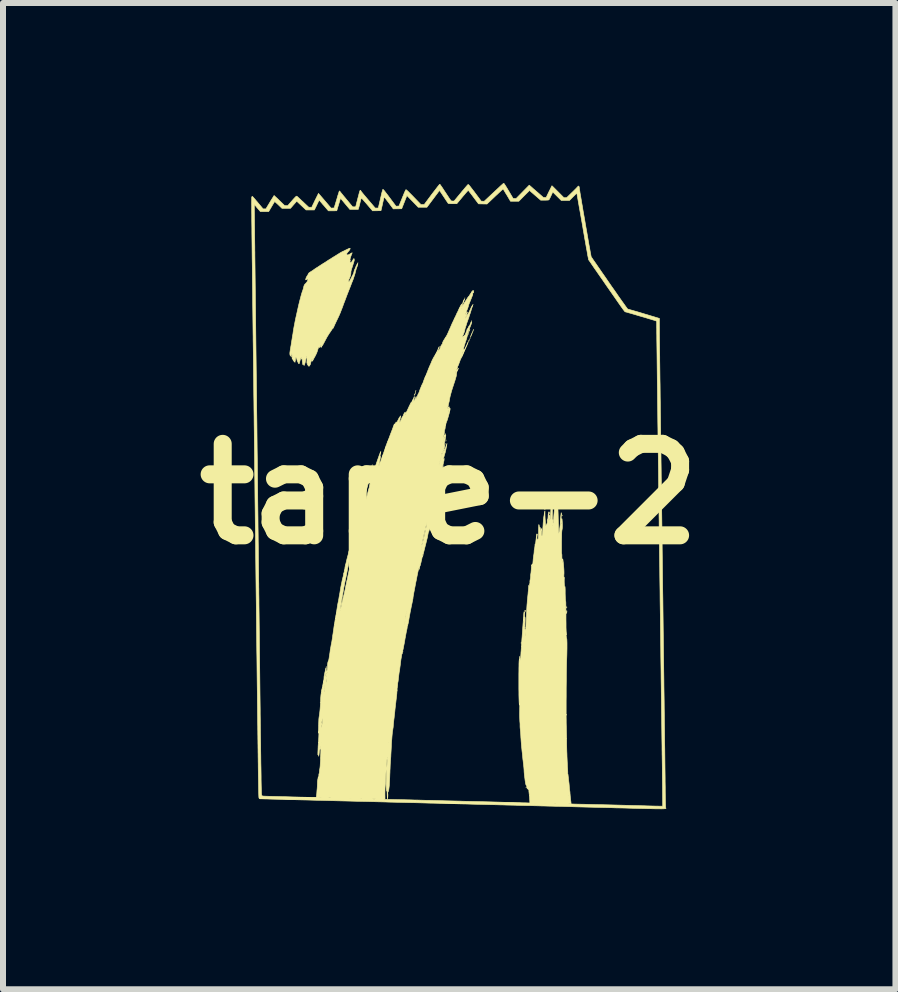
<source format=kicad_pcb>
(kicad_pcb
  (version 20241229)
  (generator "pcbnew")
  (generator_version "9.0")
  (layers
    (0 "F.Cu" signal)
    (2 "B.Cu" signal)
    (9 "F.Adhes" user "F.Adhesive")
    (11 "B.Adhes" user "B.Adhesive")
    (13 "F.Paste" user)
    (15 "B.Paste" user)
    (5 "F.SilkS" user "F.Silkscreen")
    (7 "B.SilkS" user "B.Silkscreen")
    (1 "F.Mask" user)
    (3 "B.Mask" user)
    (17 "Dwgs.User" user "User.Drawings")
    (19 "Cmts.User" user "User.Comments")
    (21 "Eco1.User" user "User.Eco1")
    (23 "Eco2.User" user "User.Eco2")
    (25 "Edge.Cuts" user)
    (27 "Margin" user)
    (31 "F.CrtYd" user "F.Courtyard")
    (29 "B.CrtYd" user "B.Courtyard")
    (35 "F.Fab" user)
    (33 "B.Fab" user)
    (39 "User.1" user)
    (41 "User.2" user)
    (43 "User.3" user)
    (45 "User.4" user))
  (footprint "tape-2"
    (layer "F.Cu")
    (at 4.434 5.179)
    (property "Reference" "tape-2" (at 0 0 0) (layer "F.SilkS") (effects (font (size 1.524 1.524) (thickness 0.3))))
    (attr through_hole)
    (fp_poly (pts (xy -2.159 -2.438) (xy -2.161 -2.436) (xy -2.164 -2.438) (xy -2.161 -2.44) (xy -2.159 -2.438)) (stroke (width 0.01) (type solid)) (fill yes) (layer "F.SilkS"))
    (fp_poly (pts (xy -2.145 3.472) (xy -2.148 3.474) (xy -2.15 3.472) (xy -2.148 3.47) (xy -2.145 3.472)) (stroke (width 0.01) (type solid)) (fill yes) (layer "F.SilkS"))
    (fp_poly (pts (xy -2.041 2.901) (xy -2.043 2.903) (xy -2.046 2.901) (xy -2.043 2.898) (xy -2.041 2.901)) (stroke (width 0.01) (type solid)) (fill yes) (layer "F.SilkS"))
    (fp_poly (pts (xy -1.733 1.204) (xy -1.735 1.206) (xy -1.737 1.204) (xy -1.735 1.202) (xy -1.733 1.204)) (stroke (width 0.01) (type solid)) (fill yes) (layer "F.SilkS"))
    (fp_poly (pts (xy -1.628 -3.858) (xy -1.631 -3.855) (xy -1.633 -3.858) (xy -1.631 -3.86) (xy -1.628 -3.858)) (stroke (width 0.01) (type solid)) (fill yes) (layer "F.SilkS"))
    (fp_poly (pts (xy -1.565 0.528) (xy -1.567 0.531) (xy -1.569 0.528) (xy -1.567 0.526) (xy -1.565 0.528)) (stroke (width 0.01) (type solid)) (fill yes) (layer "F.SilkS"))
    (fp_poly (pts (xy -1.519 -3.849) (xy -1.522 -3.846) (xy -1.524 -3.849) (xy -1.522 -3.851) (xy -1.519 -3.849)) (stroke (width 0.01) (type solid)) (fill yes) (layer "F.SilkS"))
    (fp_poly (pts (xy -1.406 0.07) (xy -1.408 0.073) (xy -1.411 0.07) (xy -1.408 0.068) (xy -1.406 0.07)) (stroke (width 0.01) (type solid)) (fill yes) (layer "F.SilkS"))
    (fp_poly (pts (xy -1.279 -0.483) (xy -1.281 -0.481) (xy -1.284 -0.483) (xy -1.281 -0.485) (xy -1.279 -0.483)) (stroke (width 0.01) (type solid)) (fill yes) (layer "F.SilkS"))
    (fp_poly (pts (xy -0.776 2.656) (xy -0.778 2.658) (xy -0.78 2.656) (xy -0.778 2.653) (xy -0.776 2.656)) (stroke (width 0.01) (type solid)) (fill yes) (layer "F.SilkS"))
    (fp_poly (pts (xy -0.585 -1.558) (xy -0.587 -1.556) (xy -0.59 -1.558) (xy -0.587 -1.56) (xy -0.585 -1.558)) (stroke (width 0.01) (type solid)) (fill yes) (layer "F.SilkS"))
    (fp_poly (pts (xy -0.581 -1.635) (xy -0.583 -1.633) (xy -0.585 -1.635) (xy -0.583 -1.637) (xy -0.581 -1.635)) (stroke (width 0.01) (type solid)) (fill yes) (layer "F.SilkS"))
    (fp_poly (pts (xy -0.581 -1.622) (xy -0.583 -1.619) (xy -0.585 -1.622) (xy -0.583 -1.624) (xy -0.581 -1.622)) (stroke (width 0.01) (type solid)) (fill yes) (layer "F.SilkS"))
    (fp_poly (pts (xy -0.562 -1.703) (xy -0.565 -1.701) (xy -0.567 -1.703) (xy -0.565 -1.705) (xy -0.562 -1.703)) (stroke (width 0.01) (type solid)) (fill yes) (layer "F.SilkS"))
    (fp_poly (pts (xy -0.562 -1.68) (xy -0.565 -1.678) (xy -0.567 -1.68) (xy -0.565 -1.683) (xy -0.562 -1.68)) (stroke (width 0.01) (type solid)) (fill yes) (layer "F.SilkS"))
    (fp_poly (pts (xy -0.558 -1.712) (xy -0.56 -1.71) (xy -0.562 -1.712) (xy -0.56 -1.714) (xy -0.558 -1.712)) (stroke (width 0.01) (type solid)) (fill yes) (layer "F.SilkS"))
    (fp_poly (pts (xy -0.558 -1.69) (xy -0.56 -1.687) (xy -0.562 -1.69) (xy -0.56 -1.692) (xy -0.558 -1.69)) (stroke (width 0.01) (type solid)) (fill yes) (layer "F.SilkS"))
    (fp_poly (pts (xy -0.553 -1.726) (xy -0.556 -1.724) (xy -0.558 -1.726) (xy -0.556 -1.728) (xy -0.553 -1.726)) (stroke (width 0.01) (type solid)) (fill yes) (layer "F.SilkS"))
    (fp_poly (pts (xy -0.503 1.263) (xy -0.506 1.265) (xy -0.508 1.263) (xy -0.506 1.261) (xy -0.503 1.263)) (stroke (width 0.01) (type solid)) (fill yes) (layer "F.SilkS"))
    (fp_poly (pts (xy -0.44 1.045) (xy -0.442 1.048) (xy -0.445 1.045) (xy -0.442 1.043) (xy -0.44 1.045)) (stroke (width 0.01) (type solid)) (fill yes) (layer "F.SilkS"))
    (fp_poly (pts (xy -0.431 1.009) (xy -0.433 1.011) (xy -0.435 1.009) (xy -0.433 1.007) (xy -0.431 1.009)) (stroke (width 0.01) (type solid)) (fill yes) (layer "F.SilkS"))
    (fp_poly (pts (xy -0.1 -0.451) (xy -0.102 -0.449) (xy -0.104 -0.451) (xy -0.102 -0.454) (xy -0.1 -0.451)) (stroke (width 0.01) (type solid)) (fill yes) (layer "F.SilkS"))
    (fp_poly (pts (xy -0.095 -0.465) (xy -0.098 -0.463) (xy -0.1 -0.465) (xy -0.098 -0.467) (xy -0.095 -0.465)) (stroke (width 0.01) (type solid)) (fill yes) (layer "F.SilkS"))
    (fp_poly (pts (xy -0.082 -0.587) (xy -0.084 -0.585) (xy -0.086 -0.587) (xy -0.084 -0.59) (xy -0.082 -0.587)) (stroke (width 0.01) (type solid)) (fill yes) (layer "F.SilkS"))
    (fp_poly (pts (xy -0.064 -0.837) (xy -0.066 -0.835) (xy -0.068 -0.837) (xy -0.066 -0.839) (xy -0.064 -0.837)) (stroke (width 0.01) (type solid)) (fill yes) (layer "F.SilkS"))
    (fp_poly (pts (xy -0.054 -0.882) (xy -0.057 -0.88) (xy -0.059 -0.882) (xy -0.057 -0.884) (xy -0.054 -0.882)) (stroke (width 0.01) (type solid)) (fill yes) (layer "F.SilkS"))
    (fp_poly (pts (xy -0.05 -0.896) (xy -0.052 -0.894) (xy -0.054 -0.896) (xy -0.052 -0.898) (xy -0.05 -0.896)) (stroke (width 0.01) (type solid)) (fill yes) (layer "F.SilkS"))
    (fp_poly (pts (xy 0.227 -3.15) (xy 0.225 -3.148) (xy 0.222 -3.15) (xy 0.225 -3.152) (xy 0.227 -3.15)) (stroke (width 0.01) (type solid)) (fill yes) (layer "F.SilkS"))
    (fp_poly (pts (xy 0.231 -3.159) (xy 0.229 -3.157) (xy 0.227 -3.159) (xy 0.229 -3.161) (xy 0.231 -3.159)) (stroke (width 0.01) (type solid)) (fill yes) (layer "F.SilkS"))
    (fp_poly (pts (xy 0.263 -3.263) (xy 0.261 -3.261) (xy 0.259 -3.263) (xy 0.261 -3.266) (xy 0.263 -3.263)) (stroke (width 0.01) (type solid)) (fill yes) (layer "F.SilkS"))
    (fp_poly (pts (xy 0.313 -2.651) (xy 0.311 -2.649) (xy 0.308 -2.651) (xy 0.311 -2.653) (xy 0.313 -2.651)) (stroke (width 0.01) (type solid)) (fill yes) (layer "F.SilkS"))
    (fp_poly (pts (xy 0.327 -2.542) (xy 0.324 -2.54) (xy 0.322 -2.542) (xy 0.324 -2.545) (xy 0.327 -2.542)) (stroke (width 0.01) (type solid)) (fill yes) (layer "F.SilkS"))
    (fp_poly (pts (xy 0.331 -2.701) (xy 0.329 -2.699) (xy 0.327 -2.701) (xy 0.329 -2.703) (xy 0.331 -2.701)) (stroke (width 0.01) (type solid)) (fill yes) (layer "F.SilkS"))
    (fp_poly (pts (xy 0.34 -2.579) (xy 0.338 -2.576) (xy 0.336 -2.579) (xy 0.338 -2.581) (xy 0.34 -2.579)) (stroke (width 0.01) (type solid)) (fill yes) (layer "F.SilkS"))
    (fp_poly (pts (xy 0.345 -2.737) (xy 0.342 -2.735) (xy 0.34 -2.737) (xy 0.342 -2.74) (xy 0.345 -2.737)) (stroke (width 0.01) (type solid)) (fill yes) (layer "F.SilkS"))
    (fp_poly (pts (xy 0.349 -2.592) (xy 0.347 -2.59) (xy 0.345 -2.592) (xy 0.347 -2.594) (xy 0.349 -2.592)) (stroke (width 0.01) (type solid)) (fill yes) (layer "F.SilkS"))
    (fp_poly (pts (xy 0.354 -2.601) (xy 0.352 -2.599) (xy 0.349 -2.601) (xy 0.352 -2.603) (xy 0.354 -2.601)) (stroke (width 0.01) (type solid)) (fill yes) (layer "F.SilkS"))
    (fp_poly (pts (xy 0.376 -2.882) (xy 0.374 -2.88) (xy 0.372 -2.882) (xy 0.374 -2.885) (xy 0.376 -2.882)) (stroke (width 0.01) (type solid)) (fill yes) (layer "F.SilkS"))
    (fp_poly (pts (xy 0.39 -3.39) (xy 0.388 -3.388) (xy 0.386 -3.39) (xy 0.388 -3.393) (xy 0.39 -3.39)) (stroke (width 0.01) (type solid)) (fill yes) (layer "F.SilkS"))
    (fp_poly (pts (xy 0.399 -3.159) (xy 0.397 -3.157) (xy 0.395 -3.159) (xy 0.397 -3.161) (xy 0.399 -3.159)) (stroke (width 0.01) (type solid)) (fill yes) (layer "F.SilkS"))
    (fp_poly (pts (xy 0.404 -2.728) (xy 0.401 -2.726) (xy 0.399 -2.728) (xy 0.401 -2.731) (xy 0.404 -2.728)) (stroke (width 0.01) (type solid)) (fill yes) (layer "F.SilkS"))
    (fp_poly (pts (xy 0.408 -3.359) (xy 0.406 -3.356) (xy 0.404 -3.359) (xy 0.406 -3.361) (xy 0.408 -3.359)) (stroke (width 0.01) (type solid)) (fill yes) (layer "F.SilkS"))
    (fp_poly (pts (xy 0.408 -2.737) (xy 0.406 -2.735) (xy 0.404 -2.737) (xy 0.406 -2.74) (xy 0.408 -2.737)) (stroke (width 0.01) (type solid)) (fill yes) (layer "F.SilkS"))
    (fp_poly (pts (xy 1.17 2.706) (xy 1.168 2.708) (xy 1.166 2.706) (xy 1.168 2.703) (xy 1.17 2.706)) (stroke (width 0.01) (type solid)) (fill yes) (layer "F.SilkS"))
    (fp_poly (pts (xy 1.202 2.474) (xy 1.2 2.477) (xy 1.197 2.474) (xy 1.2 2.472) (xy 1.202 2.474)) (stroke (width 0.01) (type solid)) (fill yes) (layer "F.SilkS"))
    (fp_poly (pts (xy 1.202 2.488) (xy 1.2 2.49) (xy 1.197 2.488) (xy 1.2 2.486) (xy 1.202 2.488)) (stroke (width 0.01) (type solid)) (fill yes) (layer "F.SilkS"))
    (fp_poly (pts (xy 1.597 0.234) (xy 1.594 0.236) (xy 1.592 0.234) (xy 1.594 0.231) (xy 1.597 0.234)) (stroke (width 0.01) (type solid)) (fill yes) (layer "F.SilkS"))
    (fp_poly (pts (xy 1.597 0.247) (xy 1.594 0.249) (xy 1.592 0.247) (xy 1.594 0.245) (xy 1.597 0.247)) (stroke (width 0.01) (type solid)) (fill yes) (layer "F.SilkS"))
    (fp_poly (pts (xy 1.637 0.424) (xy 1.635 0.426) (xy 1.633 0.424) (xy 1.635 0.422) (xy 1.637 0.424)) (stroke (width 0.01) (type solid)) (fill yes) (layer "F.SilkS"))
    (fp_poly (pts (xy 1.669 0.32) (xy 1.667 0.322) (xy 1.665 0.32) (xy 1.667 0.318) (xy 1.669 0.32)) (stroke (width 0.01) (type solid)) (fill yes) (layer "F.SilkS"))
    (fp_poly (pts (xy -2.623 -2.291) (xy -2.623 -2.284) (xy -2.623 -2.283) (xy -2.626 -2.284) (xy -2.626 -2.289) (xy -2.625 -2.293) (xy -2.623 -2.291)) (stroke (width 0.01) (type solid)) (fill yes) (layer "F.SilkS"))
    (fp_poly (pts (xy -2.047 2.879) (xy -2.047 2.886) (xy -2.047 2.888) (xy -2.049 2.887) (xy -2.05 2.882) (xy -2.049 2.877) (xy -2.047 2.879)) (stroke (width 0.01) (type solid)) (fill yes) (layer "F.SilkS"))
    (fp_poly (pts (xy -1.498 0.292) (xy -1.498 0.297) (xy -1.498 0.298) (xy -1.501 0.297) (xy -1.501 0.295) (xy -1.5 0.291) (xy -1.498 0.292)) (stroke (width 0.01) (type solid)) (fill yes) (layer "F.SilkS"))
    (fp_poly (pts (xy -1.412 0.083) (xy -1.412 0.089) (xy -1.412 0.089) (xy -1.415 0.089) (xy -1.415 0.086) (xy -1.413 0.082) (xy -1.412 0.083)) (stroke (width 0.01) (type solid)) (fill yes) (layer "F.SilkS"))
    (fp_poly (pts (xy -1.29 -0.452) (xy -1.289 -0.447) (xy -1.29 -0.446) (xy -1.292 -0.447) (xy -1.293 -0.449) (xy -1.291 -0.453) (xy -1.29 -0.452)) (stroke (width 0.01) (type solid)) (fill yes) (layer "F.SilkS"))
    (fp_poly (pts (xy -1.285 -0.47) (xy -1.285 -0.465) (xy -1.285 -0.464) (xy -1.288 -0.465) (xy -1.288 -0.467) (xy -1.286 -0.471) (xy -1.285 -0.47)) (stroke (width 0.01) (type solid)) (fill yes) (layer "F.SilkS"))
    (fp_poly (pts (xy -0.727 -1.364) (xy -0.727 -1.358) (xy -0.727 -1.358) (xy -0.73 -1.358) (xy -0.73 -1.361) (xy -0.729 -1.364) (xy -0.727 -1.364)) (stroke (width 0.01) (type solid)) (fill yes) (layer "F.SilkS"))
    (fp_poly (pts (xy -0.55 -1.622) (xy -0.55 -1.617) (xy -0.55 -1.616) (xy -0.553 -1.617) (xy -0.553 -1.619) (xy -0.552 -1.623) (xy -0.55 -1.622)) (stroke (width 0.01) (type solid)) (fill yes) (layer "F.SilkS"))
    (fp_poly (pts (xy -0.437 1.022) (xy -0.436 1.027) (xy -0.437 1.028) (xy -0.44 1.027) (xy -0.44 1.025) (xy -0.438 1.021) (xy -0.437 1.022)) (stroke (width 0.01) (type solid)) (fill yes) (layer "F.SilkS"))
    (fp_poly (pts (xy -0.197 -0.03) (xy -0.196 -0.025) (xy -0.197 -0.024) (xy -0.199 -0.025) (xy -0.2 -0.027) (xy -0.198 -0.031) (xy -0.197 -0.03)) (stroke (width 0.01) (type solid)) (fill yes) (layer "F.SilkS"))
    (fp_poly (pts (xy -0.192 -0.048) (xy -0.191 -0.043) (xy -0.192 -0.042) (xy -0.195 -0.043) (xy -0.195 -0.045) (xy -0.193 -0.049) (xy -0.192 -0.048)) (stroke (width 0.01) (type solid)) (fill yes) (layer "F.SilkS"))
    (fp_poly (pts (xy -0.106 -0.438) (xy -0.105 -0.433) (xy -0.106 -0.432) (xy -0.109 -0.433) (xy -0.109 -0.435) (xy -0.107 -0.439) (xy -0.106 -0.438)) (stroke (width 0.01) (type solid)) (fill yes) (layer "F.SilkS"))
    (fp_poly (pts (xy -0.079 -0.745) (xy -0.078 -0.738) (xy -0.079 -0.736) (xy -0.081 -0.737) (xy -0.081 -0.742) (xy -0.08 -0.747) (xy -0.079 -0.745)) (stroke (width 0.01) (type solid)) (fill yes) (layer "F.SilkS"))
    (fp_poly (pts (xy -0.069 -0.822) (xy -0.069 -0.815) (xy -0.07 -0.813) (xy -0.072 -0.814) (xy -0.072 -0.819) (xy -0.071 -0.824) (xy -0.069 -0.822)) (stroke (width 0.01) (type solid)) (fill yes) (layer "F.SilkS"))
    (fp_poly (pts (xy -0.06 -1.001) (xy -0.06 -0.995) (xy -0.06 -0.995) (xy -0.063 -0.995) (xy -0.064 -0.998) (xy -0.062 -1.002) (xy -0.06 -1.001)) (stroke (width 0.01) (type solid)) (fill yes) (layer "F.SilkS"))
    (fp_poly (pts (xy 0.316 -2.665) (xy 0.317 -2.66) (xy 0.316 -2.659) (xy 0.313 -2.66) (xy 0.313 -2.662) (xy 0.315 -2.666) (xy 0.316 -2.665)) (stroke (width 0.01) (type solid)) (fill yes) (layer "F.SilkS"))
    (fp_poly (pts (xy 0.321 -2.679) (xy 0.321 -2.674) (xy 0.321 -2.673) (xy 0.318 -2.674) (xy 0.318 -2.676) (xy 0.319 -2.68) (xy 0.321 -2.679)) (stroke (width 0.01) (type solid)) (fill yes) (layer "F.SilkS"))
    (fp_poly (pts (xy 0.325 -2.693) (xy 0.326 -2.687) (xy 0.325 -2.687) (xy 0.322 -2.687) (xy 0.322 -2.69) (xy 0.324 -2.693) (xy 0.325 -2.693)) (stroke (width 0.01) (type solid)) (fill yes) (layer "F.SilkS"))
    (fp_poly (pts (xy 0.33 -2.552) (xy 0.329 -2.549) (xy 0.327 -2.549) (xy 0.323 -2.551) (xy 0.324 -2.552) (xy 0.329 -2.553) (xy 0.33 -2.552)) (stroke (width 0.01) (type solid)) (fill yes) (layer "F.SilkS"))
    (fp_poly (pts (xy 1.259 1.972) (xy 1.26 1.981) (xy 1.259 1.983) (xy 1.258 1.984) (xy 1.257 1.978) (xy 1.258 1.971) (xy 1.259 1.972)) (stroke (width 0.01) (type solid)) (fill yes) (layer "F.SilkS"))
    (fp_poly (pts (xy 1.259 1.945) (xy 1.26 1.952) (xy 1.259 1.954) (xy 1.257 1.952) (xy 1.257 1.948) (xy 1.258 1.943) (xy 1.259 1.945)) (stroke (width 0.01) (type solid)) (fill yes) (layer "F.SilkS"))
    (fp_poly (pts (xy 1.264 2.224) (xy 1.264 2.229) (xy 1.264 2.23) (xy 1.261 2.229) (xy 1.261 2.227) (xy 1.263 2.223) (xy 1.264 2.224)) (stroke (width 0.01) (type solid)) (fill yes) (layer "F.SilkS"))
    (fp_poly (pts (xy 1.282 4.886) (xy 1.283 4.892) (xy 1.282 4.893) (xy 1.279 4.892) (xy 1.279 4.889) (xy 1.281 4.886) (xy 1.282 4.886)) (stroke (width 0.01) (type solid)) (fill yes) (layer "F.SilkS"))
    (fp_poly (pts (xy 1.595 0.256) (xy 1.596 0.261) (xy 1.595 0.262) (xy 1.592 0.261) (xy 1.592 0.259) (xy 1.594 0.255) (xy 1.595 0.256)) (stroke (width 0.01) (type solid)) (fill yes) (layer "F.SilkS"))
    (fp_poly (pts (xy 1.654 0.303) (xy 1.655 0.31) (xy 1.654 0.312) (xy 1.652 0.31) (xy 1.651 0.306) (xy 1.652 0.301) (xy 1.654 0.303)) (stroke (width 0.01) (type solid)) (fill yes) (layer "F.SilkS"))
    (fp_poly (pts (xy 1.881 0.353) (xy 1.881 0.362) (xy 1.881 0.364) (xy 1.879 0.365) (xy 1.879 0.358) (xy 1.879 0.352) (xy 1.881 0.353)) (stroke (width 0.01) (type solid)) (fill yes) (layer "F.SilkS"))
    (fp_poly (pts (xy 1.953 3.673) (xy 1.954 3.682) (xy 1.953 3.684) (xy 1.952 3.685) (xy 1.951 3.678) (xy 1.952 3.672) (xy 1.953 3.673)) (stroke (width 0.01) (type solid)) (fill yes) (layer "F.SilkS"))
    (fp_poly (pts (xy -1.298 -0.415) (xy -1.293 -0.411) (xy -1.294 -0.408) (xy -1.295 -0.408) (xy -1.299 -0.411) (xy -1.3 -0.413) (xy -1.3 -0.417) (xy -1.298 -0.415)) (stroke (width 0.01) (type solid)) (fill yes) (layer "F.SilkS"))
    (fp_poly (pts (xy -0.068 -0.995) (xy -0.066 -0.991) (xy -0.065 -0.985) (xy -0.068 -0.986) (xy -0.07 -0.989) (xy -0.072 -0.995) (xy -0.071 -0.996) (xy -0.068 -0.995)) (stroke (width 0.01) (type solid)) (fill yes) (layer "F.SilkS"))
    (fp_poly (pts (xy 1.669 0.305) (xy 1.668 0.309) (xy 1.666 0.312) (xy 1.663 0.309) (xy 1.661 0.302) (xy 1.662 0.301) (xy 1.666 0.3) (xy 1.669 0.305)) (stroke (width 0.01) (type solid)) (fill yes) (layer "F.SilkS"))
    (fp_poly (pts (xy -0.771 2.624) (xy -0.773 2.631) (xy -0.776 2.635) (xy -0.779 2.639) (xy -0.78 2.638) (xy -0.778 2.63) (xy -0.776 2.626) (xy -0.772 2.623) (xy -0.771 2.624)) (stroke (width 0.01) (type solid)) (fill yes) (layer "F.SilkS"))
    (fp_poly (pts (xy -0.554 -1.606) (xy -0.553 -1.603) (xy -0.556 -1.597) (xy -0.558 -1.597) (xy -0.56 -1.6) (xy -0.56 -1.603) (xy -0.556 -1.609) (xy -0.555 -1.61) (xy -0.554 -1.606)) (stroke (width 0.01) (type solid)) (fill yes) (layer "F.SilkS"))
    (fp_poly (pts (xy 0.334 -2.564) (xy 0.333 -2.563) (xy 0.329 -2.558) (xy 0.328 -2.558) (xy 0.328 -2.561) (xy 0.329 -2.563) (xy 0.333 -2.567) (xy 0.334 -2.567) (xy 0.334 -2.564)) (stroke (width 0.01) (type solid)) (fill yes) (layer "F.SilkS"))
    (fp_poly (pts (xy 0.34 -2.728) (xy 0.338 -2.721) (xy 0.336 -2.717) (xy 0.332 -2.713) (xy 0.331 -2.715) (xy 0.334 -2.722) (xy 0.336 -2.726) (xy 0.339 -2.73) (xy 0.34 -2.728)) (stroke (width 0.01) (type solid)) (fill yes) (layer "F.SilkS"))
    (fp_poly (pts (xy 0.399 -2.719) (xy 0.397 -2.712) (xy 0.395 -2.708) (xy 0.391 -2.704) (xy 0.39 -2.706) (xy 0.392 -2.713) (xy 0.395 -2.717) (xy 0.398 -2.721) (xy 0.399 -2.719)) (stroke (width 0.01) (type solid)) (fill yes) (layer "F.SilkS"))
    (fp_poly (pts (xy 1.273 1.94) (xy 1.274 1.952) (xy 1.273 1.958) (xy 1.272 1.959) (xy 1.271 1.953) (xy 1.271 1.948) (xy 1.272 1.939) (xy 1.273 1.938) (xy 1.273 1.94)) (stroke (width 0.01) (type solid)) (fill yes) (layer "F.SilkS"))
    (fp_poly (pts (xy 1.672 0.223) (xy 1.672 0.223) (xy 1.673 0.233) (xy 1.672 0.237) (xy 1.671 0.237) (xy 1.67 0.23) (xy 1.67 0.229) (xy 1.671 0.222) (xy 1.672 0.223)) (stroke (width 0.01) (type solid)) (fill yes) (layer "F.SilkS"))
    (fp_poly (pts (xy 1.677 0.319) (xy 1.678 0.33) (xy 1.677 0.335) (xy 1.675 0.336) (xy 1.675 0.33) (xy 1.675 0.327) (xy 1.675 0.318) (xy 1.676 0.317) (xy 1.677 0.319)) (stroke (width 0.01) (type solid)) (fill yes) (layer "F.SilkS"))
    (fp_poly (pts (xy 1.958 1.881) (xy 1.959 1.893) (xy 1.958 1.899) (xy 1.957 1.9) (xy 1.956 1.894) (xy 1.956 1.889) (xy 1.956 1.88) (xy 1.958 1.879) (xy 1.958 1.881)) (stroke (width 0.01) (type solid)) (fill yes) (layer "F.SilkS"))
    (fp_poly (pts (xy -0.567 -1.671) (xy -0.569 -1.664) (xy -0.574 -1.656) (xy -0.578 -1.649) (xy -0.58 -1.649) (xy -0.58 -1.649) (xy -0.578 -1.656) (xy -0.574 -1.665) (xy -0.569 -1.671) (xy -0.567 -1.672) (xy -0.567 -1.671)) (stroke (width 0.01) (type solid)) (fill yes) (layer "F.SilkS"))
    (fp_poly (pts (xy -2.286 -2.243) (xy -2.286 -2.236) (xy -2.287 -2.227) (xy -2.289 -2.218) (xy -2.291 -2.213) (xy -2.293 -2.212) (xy -2.293 -2.218) (xy -2.292 -2.225) (xy -2.29 -2.237) (xy -2.288 -2.244) (xy -2.288 -2.245) (xy -2.286 -2.243)) (stroke (width 0.01) (type solid)) (fill yes) (layer "F.SilkS"))
    (fp_poly (pts (xy 1.96 1.949) (xy 1.96 1.952) (xy 1.96 1.963) (xy 1.958 1.977) (xy 1.957 1.98) (xy 1.953 1.99) (xy 1.952 1.992) (xy 1.952 1.988) (xy 1.953 1.975) (xy 1.953 1.971) (xy 1.955 1.954) (xy 1.957 1.945) (xy 1.958 1.943) (xy 1.96 1.949)) (stroke (width 0.01) (type solid)) (fill yes) (layer "F.SilkS"))
    (fp_poly (pts (xy 0.258 -3.251) (xy 0.256 -3.242) (xy 0.25 -3.227) (xy 0.243 -3.207) (xy 0.236 -3.189) (xy 0.231 -3.179) (xy 0.229 -3.176) (xy 0.227 -3.179) (xy 0.227 -3.184) (xy 0.23 -3.198) (xy 0.236 -3.216) (xy 0.243 -3.229) (xy 0.251 -3.244) (xy 0.256 -3.251) (xy 0.258 -3.251)) (stroke (width 0.01) (type solid)) (fill yes) (layer "F.SilkS"))
    (fp_poly (pts (xy 0.388 -2.693) (xy 0.384 -2.682) (xy 0.377 -2.666) (xy 0.372 -2.653) (xy 0.365 -2.636) (xy 0.359 -2.623) (xy 0.355 -2.616) (xy 0.354 -2.615) (xy 0.355 -2.621) (xy 0.359 -2.632) (xy 0.365 -2.647) (xy 0.372 -2.663) (xy 0.378 -2.678) (xy 0.384 -2.69) (xy 0.388 -2.697) (xy 0.388 -2.697) (xy 0.388 -2.693)) (stroke (width 0.01) (type solid)) (fill yes) (layer "F.SilkS"))
    (fp_poly (pts (xy -1.65 -4.091) (xy -1.651 -4.085) (xy -1.655 -4.074) (xy -1.664 -4.059) (xy -1.676 -4.045) (xy -1.677 -4.043) (xy -1.689 -4.03) (xy -1.699 -4.016) (xy -1.701 -4.014) (xy -1.707 -4.004) (xy -1.708 -3.998) (xy -1.704 -3.99) (xy -1.704 -3.989) (xy -1.699 -3.983) (xy -1.693 -3.98) (xy -1.685 -3.982) (xy -1.674 -3.987) (xy -1.656 -3.997) (xy -1.651 -4) (xy -1.636 -4.009) (xy -1.624 -4.015) (xy -1.617 -4.018) (xy -1.617 -4.018) (xy -1.618 -4.013) (xy -1.622 -4.003) (xy -1.627 -3.991) (xy -1.637 -3.964) (xy -1.647 -3.932) (xy -1.653 -3.909) (xy -1.653 -3.901) (xy -1.651 -3.898) (xy -1.649 -3.895) (xy -1.649 -3.888) (xy -1.652 -3.874) (xy -1.653 -3.871) (xy -1.654 -3.863) (xy -1.647 -3.857) (xy -1.642 -3.854) (xy -1.633 -3.85) (xy -1.628 -3.851) (xy -1.628 -3.851) (xy -1.627 -3.859) (xy -1.627 -3.861) (xy -1.624 -3.868) (xy -1.623 -3.869) (xy -1.62 -3.874) (xy -1.614 -3.884) (xy -1.606 -3.897) (xy -1.598 -3.91) (xy -1.591 -3.919) (xy -1.587 -3.921) (xy -1.584 -3.915) (xy -1.585 -3.912) (xy -1.584 -3.906) (xy -1.583 -3.904) (xy -1.581 -3.9) (xy -1.583 -3.888) (xy -1.588 -3.869) (xy -1.596 -3.842) (xy -1.607 -3.807) (xy -1.615 -3.782) (xy -1.623 -3.758) (xy -1.629 -3.738) (xy -1.634 -3.721) (xy -1.636 -3.711) (xy -1.637 -3.709) (xy -1.637 -3.701) (xy -1.638 -3.687) (xy -1.639 -3.671) (xy -1.642 -3.655) (xy -1.644 -3.642) (xy -1.646 -3.635) (xy -1.646 -3.635) (xy -1.649 -3.629) (xy -1.649 -3.629) (xy -1.651 -3.621) (xy -1.655 -3.609) (xy -1.659 -3.598) (xy -1.663 -3.59) (xy -1.665 -3.588) (xy -1.668 -3.582) (xy -1.672 -3.571) (xy -1.675 -3.561) (xy -1.679 -3.548) (xy -1.679 -3.541) (xy -1.677 -3.539) (xy -1.676 -3.54) (xy -1.67 -3.539) (xy -1.668 -3.538) (xy -1.666 -3.539) (xy -1.66 -3.548) (xy -1.652 -3.562) (xy -1.642 -3.579) (xy -1.631 -3.6) (xy -1.621 -3.621) (xy -1.61 -3.641) (xy -1.601 -3.66) (xy -1.594 -3.676) (xy -1.59 -3.686) (xy -1.59 -3.689) (xy -1.585 -3.709) (xy -1.582 -3.722) (xy -1.579 -3.73) (xy -1.579 -3.731) (xy -1.576 -3.737) (xy -1.57 -3.749) (xy -1.563 -3.765) (xy -1.56 -3.774) (xy -1.552 -3.793) (xy -1.544 -3.811) (xy -1.536 -3.825) (xy -1.534 -3.828) (xy -1.524 -3.843) (xy -1.524 -3.829) (xy -1.526 -3.817) (xy -1.53 -3.801) (xy -1.534 -3.791) (xy -1.545 -3.761) (xy -1.555 -3.729) (xy -1.563 -3.698) (xy -1.567 -3.68) (xy -1.569 -3.671) (xy -1.574 -3.656) (xy -1.58 -3.636) (xy -1.588 -3.613) (xy -1.595 -3.591) (xy -1.602 -3.57) (xy -1.609 -3.554) (xy -1.612 -3.545) (xy -1.617 -3.533) (xy -1.624 -3.517) (xy -1.628 -3.506) (xy -1.632 -3.495) (xy -1.639 -3.477) (xy -1.648 -3.453) (xy -1.659 -3.426) (xy -1.671 -3.396) (xy -1.68 -3.372) (xy -1.694 -3.337) (xy -1.709 -3.298) (xy -1.723 -3.26) (xy -1.737 -3.223) (xy -1.749 -3.192) (xy -1.753 -3.182) (xy -1.769 -3.138) (xy -1.782 -3.102) (xy -1.794 -3.072) (xy -1.804 -3.047) (xy -1.812 -3.024) (xy -1.821 -3.004) (xy -1.829 -2.985) (xy -1.838 -2.965) (xy -1.848 -2.943) (xy -1.86 -2.919) (xy -1.874 -2.889) (xy -1.881 -2.875) (xy -1.894 -2.847) (xy -1.906 -2.822) (xy -1.915 -2.801) (xy -1.923 -2.784) (xy -1.927 -2.774) (xy -1.928 -2.771) (xy -1.931 -2.767) (xy -1.932 -2.767) (xy -1.935 -2.764) (xy -1.934 -2.762) (xy -1.935 -2.758) (xy -1.938 -2.758) (xy -1.944 -2.754) (xy -1.951 -2.745) (xy -1.952 -2.743) (xy -1.961 -2.729) (xy -1.969 -2.717) (xy -1.969 -2.717) (xy -2 -2.672) (xy -2.033 -2.619) (xy -2.067 -2.556) (xy -2.079 -2.533) (xy -2.09 -2.512) (xy -2.1 -2.494) (xy -2.107 -2.481) (xy -2.112 -2.473) (xy -2.113 -2.472) (xy -2.118 -2.467) (xy -2.124 -2.457) (xy -2.124 -2.455) (xy -2.131 -2.444) (xy -2.135 -2.441) (xy -2.135 -2.447) (xy -2.134 -2.456) (xy -2.133 -2.468) (xy -2.136 -2.472) (xy -2.142 -2.468) (xy -2.146 -2.459) (xy -2.151 -2.449) (xy -2.154 -2.445) (xy -2.159 -2.447) (xy -2.162 -2.45) (xy -2.167 -2.454) (xy -2.167 -2.452) (xy -2.166 -2.45) (xy -2.165 -2.445) (xy -2.169 -2.446) (xy -2.172 -2.446) (xy -2.176 -2.442) (xy -2.18 -2.433) (xy -2.185 -2.418) (xy -2.192 -2.397) (xy -2.2 -2.37) (xy -2.208 -2.349) (xy -2.22 -2.323) (xy -2.234 -2.295) (xy -2.239 -2.286) (xy -2.248 -2.271) (xy -2.258 -2.252) (xy -2.265 -2.238) (xy -2.279 -2.211) (xy -2.281 -2.229) (xy -2.284 -2.243) (xy -2.288 -2.248) (xy -2.292 -2.244) (xy -2.296 -2.232) (xy -2.301 -2.211) (xy -2.303 -2.202) (xy -2.308 -2.181) (xy -2.312 -2.164) (xy -2.317 -2.152) (xy -2.319 -2.149) (xy -2.327 -2.14) (xy -2.331 -2.134) (xy -2.336 -2.125) (xy -2.336 -2.134) (xy -2.337 -2.14) (xy -2.339 -2.138) (xy -2.34 -2.135) (xy -2.343 -2.13) (xy -2.346 -2.132) (xy -2.349 -2.138) (xy -2.355 -2.147) (xy -2.359 -2.15) (xy -2.362 -2.154) (xy -2.363 -2.163) (xy -2.363 -2.164) (xy -2.364 -2.173) (xy -2.368 -2.175) (xy -2.37 -2.176) (xy -2.371 -2.185) (xy -2.371 -2.202) (xy -2.37 -2.225) (xy -2.369 -2.254) (xy -2.37 -2.274) (xy -2.371 -2.285) (xy -2.374 -2.287) (xy -2.378 -2.281) (xy -2.383 -2.265) (xy -2.389 -2.24) (xy -2.393 -2.22) (xy -2.398 -2.196) (xy -2.404 -2.175) (xy -2.409 -2.158) (xy -2.414 -2.146) (xy -2.417 -2.141) (xy -2.417 -2.141) (xy -2.421 -2.145) (xy -2.426 -2.153) (xy -2.431 -2.161) (xy -2.434 -2.161) (xy -2.436 -2.159) (xy -2.439 -2.155) (xy -2.441 -2.158) (xy -2.441 -2.159) (xy -2.442 -2.169) (xy -2.443 -2.175) (xy -2.444 -2.183) (xy -2.446 -2.198) (xy -2.448 -2.217) (xy -2.449 -2.225) (xy -2.45 -2.241) (xy -2.452 -2.252) (xy -2.453 -2.257) (xy -2.453 -2.255) (xy -2.455 -2.247) (xy -2.459 -2.246) (xy -2.462 -2.252) (xy -2.463 -2.259) (xy -2.464 -2.269) (xy -2.467 -2.272) (xy -2.471 -2.267) (xy -2.476 -2.255) (xy -2.481 -2.238) (xy -2.485 -2.223) (xy -2.492 -2.196) (xy -2.497 -2.178) (xy -2.502 -2.169) (xy -2.505 -2.168) (xy -2.511 -2.178) (xy -2.519 -2.192) (xy -2.527 -2.208) (xy -2.532 -2.22) (xy -2.534 -2.226) (xy -2.537 -2.239) (xy -2.541 -2.254) (xy -2.541 -2.254) (xy -2.545 -2.267) (xy -2.547 -2.276) (xy -2.548 -2.277) (xy -2.549 -2.279) (xy -2.472 -2.279) (xy -2.47 -2.277) (xy -2.467 -2.279) (xy -2.47 -2.281) (xy -2.472 -2.279) (xy -2.549 -2.279) (xy -2.55 -2.281) (xy -2.554 -2.277) (xy -2.557 -2.266) (xy -2.56 -2.25) (xy -2.561 -2.242) (xy -2.563 -2.227) (xy -2.565 -2.216) (xy -2.567 -2.211) (xy -2.569 -2.206) (xy -2.568 -2.199) (xy -2.568 -2.194) (xy -2.57 -2.194) (xy -2.577 -2.2) (xy -2.582 -2.204) (xy -2.593 -2.218) (xy -2.581 -2.218) (xy -2.579 -2.214) (xy -2.578 -2.215) (xy -2.577 -2.22) (xy -2.578 -2.221) (xy -2.58 -2.22) (xy -2.581 -2.218) (xy -2.593 -2.218) (xy -2.599 -2.225) (xy -2.607 -2.247) (xy -2.609 -2.258) (xy -2.609 -2.265) (xy -2.61 -2.264) (xy -2.613 -2.254) (xy -2.613 -2.254) (xy -2.614 -2.248) (xy -2.615 -2.248) (xy -2.616 -2.256) (xy -2.617 -2.272) (xy -2.617 -2.272) (xy -2.618 -2.291) (xy -2.618 -2.309) (xy -2.619 -2.321) (xy -2.619 -2.321) (xy -2.62 -2.332) (xy -2.623 -2.335) (xy -2.627 -2.33) (xy -2.629 -2.323) (xy -2.632 -2.308) (xy -2.635 -2.3) (xy -2.638 -2.296) (xy -2.641 -2.296) (xy -2.646 -2.301) (xy -2.651 -2.311) (xy -2.652 -2.313) (xy -2.654 -2.323) (xy -2.655 -2.335) (xy -2.655 -2.351) (xy -2.652 -2.373) (xy -2.648 -2.401) (xy -2.642 -2.437) (xy -2.641 -2.44) (xy -2.639 -2.456) (xy -2.159 -2.456) (xy -2.157 -2.454) (xy -2.154 -2.456) (xy -2.157 -2.458) (xy -2.159 -2.456) (xy -2.639 -2.456) (xy -2.638 -2.459) (xy -2.635 -2.476) (xy -2.633 -2.488) (xy -2.633 -2.49) (xy -2.632 -2.498) (xy -2.63 -2.513) (xy -2.626 -2.534) (xy -2.622 -2.56) (xy -2.617 -2.588) (xy -2.616 -2.599) (xy -2.611 -2.629) (xy -2.606 -2.656) (xy -2.602 -2.68) (xy -2.6 -2.699) (xy -2.598 -2.71) (xy -2.597 -2.712) (xy -2.592 -2.747) (xy -2.585 -2.787) (xy -2.576 -2.832) (xy -2.567 -2.881) (xy -2.556 -2.933) (xy -2.544 -2.986) (xy -2.532 -3.04) (xy -2.52 -3.094) (xy -2.508 -3.147) (xy -2.496 -3.197) (xy -2.484 -3.243) (xy -2.473 -3.285) (xy -2.463 -3.322) (xy -2.454 -3.352) (xy -2.447 -3.374) (xy -2.445 -3.377) (xy -2.438 -3.398) (xy -2.431 -3.42) (xy -2.427 -3.438) (xy -2.426 -3.44) (xy -2.421 -3.463) (xy -2.414 -3.48) (xy -2.404 -3.495) (xy -2.39 -3.508) (xy -2.373 -3.528) (xy -2.361 -3.548) (xy -2.355 -3.566) (xy -2.354 -3.572) (xy -2.354 -3.58) (xy -2.357 -3.582) (xy -2.364 -3.58) (xy -2.373 -3.574) (xy -2.385 -3.567) (xy -2.391 -3.566) (xy -2.392 -3.571) (xy -2.39 -3.58) (xy -2.382 -3.607) (xy -2.371 -3.626) (xy -2.368 -3.631) (xy -2.361 -3.64) (xy -2.353 -3.654) (xy -2.35 -3.661) (xy -2.345 -3.672) (xy -2.338 -3.681) (xy -2.327 -3.69) (xy -2.311 -3.7) (xy -2.306 -3.703) (xy -2.289 -3.714) (xy -2.274 -3.723) (xy -2.263 -3.731) (xy -2.261 -3.733) (xy -2.254 -3.738) (xy -2.241 -3.747) (xy -2.224 -3.759) (xy -2.203 -3.772) (xy -2.193 -3.778) (xy -2.169 -3.794) (xy -2.14 -3.813) (xy -2.109 -3.833) (xy -2.098 -3.839) (xy -1.637 -3.839) (xy -1.635 -3.837) (xy -1.633 -3.839) (xy -1.635 -3.842) (xy -1.637 -3.839) (xy -2.098 -3.839) (xy -2.078 -3.852) (xy -2.059 -3.864) (xy -2.032 -3.882) (xy -2.003 -3.901) (xy -1.974 -3.918) (xy -1.95 -3.934) (xy -1.934 -3.944) (xy -1.909 -3.959) (xy -1.88 -3.977) (xy -1.852 -3.995) (xy -1.835 -4.005) (xy -1.815 -4.018) (xy -1.796 -4.028) (xy -1.781 -4.037) (xy -1.772 -4.041) (xy -1.771 -4.041) (xy -1.762 -4.045) (xy -1.747 -4.052) (xy -1.728 -4.062) (xy -1.708 -4.071) (xy -1.684 -4.083) (xy -1.666 -4.091) (xy -1.655 -4.093) (xy -1.65 -4.091)) (stroke (width 0.01) (type solid)) (fill yes) (layer "F.SilkS"))
    (fp_poly (pts (xy 0.911 -5.173) (xy 0.915 -5.169) (xy 0.921 -5.161) (xy 0.928 -5.15) (xy 0.938 -5.135) (xy 0.951 -5.114) (xy 0.968 -5.086) (xy 0.988 -5.052) (xy 0.997 -5.037) (xy 1.064 -4.924) (xy 1.089 -4.922) (xy 1.114 -4.921) (xy 1.224 -5.033) (xy 1.334 -5.145) (xy 1.346 -5.133) (xy 1.353 -5.128) (xy 1.365 -5.117) (xy 1.382 -5.102) (xy 1.403 -5.083) (xy 1.428 -5.062) (xy 1.454 -5.039) (xy 1.464 -5.031) (xy 1.569 -4.939) (xy 1.615 -4.939) (xy 1.662 -5.037) (xy 1.676 -5.064) (xy 1.688 -5.088) (xy 1.698 -5.109) (xy 1.705 -5.124) (xy 1.71 -5.133) (xy 1.711 -5.134) (xy 1.715 -5.131) (xy 1.724 -5.123) (xy 1.738 -5.109) (xy 1.756 -5.091) (xy 1.777 -5.07) (xy 1.801 -5.046) (xy 1.812 -5.035) (xy 1.911 -4.935) (xy 1.956 -4.935) (xy 2.047 -5.024) (xy 2.071 -5.047) (xy 2.093 -5.069) (xy 2.112 -5.088) (xy 2.127 -5.104) (xy 2.138 -5.115) (xy 2.143 -5.121) (xy 2.143 -5.121) (xy 2.149 -5.129) (xy 2.156 -5.129) (xy 2.162 -5.123) (xy 2.166 -5.111) (xy 2.168 -5.094) (xy 2.168 -5.093) (xy 2.169 -5.086) (xy 2.171 -5.071) (xy 2.175 -5.049) (xy 2.179 -5.019) (xy 2.185 -4.984) (xy 2.192 -4.943) (xy 2.2 -4.897) (xy 2.208 -4.847) (xy 2.218 -4.793) (xy 2.227 -4.736) (xy 2.237 -4.677) (xy 2.248 -4.616) (xy 2.259 -4.554) (xy 2.269 -4.492) (xy 2.28 -4.43) (xy 2.291 -4.369) (xy 2.301 -4.31) (xy 2.311 -4.253) (xy 2.32 -4.199) (xy 2.329 -4.148) (xy 2.338 -4.102) (xy 2.345 -4.061) (xy 2.351 -4.025) (xy 2.357 -3.995) (xy 2.361 -3.972) (xy 2.364 -3.957) (xy 2.366 -3.95) (xy 2.366 -3.949) (xy 2.369 -3.945) (xy 2.377 -3.934) (xy 2.389 -3.916) (xy 2.405 -3.892) (xy 2.426 -3.862) (xy 2.45 -3.828) (xy 2.477 -3.788) (xy 2.507 -3.745) (xy 2.539 -3.698) (xy 2.574 -3.648) (xy 2.611 -3.595) (xy 2.649 -3.539) (xy 2.668 -3.512) (xy 2.709 -3.452) (xy 2.749 -3.396) (xy 2.786 -3.343) (xy 2.82 -3.293) (xy 2.852 -3.248) (xy 2.881 -3.207) (xy 2.907 -3.171) (xy 2.928 -3.141) (xy 2.946 -3.116) (xy 2.96 -3.097) (xy 2.969 -3.085) (xy 2.974 -3.08) (xy 2.974 -3.08) (xy 2.98 -3.078) (xy 2.993 -3.075) (xy 3.013 -3.069) (xy 3.039 -3.062) (xy 3.07 -3.053) (xy 3.105 -3.043) (xy 3.143 -3.032) (xy 3.183 -3.02) (xy 3.224 -3.008) (xy 3.266 -2.995) (xy 3.307 -2.983) (xy 3.346 -2.971) (xy 3.383 -2.96) (xy 3.417 -2.95) (xy 3.445 -2.941) (xy 3.469 -2.934) (xy 3.486 -2.929) (xy 3.496 -2.925) (xy 3.498 -2.925) (xy 3.504 -2.919) (xy 3.503 -2.915) (xy 3.502 -2.91) (xy 3.502 -2.896) (xy 3.501 -2.873) (xy 3.501 -2.843) (xy 3.501 -2.804) (xy 3.502 -2.758) (xy 3.502 -2.705) (xy 3.502 -2.645) (xy 3.503 -2.578) (xy 3.504 -2.505) (xy 3.505 -2.426) (xy 3.506 -2.342) (xy 3.507 -2.281) (xy 3.507 -2.224) (xy 3.508 -2.158) (xy 3.509 -2.084) (xy 3.51 -2.003) (xy 3.511 -1.915) (xy 3.513 -1.821) (xy 3.514 -1.721) (xy 3.515 -1.616) (xy 3.517 -1.507) (xy 3.518 -1.394) (xy 3.52 -1.277) (xy 3.521 -1.158) (xy 3.523 -1.037) (xy 3.524 -0.914) (xy 3.526 -0.79) (xy 3.528 -0.666) (xy 3.529 -0.542) (xy 3.531 -0.418) (xy 3.532 -0.296) (xy 3.533 -0.229) (xy 3.535 -0.111) (xy 3.536 0.015) (xy 3.538 0.149) (xy 3.54 0.29) (xy 3.542 0.437) (xy 3.544 0.589) (xy 3.546 0.746) (xy 3.548 0.906) (xy 3.55 1.069) (xy 3.552 1.235) (xy 3.554 1.402) (xy 3.556 1.57) (xy 3.559 1.738) (xy 3.561 1.906) (xy 3.563 2.072) (xy 3.565 2.235) (xy 3.567 2.396) (xy 3.569 2.552) (xy 3.571 2.705) (xy 3.573 2.852) (xy 3.574 2.948) (xy 3.576 3.077) (xy 3.577 3.204) (xy 3.579 3.33) (xy 3.581 3.454) (xy 3.582 3.575) (xy 3.584 3.695) (xy 3.585 3.811) (xy 3.587 3.924) (xy 3.588 4.033) (xy 3.589 4.139) (xy 3.591 4.239) (xy 3.592 4.335) (xy 3.593 4.426) (xy 3.594 4.512) (xy 3.595 4.591) (xy 3.596 4.664) (xy 3.597 4.731) (xy 3.597 4.79) (xy 3.598 4.842) (xy 3.599 4.886) (xy 3.599 4.922) (xy 3.599 4.95) (xy 3.599 4.96) (xy 3.6 5.023) (xy 3.601 5.078) (xy 3.602 5.124) (xy 3.603 5.161) (xy 3.604 5.19) (xy 3.605 5.211) (xy 3.606 5.224) (xy 3.607 5.229) (xy 3.609 5.232) (xy 3.61 5.234) (xy 3.611 5.236) (xy 3.611 5.238) (xy 3.609 5.24) (xy 3.606 5.242) (xy 3.601 5.243) (xy 3.593 5.244) (xy 3.583 5.245) (xy 3.569 5.246) (xy 3.552 5.246) (xy 3.531 5.247) (xy 3.506 5.246) (xy 3.475 5.246) (xy 3.44 5.246) (xy 3.4 5.245) (xy 3.353 5.244) (xy 3.3 5.243) (xy 3.241 5.241) (xy 3.175 5.24) (xy 3.101 5.238) (xy 3.02 5.236) (xy 2.93 5.233) (xy 2.832 5.231) (xy 2.778 5.23) (xy 2.696 5.227) (xy 2.612 5.225) (xy 2.527 5.223) (xy 2.443 5.221) (xy 2.36 5.219) (xy 2.279 5.217) (xy 2.201 5.215) (xy 2.127 5.213) (xy 2.057 5.211) (xy 1.993 5.209) (xy 1.935 5.208) (xy 1.884 5.206) (xy 1.841 5.205) (xy 1.83 5.205) (xy 1.773 5.204) (xy 1.714 5.202) (xy 1.654 5.201) (xy 1.594 5.199) (xy 1.536 5.198) (xy 1.482 5.196) (xy 1.433 5.195) (xy 1.391 5.194) (xy 1.368 5.193) (xy 1.333 5.192) (xy 1.297 5.192) (xy 1.261 5.191) (xy 1.223 5.19) (xy 1.184 5.189) (xy 1.143 5.188) (xy 1.1 5.186) (xy 1.054 5.185) (xy 1.005 5.184) (xy 0.953 5.183) (xy 0.898 5.181) (xy 0.84 5.18) (xy 0.777 5.178) (xy 0.71 5.177) (xy 0.639 5.175) (xy 0.562 5.173) (xy 0.481 5.171) (xy 0.394 5.169) (xy 0.301 5.166) (xy 0.203 5.164) (xy 0.098 5.161) (xy 0.024 5.159) (xy 1.749 5.159) (xy 1.754 5.16) (xy 1.764 5.16) (xy 1.776 5.16) (xy 1.78 5.159) (xy 1.777 5.158) (xy 1.762 5.158) (xy 1.752 5.158) (xy 1.749 5.159) (xy 0.024 5.159) (xy -0.014 5.158) (xy -0.132 5.155) (xy -0.15 5.155) (xy 1.575 5.155) (xy 1.581 5.156) (xy 1.587 5.156) (xy 1.597 5.156) (xy 1.6 5.155) (xy 1.598 5.154) (xy 1.584 5.153) (xy 1.577 5.154) (xy 1.575 5.155) (xy -0.15 5.155) (xy -0.258 5.152) (xy -0.328 5.151) (xy 1.416 5.151) (xy 1.422 5.151) (xy 1.426 5.151) (xy 1.436 5.151) (xy 1.438 5.15) (xy 1.437 5.149) (xy 1.426 5.149) (xy 1.419 5.149) (xy 1.416 5.151) (xy -0.328 5.151) (xy -0.391 5.149) (xy -0.532 5.145) (xy -0.681 5.142) (xy -0.839 5.138) (xy -1.005 5.134) (xy -1.059 5.132) (xy -1.223 5.128) (xy -1.379 5.124) (xy -1.525 5.121) (xy -1.664 5.117) (xy -1.794 5.114) (xy -1.917 5.111) (xy -2.032 5.108) (xy -2.139 5.105) (xy -2.24 5.103) (xy -2.333 5.1) (xy -2.42 5.098) (xy -2.501 5.096) (xy -2.575 5.094) (xy -2.644 5.092) (xy -2.706 5.091) (xy -2.764 5.089) (xy -2.816 5.088) (xy -2.864 5.087) (xy -2.906 5.086) (xy -2.945 5.085) (xy -2.979 5.084) (xy -3.009 5.083) (xy -3.036 5.082) (xy -3.048 5.082) (xy -1.279 5.082) (xy -1.276 5.082) (xy -1.265 5.083) (xy -1.254 5.083) (xy -1.239 5.083) (xy -1.23 5.082) (xy -1.229 5.082) (xy -1.232 5.081) (xy -1.25 5.081) (xy -1.269 5.081) (xy -1.273 5.081) (xy -1.279 5.082) (xy -3.048 5.082) (xy -3.059 5.082) (xy -3.079 5.081) (xy -3.096 5.081) (xy -3.11 5.08) (xy -3.122 5.08) (xy -3.131 5.079) (xy -3.139 5.079) (xy -3.144 5.079) (xy -3.149 5.079) (xy -3.152 5.078) (xy -3.154 5.078) (xy -3.155 5.078) (xy -3.156 5.078) (xy -3.156 5.078) (xy -1.481 5.078) (xy -1.476 5.078) (xy -1.467 5.079) (xy -1.457 5.078) (xy -1.453 5.078) (xy -1.455 5.077) (xy -1.467 5.076) (xy -1.477 5.077) (xy -1.481 5.078) (xy -3.156 5.078) (xy -3.157 5.078) (xy -3.157 5.077) (xy -3.158 5.077) (xy -3.163 5.073) (xy -1.662 5.073) (xy -1.657 5.074) (xy -1.649 5.074) (xy -1.638 5.074) (xy -1.634 5.073) (xy -1.636 5.072) (xy -1.649 5.071) (xy -1.659 5.072) (xy -1.662 5.073) (xy -3.163 5.073) (xy -3.165 5.072) (xy -3.166 5.069) (xy -1.839 5.069) (xy -1.833 5.069) (xy -1.823 5.07) (xy -1.812 5.069) (xy -1.808 5.069) (xy -1.811 5.068) (xy -1.826 5.067) (xy -1.836 5.068) (xy -1.839 5.069) (xy -3.166 5.069) (xy -3.169 5.064) (xy -2.01 5.064) (xy -2.005 5.065) (xy -1.994 5.065) (xy -1.993 5.065) (xy -1.981 5.065) (xy -1.976 5.064) (xy -1.979 5.063) (xy -1.992 5.062) (xy -2.006 5.063) (xy -2.01 5.064) (xy -3.169 5.064) (xy -3.17 5.063) (xy -3.17 5.059) (xy -2.171 5.059) (xy -2.167 5.06) (xy -2.155 5.06) (xy -2.15 5.06) (xy -2.136 5.06) (xy -2.13 5.06) (xy -2.131 5.059) (xy -2.133 5.059) (xy -2.15 5.058) (xy -2.167 5.059) (xy -2.171 5.059) (xy -3.17 5.059) (xy -3.171 5.056) (xy -3.172 5.041) (xy -3.173 5.018) (xy -3.174 4.986) (xy -3.175 4.946) (xy -3.176 4.897) (xy -3.177 4.839) (xy -3.178 4.773) (xy -3.18 4.697) (xy -3.181 4.613) (xy -3.182 4.545) (xy -3.182 4.501) (xy -3.183 4.458) (xy -3.183 4.417) (xy -3.184 4.377) (xy -3.184 4.339) (xy -3.185 4.3) (xy -3.185 4.263) (xy -3.186 4.226) (xy -3.186 4.189) (xy -3.187 4.152) (xy -3.187 4.115) (xy -3.188 4.077) (xy -3.188 4.039) (xy -3.189 3.999) (xy -3.189 3.959) (xy -3.19 3.918) (xy -3.19 3.874) (xy -3.191 3.83) (xy -3.192 3.783) (xy -3.192 3.734) (xy -3.193 3.683) (xy -3.194 3.63) (xy -3.194 3.574) (xy -3.195 3.515) (xy -3.196 3.452) (xy -3.196 3.387) (xy -3.197 3.318) (xy -3.198 3.245) (xy -3.199 3.168) (xy -3.2 3.087) (xy -3.201 3.002) (xy -3.202 2.912) (xy -3.203 2.817) (xy -3.204 2.718) (xy -3.206 2.613) (xy -3.207 2.503) (xy -3.208 2.387) (xy -3.21 2.265) (xy -3.211 2.138) (xy -3.213 2.004) (xy -3.214 1.864) (xy -3.216 1.717) (xy -3.218 1.563) (xy -3.22 1.403) (xy -3.222 1.235) (xy -3.224 1.06) (xy -3.226 0.877) (xy -3.228 0.686) (xy -3.231 0.487) (xy -3.233 0.28) (xy -3.236 0.064) (xy -3.238 -0.16) (xy -3.241 -0.376) (xy -3.242 -0.508) (xy -3.245 -0.771) (xy -3.247 -0.902) (xy -3.248 -1.032) (xy -3.25 -1.161) (xy -3.251 -1.288) (xy -3.253 -1.413) (xy -3.254 -1.535) (xy -3.256 -1.654) (xy -3.257 -1.769) (xy -3.258 -1.881) (xy -3.26 -1.987) (xy -3.261 -2.089) (xy -3.262 -2.185) (xy -3.263 -2.275) (xy -3.264 -2.359) (xy -3.265 -2.436) (xy -3.266 -2.506) (xy -3.267 -2.568) (xy -3.267 -2.622) (xy -3.268 -2.665) (xy -3.27 -2.837) (xy -3.272 -3) (xy -3.274 -3.155) (xy -3.275 -3.302) (xy -3.277 -3.44) (xy -3.279 -3.571) (xy -3.28 -3.693) (xy -3.281 -3.809) (xy -3.283 -3.917) (xy -3.284 -4.018) (xy -3.285 -4.112) (xy -3.286 -4.2) (xy -3.287 -4.281) (xy -3.288 -4.357) (xy -3.288 -4.426) (xy -3.289 -4.49) (xy -3.29 -4.549) (xy -3.29 -4.603) (xy -3.29 -4.651) (xy -3.291 -4.695) (xy -3.291 -4.734) (xy -3.291 -4.77) (xy -3.291 -4.801) (xy -3.291 -4.824) (xy -3.248 -4.824) (xy -3.245 -4.626) (xy -3.245 -4.59) (xy -3.244 -4.546) (xy -3.244 -4.496) (xy -3.243 -4.439) (xy -3.242 -4.378) (xy -3.242 -4.314) (xy -3.241 -4.248) (xy -3.24 -4.181) (xy -3.239 -4.114) (xy -3.239 -4.048) (xy -3.238 -4.032) (xy -3.238 -3.972) (xy -3.237 -3.904) (xy -3.236 -3.83) (xy -3.235 -3.75) (xy -3.234 -3.666) (xy -3.233 -3.579) (xy -3.232 -3.49) (xy -3.231 -3.401) (xy -3.23 -3.312) (xy -3.229 -3.226) (xy -3.228 -3.143) (xy -3.227 -3.084) (xy -3.225 -2.895) (xy -3.223 -2.714) (xy -3.221 -2.54) (xy -3.219 -2.373) (xy -3.217 -2.211) (xy -3.215 -2.055) (xy -3.213 -1.902) (xy -3.211 -1.752) (xy -3.209 -1.604) (xy -3.208 -1.458) (xy -3.207 -1.368) (xy -3.204 -1.157) (xy -3.202 -0.953) (xy -3.2 -0.756) (xy -3.197 -0.567) (xy -3.195 -0.385) (xy -3.193 -0.21) (xy -3.191 -0.043) (xy -3.19 0.116) (xy -3.188 0.268) (xy -3.186 0.412) (xy -3.185 0.548) (xy -3.183 0.676) (xy -3.182 0.796) (xy -3.18 0.908) (xy -3.179 1.011) (xy -3.178 1.107) (xy -3.177 1.194) (xy -3.176 1.272) (xy -3.175 1.342) (xy -3.175 1.403) (xy -3.174 1.456) (xy -3.173 1.5) (xy -3.173 1.534) (xy -3.173 1.556) (xy -3.172 1.582) (xy -3.172 1.616) (xy -3.172 1.658) (xy -3.171 1.708) (xy -3.17 1.765) (xy -3.17 1.828) (xy -3.169 1.897) (xy -3.168 1.971) (xy -3.167 2.05) (xy -3.166 2.132) (xy -3.165 2.219) (xy -3.164 2.309) (xy -3.163 2.401) (xy -3.162 2.495) (xy -3.161 2.59) (xy -3.16 2.687) (xy -3.159 2.744) (xy -3.158 2.84) (xy -3.157 2.935) (xy -3.156 3.029) (xy -3.155 3.121) (xy -3.154 3.21) (xy -3.153 3.296) (xy -3.152 3.379) (xy -3.151 3.458) (xy -3.15 3.532) (xy -3.149 3.601) (xy -3.149 3.665) (xy -3.148 3.722) (xy -3.147 3.773) (xy -3.147 3.816) (xy -3.146 3.852) (xy -3.146 3.88) (xy -3.146 3.894) (xy -3.145 3.93) (xy -3.145 3.973) (xy -3.144 4.023) (xy -3.143 4.078) (xy -3.142 4.137) (xy -3.141 4.198) (xy -3.141 4.26) (xy -3.14 4.322) (xy -3.139 4.383) (xy -3.139 4.4) (xy -3.138 4.488) (xy -3.136 4.569) (xy -3.135 4.64) (xy -3.134 4.705) (xy -3.134 4.761) (xy -3.133 4.811) (xy -3.132 4.854) (xy -3.131 4.891) (xy -3.13 4.923) (xy -3.129 4.949) (xy -3.129 4.97) (xy -3.128 4.987) (xy -3.127 5) (xy -3.126 5.009) (xy -3.125 5.015) (xy -3.124 5.018) (xy -3.118 5.028) (xy -3.11 5.032) (xy -3.104 5.033) (xy -3.089 5.034) (xy -3.067 5.035) (xy -3.039 5.036) (xy -3.005 5.037) (xy -2.966 5.038) (xy -2.923 5.039) (xy -2.877 5.04) (xy -2.839 5.041) (xy -2.784 5.043) (xy -2.725 5.044) (xy -2.665 5.046) (xy -2.605 5.048) (xy -2.547 5.049) (xy -2.493 5.051) (xy -2.444 5.052) (xy -2.402 5.053) (xy -2.398 5.053) (xy -2.358 5.054) (xy -2.322 5.055) (xy -2.289 5.056) (xy -2.261 5.056) (xy -2.239 5.056) (xy -2.223 5.056) (xy -2.216 5.056) (xy -2.215 5.056) (xy -2.214 5.05) (xy -2.212 5.037) (xy -2.21 5.018) (xy -2.207 4.994) (xy -2.205 4.967) (xy -2.203 4.937) (xy -2.2 4.908) (xy -2.198 4.879) (xy -2.197 4.853) (xy -2.196 4.831) (xy -2.195 4.813) (xy -2.195 4.809) (xy -2.195 4.792) (xy -2.192 4.773) (xy -2.191 4.765) (xy -2.189 4.753) (xy -2.177 4.753) (xy -2.175 4.757) (xy -2.174 4.756) (xy -2.174 4.751) (xy -2.174 4.75) (xy -2.177 4.751) (xy -2.177 4.753) (xy -2.189 4.753) (xy -2.188 4.748) (xy -2.185 4.733) (xy -2.184 4.728) (xy -2.182 4.715) (xy -2.181 4.711) (xy -2.178 4.716) (xy -2.175 4.726) (xy -2.172 4.735) (xy -2.171 4.739) (xy -2.17 4.735) (xy -2.17 4.725) (xy -2.171 4.706) (xy -2.172 4.705) (xy -2.172 4.682) (xy -2.171 4.668) (xy -2.169 4.661) (xy -2.169 4.661) (xy -2.166 4.655) (xy -2.164 4.643) (xy -2.163 4.636) (xy -2.162 4.621) (xy -2.16 4.601) (xy -2.157 4.581) (xy -2.156 4.579) (xy -2.153 4.559) (xy -2.15 4.53) (xy -2.148 4.492) (xy -2.145 4.446) (xy -2.143 4.406) (xy -1.034 4.406) (xy -1.032 4.409) (xy -1.03 4.406) (xy -1.032 4.404) (xy -1.034 4.406) (xy -2.143 4.406) (xy -2.143 4.39) (xy -2.143 4.388) (xy -1.034 4.388) (xy -1.033 4.394) (xy -1.031 4.394) (xy -1.03 4.388) (xy -1.031 4.385) (xy -1.033 4.383) (xy -1.034 4.388) (xy -2.143 4.388) (xy -2.14 4.326) (xy -2.139 4.282) (xy -2.137 4.207) (xy -2.147 4.238) (xy -2.152 4.252) (xy -2.157 4.262) (xy -2.16 4.266) (xy -2.16 4.266) (xy -2.161 4.269) (xy -2.163 4.279) (xy -2.165 4.295) (xy -2.165 4.303) (xy -2.167 4.323) (xy -2.169 4.341) (xy -2.172 4.354) (xy -2.172 4.357) (xy -2.176 4.37) (xy -2.177 4.358) (xy -2.178 4.345) (xy -2.18 4.338) (xy -2.183 4.333) (xy -2.185 4.337) (xy -2.186 4.343) (xy -2.188 4.346) (xy -2.188 4.34) (xy -2.188 4.328) (xy -2.188 4.311) (xy -2.187 4.288) (xy -2.186 4.262) (xy -2.185 4.234) (xy -2.184 4.218) (xy -2.154 4.218) (xy -2.153 4.222) (xy -2.151 4.221) (xy -2.151 4.216) (xy -2.151 4.215) (xy -2.154 4.216) (xy -2.154 4.218) (xy -2.184 4.218) (xy -2.184 4.204) (xy -2.182 4.175) (xy -2.18 4.146) (xy -2.18 4.143) (xy -2.136 4.143) (xy -2.134 4.146) (xy -2.132 4.143) (xy -2.134 4.141) (xy -1.007 4.141) (xy -1.005 4.145) (xy -1.004 4.144) (xy -1.003 4.139) (xy -1.004 4.138) (xy -1.007 4.139) (xy -1.007 4.141) (xy -2.134 4.141) (xy -2.136 4.143) (xy -2.18 4.143) (xy -2.178 4.119) (xy -2.177 4.107) (xy -2.175 4.081) (xy -2.173 4.05) (xy -2.172 4.019) (xy -2.171 4) (xy -2.17 3.977) (xy -2.17 3.962) (xy -2.17 3.955) (xy -2.171 3.953) (xy -2.173 3.957) (xy -2.175 3.964) (xy -2.181 3.985) (xy -2.179 3.951) (xy -2.178 3.935) (xy -2.177 3.912) (xy -2.176 3.885) (xy -2.176 3.869) (xy -2.136 3.869) (xy -2.135 3.894) (xy -2.129 3.858) (xy -2.126 3.841) (xy -2.123 3.827) (xy -2.121 3.818) (xy -2.121 3.818) (xy -2.12 3.819) (xy -2.118 3.827) (xy -2.118 3.835) (xy -2.117 3.84) (xy -2.116 3.836) (xy -2.115 3.825) (xy -2.114 3.808) (xy -2.114 3.805) (xy -2.113 3.784) (xy -2.113 3.766) (xy -2.113 3.753) (xy -2.114 3.747) (xy -2.116 3.746) (xy -2.117 3.753) (xy -2.117 3.754) (xy -2.119 3.778) (xy -2.126 3.809) (xy -2.129 3.821) (xy -2.133 3.84) (xy -2.136 3.861) (xy -2.136 3.869) (xy -2.176 3.869) (xy -2.175 3.855) (xy -2.175 3.834) (xy -2.174 3.805) (xy -2.173 3.777) (xy -2.172 3.752) (xy -2.17 3.733) (xy -2.169 3.723) (xy -2.16 3.666) (xy -2.153 3.604) (xy -2.148 3.539) (xy -2.144 3.476) (xy -2.143 3.447) (xy -2.141 3.396) (xy -2.137 3.349) (xy -2.132 3.316) (xy -0.88 3.316) (xy -0.878 3.319) (xy -0.877 3.319) (xy -0.876 3.313) (xy -0.877 3.313) (xy -0.88 3.313) (xy -0.88 3.316) (xy -2.132 3.316) (xy -2.132 3.314) (xy -2.13 3.299) (xy -2.128 3.288) (xy -2.128 3.284) (xy -2.128 3.279) (xy -2.126 3.274) (xy -2.083 3.274) (xy -2.083 3.282) (xy -2.083 3.292) (xy -2.082 3.297) (xy -2.081 3.297) (xy -2.081 3.297) (xy -2.079 3.293) (xy -2.078 3.283) (xy -2.078 3.279) (xy -2.077 3.266) (xy -2.075 3.257) (xy -2.075 3.256) (xy -2.076 3.252) (xy -2.077 3.252) (xy -2.081 3.254) (xy -2.082 3.261) (xy -2.083 3.274) (xy -2.126 3.274) (xy -2.125 3.268) (xy -2.124 3.263) (xy -2.12 3.249) (xy -2.118 3.24) (xy -2.079 3.24) (xy -2.078 3.245) (xy -2.077 3.245) (xy -2.074 3.239) (xy -2.073 3.228) (xy -2.073 3.224) (xy -2.073 3.211) (xy -2.074 3.208) (xy -2.076 3.213) (xy -2.078 3.227) (xy -2.079 3.228) (xy -2.079 3.24) (xy -2.118 3.24) (xy -2.115 3.227) (xy -2.11 3.203) (xy -2.108 3.191) (xy -2.072 3.191) (xy -2.071 3.199) (xy -2.07 3.199) (xy -2.07 3.199) (xy -2.069 3.19) (xy -2.07 3.185) (xy -2.071 3.183) (xy -2.072 3.189) (xy -2.072 3.191) (xy -2.108 3.191) (xy -2.105 3.178) (xy -2.101 3.156) (xy -2.099 3.146) (xy -2.055 3.146) (xy -2.052 3.148) (xy -2.05 3.146) (xy -2.052 3.143) (xy -2.055 3.146) (xy -2.099 3.146) (xy -2.098 3.138) (xy -2.098 3.136) (xy -2.095 3.12) (xy -2.095 3.118) (xy -2.064 3.118) (xy -2.061 3.121) (xy -2.061 3.121) (xy -2.054 3.121) (xy -2.054 3.13) (xy -2.052 3.132) (xy -2.051 3.132) (xy -2.048 3.125) (xy -2.046 3.113) (xy -2.044 3.096) (xy -2.044 3.095) (xy -2.042 3.077) (xy -2.04 3.061) (xy -2.039 3.051) (xy -2.038 3.039) (xy -2.041 3.031) (xy -2.044 3.027) (xy -2.045 3.03) (xy -2.044 3.036) (xy -2.043 3.044) (xy -2.044 3.048) (xy -2.047 3.052) (xy -2.049 3.058) (xy -2.05 3.068) (xy -2.051 3.083) (xy -2.053 3.101) (xy -2.053 3.102) (xy -2.054 3.121) (xy -2.061 3.121) (xy -2.059 3.118) (xy -2.061 3.116) (xy -2.064 3.118) (xy -2.095 3.118) (xy -2.092 3.107) (xy -2.091 3.105) (xy -2.088 3.093) (xy -2.087 3.077) (xy -2.086 3.068) (xy -2.086 3.049) (xy -2.083 3.031) (xy -2.082 3.024) (xy -2.079 3.011) (xy -2.075 2.992) (xy -2.071 2.971) (xy -2.068 2.96) (xy -2.063 2.933) (xy -2.059 2.915) (xy -2.056 2.903) (xy -2.054 2.898) (xy -2.053 2.897) (xy -2.051 2.901) (xy -2.05 2.909) (xy -2.05 2.91) (xy -2.049 2.922) (xy -2.049 2.94) (xy -2.051 2.963) (xy -2.053 2.982) (xy -2.055 3.003) (xy -2.057 3.021) (xy -2.057 3.033) (xy -2.057 3.038) (xy -2.057 3.038) (xy -2.055 3.035) (xy -2.053 3.026) (xy -2.053 3.022) (xy -2.051 3.012) (xy -2.041 3.012) (xy -2.039 3.015) (xy -2.038 3.015) (xy -2.038 3.009) (xy -2.038 3.009) (xy -2.041 3.009) (xy -2.041 3.012) (xy -2.051 3.012) (xy -2.049 3) (xy -2.041 3) (xy -2.039 3.003) (xy -2.037 3) (xy -2.039 2.998) (xy -2.041 3) (xy -2.049 3) (xy -2.048 2.997) (xy -2.044 2.975) (xy -2.036 2.975) (xy -2.035 2.982) (xy -2.034 2.981) (xy -2.033 2.972) (xy -2.034 2.97) (xy -2.035 2.969) (xy -2.036 2.975) (xy -2.044 2.975) (xy -2.043 2.974) (xy -2.039 2.955) (xy -2.035 2.944) (xy -2.032 2.944) (xy -2.03 2.947) (xy -2.029 2.947) (xy -2.028 2.941) (xy -2.029 2.941) (xy -2.032 2.941) (xy -2.032 2.944) (xy -2.035 2.944) (xy -2.033 2.934) (xy -2.031 2.918) (xy -2.03 2.899) (xy -2.029 2.894) (xy -2.028 2.862) (xy -2.026 2.834) (xy -2.023 2.812) (xy -2.02 2.799) (xy -2.014 2.799) (xy -2.012 2.802) (xy -2.011 2.802) (xy -2.01 2.796) (xy -2.011 2.796) (xy -2.014 2.796) (xy -2.014 2.799) (xy -2.02 2.799) (xy -2.019 2.797) (xy -2.016 2.789) (xy -2.013 2.788) (xy -2.01 2.787) (xy -2.01 2.781) (xy -2.011 2.773) (xy -2.01 2.771) (xy -2.007 2.767) (xy -2.005 2.756) (xy -2.002 2.74) (xy -2.001 2.734) (xy -1.998 2.711) (xy -1.994 2.688) (xy -1.991 2.668) (xy -1.991 2.667) (xy -1.988 2.649) (xy -1.986 2.633) (xy -1.985 2.624) (xy -1.982 2.603) (xy -0.78 2.603) (xy -0.778 2.607) (xy -0.777 2.607) (xy -0.777 2.601) (xy -0.777 2.6) (xy -0.78 2.601) (xy -0.78 2.603) (xy -1.982 2.603) (xy -1.981 2.602) (xy -1.978 2.577) (xy -1.973 2.552) (xy -1.969 2.528) (xy -1.966 2.51) (xy -1.963 2.498) (xy -1.963 2.497) (xy -1.96 2.482) (xy -1.956 2.461) (xy -1.952 2.436) (xy -1.948 2.411) (xy -1.944 2.387) (xy -1.943 2.379) (xy -1.942 2.366) (xy -1.939 2.346) (xy -1.935 2.323) (xy -1.932 2.298) (xy -1.932 2.297) (xy -1.928 2.274) (xy -1.925 2.252) (xy -1.922 2.234) (xy -1.921 2.223) (xy -1.921 2.223) (xy -1.919 2.21) (xy -1.916 2.19) (xy -1.914 2.179) (xy -0.748 2.179) (xy -0.746 2.182) (xy -0.744 2.179) (xy -0.746 2.177) (xy -0.748 2.179) (xy -1.914 2.179) (xy -1.912 2.166) (xy -1.909 2.15) (xy -0.744 2.15) (xy -0.742 2.154) (xy -0.741 2.153) (xy -0.74 2.148) (xy -0.741 2.147) (xy -0.744 2.148) (xy -0.744 2.15) (xy -1.909 2.15) (xy -1.907 2.139) (xy -1.904 2.12) (xy -0.739 2.12) (xy -0.737 2.123) (xy -0.735 2.12) (xy -0.737 2.118) (xy -0.739 2.12) (xy -1.904 2.12) (xy -1.903 2.11) (xy -1.898 2.083) (xy -1.898 2.08) (xy -0.73 2.08) (xy -0.728 2.082) (xy -0.726 2.08) (xy -0.728 2.077) (xy -0.73 2.08) (xy -1.898 2.08) (xy -1.896 2.071) (xy -0.735 2.071) (xy -0.733 2.073) (xy -0.73 2.071) (xy -0.733 2.068) (xy -0.735 2.071) (xy -1.896 2.071) (xy -1.894 2.058) (xy -1.892 2.049) (xy -0.728 2.049) (xy -0.728 2.05) (xy -0.723 2.054) (xy -0.721 2.05) (xy -0.721 2.048) (xy -0.723 2.043) (xy -0.726 2.043) (xy -0.728 2.049) (xy -1.892 2.049) (xy -1.89 2.037) (xy -1.888 2.022) (xy -1.887 2.018) (xy -0.726 2.018) (xy -0.724 2.022) (xy -0.723 2.021) (xy -0.722 2.016) (xy -0.723 2.015) (xy -0.725 2.016) (xy -0.726 2.018) (xy -1.887 2.018) (xy -1.884 2.006) (xy -1.882 1.994) (xy -1.882 1.993) (xy -0.721 1.993) (xy -0.719 1.996) (xy -0.717 1.993) (xy -0.719 1.991) (xy -0.721 1.993) (xy -1.882 1.993) (xy -1.88 1.981) (xy -1.879 1.979) (xy -0.712 1.979) (xy -0.711 1.985) (xy -0.709 1.985) (xy -0.708 1.979) (xy -0.709 1.977) (xy -0.711 1.975) (xy -0.712 1.979) (xy -1.879 1.979) (xy -1.877 1.966) (xy -0.712 1.966) (xy -0.71 1.968) (xy -0.708 1.966) (xy -0.71 1.964) (xy -0.712 1.966) (xy -1.877 1.966) (xy -1.877 1.966) (xy -1.874 1.945) (xy -1.873 1.937) (xy -1.81 1.937) (xy -1.808 1.94) (xy -1.807 1.94) (xy -1.806 1.934) (xy -1.807 1.934) (xy -1.809 1.934) (xy -1.81 1.937) (xy -1.873 1.937) (xy -1.87 1.918) (xy -1.869 1.912) (xy -1.865 1.884) (xy -1.86 1.854) (xy -1.855 1.826) (xy -1.851 1.807) (xy -1.845 1.778) (xy -1.839 1.747) (xy -1.834 1.714) (xy -1.828 1.683) (xy -1.823 1.655) (xy -1.819 1.631) (xy -1.817 1.615) (xy -1.816 1.612) (xy -1.814 1.597) (xy -1.812 1.585) (xy -1.811 1.581) (xy -1.81 1.572) (xy -1.807 1.557) (xy -1.804 1.54) (xy -1.803 1.538) (xy -1.799 1.514) (xy -1.793 1.488) (xy -1.788 1.462) (xy -1.783 1.437) (xy -1.778 1.416) (xy -1.774 1.399) (xy -1.771 1.389) (xy -1.77 1.387) (xy -1.768 1.379) (xy -1.766 1.37) (xy -1.764 1.357) (xy -1.762 1.345) (xy -1.76 1.332) (xy -1.759 1.323) (xy -1.757 1.317) (xy -1.755 1.315) (xy -1.752 1.312) (xy -1.752 1.306) (xy -1.752 1.299) (xy -1.75 1.297) (xy -1.747 1.293) (xy -1.748 1.283) (xy -1.749 1.274) (xy -1.746 1.272) (xy -1.746 1.273) (xy -1.742 1.272) (xy -1.742 1.263) (xy -1.743 1.262) (xy -1.743 1.253) (xy -1.741 1.25) (xy -1.74 1.25) (xy -1.738 1.249) (xy -1.738 1.24) (xy -1.738 1.239) (xy -1.738 1.229) (xy -1.736 1.223) (xy -1.736 1.223) (xy -1.733 1.218) (xy -1.731 1.207) (xy -1.731 1.202) (xy -1.73 1.189) (xy -1.729 1.181) (xy -1.728 1.179) (xy -1.726 1.174) (xy -1.722 1.162) (xy -1.718 1.145) (xy -1.713 1.124) (xy -1.713 1.123) (xy -1.707 1.097) (xy -1.7 1.07) (xy -1.694 1.046) (xy -1.69 1.032) (xy -1.684 1.012) (xy -1.68 0.993) (xy -1.677 0.978) (xy -1.676 0.976) (xy -1.673 0.96) (xy -1.668 0.945) (xy -1.667 0.943) (xy -1.662 0.931) (xy -1.658 0.914) (xy -1.656 0.901) (xy -1.651 0.877) (xy -1.645 0.851) (xy -1.639 0.825) (xy -1.632 0.802) (xy -1.625 0.784) (xy -1.623 0.78) (xy -1.618 0.765) (xy -1.613 0.747) (xy -1.611 0.736) (xy -1.607 0.718) (xy -1.603 0.699) (xy -1.599 0.681) (xy -1.595 0.665) (xy -1.592 0.654) (xy -1.589 0.65) (xy -1.589 0.65) (xy -1.589 0.655) (xy -1.59 0.666) (xy -1.592 0.671) (xy -1.594 0.683) (xy -1.593 0.687) (xy -1.591 0.685) (xy -1.588 0.678) (xy -1.586 0.665) (xy -1.585 0.655) (xy -1.585 0.642) (xy -1.583 0.633) (xy -1.581 0.63) (xy -1.579 0.627) (xy -1.58 0.621) (xy -1.58 0.615) (xy -1.578 0.615) (xy -1.574 0.613) (xy -1.572 0.607) (xy -1.564 0.574) (xy -1.558 0.55) (xy -1.555 0.533) (xy -1.554 0.523) (xy -1.554 0.52) (xy -1.553 0.514) (xy -1.551 0.513) (xy -1.547 0.509) (xy -1.547 0.505) (xy -1.548 0.499) (xy -1.551 0.503) (xy -1.551 0.503) (xy -1.554 0.504) (xy -1.554 0.498) (xy -1.554 0.487) (xy -1.553 0.483) (xy -1.546 0.483) (xy -1.545 0.489) (xy -1.544 0.489) (xy -1.543 0.483) (xy -1.544 0.48) (xy -1.546 0.478) (xy -1.546 0.483) (xy -1.553 0.483) (xy -1.552 0.474) (xy -1.551 0.469) (xy -1.542 0.469) (xy -1.54 0.472) (xy -1.538 0.469) (xy -1.54 0.467) (xy -1.542 0.469) (xy -1.551 0.469) (xy -1.549 0.46) (xy -1.546 0.449) (xy -1.542 0.438) (xy -1.54 0.429) (xy -1.54 0.429) (xy -1.538 0.416) (xy -1.535 0.402) (xy -1.531 0.387) (xy -1.527 0.375) (xy -1.524 0.368) (xy -1.523 0.367) (xy -1.521 0.364) (xy -1.522 0.359) (xy -1.522 0.35) (xy -1.52 0.347) (xy -1.519 0.347) (xy -1.51 0.347) (xy -1.509 0.352) (xy -1.508 0.353) (xy -1.507 0.346) (xy -1.507 0.344) (xy -1.509 0.342) (xy -1.51 0.347) (xy -1.519 0.347) (xy -1.517 0.342) (xy -1.517 0.34) (xy -1.517 0.336) (xy -1.515 0.336) (xy -1.511 0.332) (xy -1.511 0.33) (xy -1.511 0.328) (xy -1.505 0.328) (xy -1.505 0.334) (xy -1.503 0.334) (xy -1.502 0.328) (xy -1.503 0.326) (xy -1.505 0.324) (xy -1.505 0.328) (xy -1.511 0.328) (xy -1.51 0.321) (xy -1.508 0.312) (xy -1.504 0.308) (xy -1.501 0.309) (xy -1.498 0.31) (xy -1.496 0.305) (xy -1.494 0.295) (xy -1.494 0.284) (xy -1.496 0.274) (xy -1.498 0.256) (xy -1.496 0.235) (xy -1.491 0.212) (xy -1.483 0.193) (xy -1.48 0.189) (xy -1.47 0.167) (xy -1.464 0.138) (xy -1.464 0.106) (xy -1.464 0.098) (xy -1.464 0.081) (xy -1.461 0.061) (xy -1.456 0.041) (xy -1.449 0.024) (xy -1.442 0.012) (xy -1.44 0.009) (xy -1.436 0.002) (xy -1.432 -0.011) (xy -1.431 -0.02) (xy -1.428 -0.035) (xy -1.424 -0.047) (xy -1.422 -0.051) (xy -1.419 -0.062) (xy -1.418 -0.078) (xy -1.419 -0.079) (xy -1.419 -0.092) (xy -1.417 -0.108) (xy -1.413 -0.123) (xy -1.41 -0.134) (xy -1.406 -0.134) (xy -1.405 -0.128) (xy -1.403 -0.128) (xy -1.402 -0.134) (xy -1.403 -0.137) (xy -1.405 -0.139) (xy -1.406 -0.134) (xy -1.41 -0.134) (xy -1.409 -0.136) (xy -1.405 -0.145) (xy -1.401 -0.147) (xy -1.401 -0.147) (xy -1.398 -0.148) (xy -1.399 -0.154) (xy -1.4 -0.161) (xy -1.399 -0.162) (xy -1.396 -0.164) (xy -1.394 -0.173) (xy -1.394 -0.173) (xy -1.392 -0.184) (xy -1.388 -0.19) (xy -1.384 -0.197) (xy -1.381 -0.208) (xy -1.381 -0.209) (xy -1.376 -0.224) (xy -1.37 -0.237) (xy -1.363 -0.249) (xy -1.358 -0.265) (xy -1.356 -0.271) (xy -1.353 -0.279) (xy -1.333 -0.279) (xy -1.331 -0.277) (xy -1.329 -0.279) (xy -1.331 -0.281) (xy -1.333 -0.279) (xy -1.353 -0.279) (xy -1.351 -0.287) (xy -1.344 -0.299) (xy -1.329 -0.299) (xy -1.327 -0.296) (xy -1.326 -0.296) (xy -1.325 -0.302) (xy -1.326 -0.302) (xy -1.329 -0.302) (xy -1.329 -0.299) (xy -1.344 -0.299) (xy -1.343 -0.302) (xy -1.34 -0.306) (xy -1.334 -0.315) (xy -1.324 -0.315) (xy -1.322 -0.313) (xy -1.32 -0.315) (xy -1.322 -0.318) (xy -1.324 -0.315) (xy -1.334 -0.315) (xy -1.331 -0.32) (xy -1.325 -0.334) (xy -1.32 -0.334) (xy -1.319 -0.328) (xy -1.317 -0.328) (xy -1.316 -0.334) (xy -1.317 -0.336) (xy -1.319 -0.338) (xy -1.32 -0.334) (xy -1.325 -0.334) (xy -1.324 -0.335) (xy -1.324 -0.337) (xy -1.319 -0.347) (xy -1.316 -0.35) (xy -1.314 -0.348) (xy -1.312 -0.347) (xy -1.313 -0.355) (xy -1.313 -0.356) (xy -1.313 -0.367) (xy -1.311 -0.367) (xy -1.309 -0.364) (xy -1.308 -0.364) (xy -1.307 -0.37) (xy -1.308 -0.37) (xy -1.31 -0.37) (xy -1.311 -0.367) (xy -1.313 -0.367) (xy -1.313 -0.369) (xy -1.31 -0.385) (xy -1.31 -0.386) (xy -1.306 -0.386) (xy -1.305 -0.382) (xy -1.303 -0.383) (xy -1.303 -0.388) (xy -1.303 -0.389) (xy -1.306 -0.388) (xy -1.306 -0.386) (xy -1.31 -0.386) (xy -1.309 -0.388) (xy -1.305 -0.399) (xy -1.303 -0.402) (xy -1.301 -0.398) (xy -1.3 -0.395) (xy -1.3 -0.387) (xy -1.302 -0.372) (xy -1.307 -0.35) (xy -1.313 -0.323) (xy -1.32 -0.291) (xy -1.329 -0.256) (xy -1.338 -0.218) (xy -1.348 -0.18) (xy -1.358 -0.141) (xy -1.369 -0.103) (xy -1.375 -0.082) (xy -1.389 -0.032) (xy -1.4 0.009) (xy -1.409 0.042) (xy -1.415 0.068) (xy -1.418 0.086) (xy -1.419 0.097) (xy -1.418 0.101) (xy -1.416 0.104) (xy -1.418 0.104) (xy -1.421 0.108) (xy -1.425 0.119) (xy -1.43 0.135) (xy -1.431 0.139) (xy -1.436 0.161) (xy -1.442 0.182) (xy -1.447 0.2) (xy -1.447 0.2) (xy -1.451 0.212) (xy -1.456 0.232) (xy -1.464 0.259) (xy -1.472 0.291) (xy -1.482 0.329) (xy -1.493 0.37) (xy -1.504 0.413) (xy -1.513 0.448) (xy -1.517 0.462) (xy -1.521 0.471) (xy -1.524 0.474) (xy -1.526 0.476) (xy -1.525 0.483) (xy -1.525 0.495) (xy -1.526 0.502) (xy -1.529 0.513) (xy -1.529 0.518) (xy -1.53 0.525) (xy -1.533 0.526) (xy -1.536 0.53) (xy -1.535 0.535) (xy -1.535 0.543) (xy -1.538 0.544) (xy -1.54 0.547) (xy -1.54 0.549) (xy -1.539 0.557) (xy -1.54 0.562) (xy -1.543 0.572) (xy -1.545 0.58) (xy -1.547 0.594) (xy -1.551 0.61) (xy -1.554 0.624) (xy -1.558 0.635) (xy -1.56 0.64) (xy -1.56 0.64) (xy -1.563 0.643) (xy -1.563 0.647) (xy -1.564 0.654) (xy -1.567 0.668) (xy -1.572 0.688) (xy -1.578 0.712) (xy -1.585 0.74) (xy -1.587 0.748) (xy -1.594 0.78) (xy -1.602 0.813) (xy -1.609 0.845) (xy -1.615 0.872) (xy -1.619 0.894) (xy -1.619 0.894) (xy -1.624 0.921) (xy -1.63 0.951) (xy -1.636 0.98) (xy -1.639 0.993) (xy -1.662 1.098) (xy -1.683 1.198) (xy -1.702 1.295) (xy -1.703 1.299) (xy -1.71 1.336) (xy -1.718 1.376) (xy -1.726 1.416) (xy -1.734 1.453) (xy -1.741 1.485) (xy -1.741 1.488) (xy -1.747 1.516) (xy -1.752 1.543) (xy -1.757 1.567) (xy -1.76 1.586) (xy -1.762 1.597) (xy -1.764 1.609) (xy -1.767 1.627) (xy -1.77 1.649) (xy -1.775 1.674) (xy -1.779 1.699) (xy -1.784 1.722) (xy -1.787 1.743) (xy -1.791 1.76) (xy -1.793 1.771) (xy -1.794 1.773) (xy -1.795 1.779) (xy -1.797 1.79) (xy -1.798 1.801) (xy -1.801 1.823) (xy -1.804 1.847) (xy -1.808 1.87) (xy -1.811 1.889) (xy -1.812 1.897) (xy -1.813 1.906) (xy -1.811 1.91) (xy -1.808 1.905) (xy -1.804 1.894) (xy -1.8 1.878) (xy -1.796 1.861) (xy -1.791 1.834) (xy -1.783 1.801) (xy -1.775 1.764) (xy -1.766 1.725) (xy -1.756 1.687) (xy -1.748 1.653) (xy -1.744 1.636) (xy -1.739 1.614) (xy -1.734 1.591) (xy -1.733 1.583) (xy -1.729 1.564) (xy -1.724 1.539) (xy -1.718 1.51) (xy -1.711 1.479) (xy -1.706 1.451) (xy -1.698 1.418) (xy -1.69 1.378) (xy -1.682 1.337) (xy -1.673 1.297) (xy -1.667 1.265) (xy -1.659 1.229) (xy -1.656 1.211) (xy -0.503 1.211) (xy -0.502 1.215) (xy -0.5 1.214) (xy -0.5 1.209) (xy -0.5 1.208) (xy -0.503 1.209) (xy -0.503 1.211) (xy -1.656 1.211) (xy -1.651 1.188) (xy -1.649 1.182) (xy -0.49 1.182) (xy -0.488 1.184) (xy -0.485 1.182) (xy -0.488 1.179) (xy -0.49 1.182) (xy -1.649 1.182) (xy -1.642 1.146) (xy -1.633 1.106) (xy -1.626 1.077) (xy -1.619 1.045) (xy -1.612 1.012) (xy -1.604 0.98) (xy -1.598 0.952) (xy -1.594 0.932) (xy -1.591 0.918) (xy -0.472 0.918) (xy -0.469 0.921) (xy -0.467 0.918) (xy -0.469 0.916) (xy -0.472 0.918) (xy -1.591 0.918) (xy -1.586 0.898) (xy -0.467 0.898) (xy -0.466 0.902) (xy -0.464 0.901) (xy -0.464 0.896) (xy -0.464 0.895) (xy -0.467 0.896) (xy -0.467 0.898) (xy -1.586 0.898) (xy -1.584 0.887) (xy -1.581 0.877) (xy -0.462 0.877) (xy -0.461 0.883) (xy -0.46 0.883) (xy -0.459 0.877) (xy -0.46 0.875) (xy -0.462 0.873) (xy -0.462 0.877) (xy -1.581 0.877) (xy -1.577 0.857) (xy -0.458 0.857) (xy -0.457 0.856) (xy -0.454 0.847) (xy -0.45 0.833) (xy -0.445 0.815) (xy -0.44 0.796) (xy -0.435 0.781) (xy -0.432 0.772) (xy -0.429 0.77) (xy -0.428 0.769) (xy -0.429 0.766) (xy -0.428 0.759) (xy -0.426 0.746) (xy -0.422 0.727) (xy -0.417 0.705) (xy -0.415 0.698) (xy -0.406 0.661) (xy -0.397 0.621) (xy -0.389 0.58) (xy -0.382 0.542) (xy -0.378 0.517) (xy -0.376 0.501) (xy -0.383 0.519) (xy -0.387 0.532) (xy -0.392 0.55) (xy -0.397 0.57) (xy -0.397 0.571) (xy -0.401 0.59) (xy -0.405 0.607) (xy -0.408 0.619) (xy -0.409 0.62) (xy -0.413 0.635) (xy -0.415 0.647) (xy -0.418 0.659) (xy -0.422 0.675) (xy -0.424 0.686) (xy -0.428 0.701) (xy -0.433 0.721) (xy -0.437 0.745) (xy -0.443 0.77) (xy -0.447 0.795) (xy -0.452 0.818) (xy -0.455 0.837) (xy -0.457 0.851) (xy -0.458 0.857) (xy -1.577 0.857) (xy -1.573 0.841) (xy -1.562 0.795) (xy -1.552 0.751) (xy -1.541 0.708) (xy -1.532 0.669) (xy -1.522 0.633) (xy -1.514 0.602) (xy -1.507 0.577) (xy -1.502 0.558) (xy -1.498 0.547) (xy -1.496 0.544) (xy -1.493 0.538) (xy -1.494 0.533) (xy -1.494 0.527) (xy -1.492 0.526) (xy -1.489 0.522) (xy -1.489 0.515) (xy -1.49 0.507) (xy -1.488 0.506) (xy -1.486 0.503) (xy -1.483 0.494) (xy -0.376 0.494) (xy -0.375 0.498) (xy -0.373 0.497) (xy -0.373 0.492) (xy -0.373 0.491) (xy -0.376 0.492) (xy -0.376 0.494) (xy -1.483 0.494) (xy -1.483 0.493) (xy -1.479 0.478) (xy -1.477 0.474) (xy -0.372 0.474) (xy -0.37 0.476) (xy -0.367 0.474) (xy -0.37 0.472) (xy -0.372 0.474) (xy -1.477 0.474) (xy -1.474 0.461) (xy -1.473 0.456) (xy -0.367 0.456) (xy -0.365 0.458) (xy -0.363 0.456) (xy -0.365 0.454) (xy -0.367 0.456) (xy -1.473 0.456) (xy -1.47 0.442) (xy -1.466 0.424) (xy -1.463 0.41) (xy -1.463 0.406) (xy -1.46 0.392) (xy -1.456 0.374) (xy -1.451 0.356) (xy -1.445 0.336) (xy -1.439 0.314) (xy -1.435 0.299) (xy -1.43 0.281) (xy -1.424 0.263) (xy -1.422 0.256) (xy -0.295 0.256) (xy -0.293 0.259) (xy -0.29 0.256) (xy -0.293 0.254) (xy -0.295 0.256) (xy -1.422 0.256) (xy -1.422 0.255) (xy -1.417 0.238) (xy -1.417 0.238) (xy -0.29 0.238) (xy -0.288 0.24) (xy -0.286 0.238) (xy -0.288 0.236) (xy -0.29 0.238) (xy -1.417 0.238) (xy -1.415 0.222) (xy -0.286 0.222) (xy -0.284 0.226) (xy -0.283 0.225) (xy -0.282 0.22) (xy -0.283 0.219) (xy -0.285 0.22) (xy -0.286 0.222) (xy -1.415 0.222) (xy -1.415 0.222) (xy -1.415 0.218) (xy -1.414 0.209) (xy -1.413 0.204) (xy -0.281 0.204) (xy -0.28 0.208) (xy -0.278 0.207) (xy -0.278 0.202) (xy -0.278 0.201) (xy -0.281 0.202) (xy -0.281 0.204) (xy -1.413 0.204) (xy -1.411 0.192) (xy -1.406 0.17) (xy -1.399 0.144) (xy -1.392 0.116) (xy -1.39 0.109) (xy -1.382 0.078) (xy -1.374 0.048) (xy -1.366 0.02) (xy -1.361 -0.004) (xy -1.357 -0.021) (xy -1.356 -0.023) (xy -1.351 -0.044) (xy -1.345 -0.067) (xy -1.34 -0.085) (xy -1.339 -0.087) (xy -1.334 -0.101) (xy -1.332 -0.111) (xy -1.332 -0.115) (xy -1.332 -0.12) (xy -1.329 -0.132) (xy -1.325 -0.149) (xy -1.324 -0.156) (xy -1.32 -0.156) (xy -1.318 -0.154) (xy -1.315 -0.156) (xy -1.318 -0.159) (xy -1.32 -0.156) (xy -1.324 -0.156) (xy -1.32 -0.17) (xy -1.314 -0.194) (xy -1.308 -0.217) (xy -1.303 -0.234) (xy -1.297 -0.234) (xy -1.295 -0.231) (xy -1.293 -0.234) (xy -1.295 -0.236) (xy -1.297 -0.234) (xy -1.303 -0.234) (xy -1.302 -0.238) (xy -1.299 -0.249) (xy -1.293 -0.249) (xy -1.291 -0.246) (xy -1.29 -0.246) (xy -1.289 -0.252) (xy -1.29 -0.252) (xy -1.292 -0.252) (xy -1.293 -0.249) (xy -1.299 -0.249) (xy -1.297 -0.254) (xy -1.294 -0.266) (xy -1.293 -0.272) (xy -1.293 -0.272) (xy -1.291 -0.271) (xy -1.288 -0.268) (xy -1.285 -0.266) (xy -1.285 -0.271) (xy -1.286 -0.277) (xy -1.287 -0.286) (xy -1.286 -0.288) (xy -1.285 -0.287) (xy -1.282 -0.287) (xy -1.281 -0.296) (xy -1.281 -0.301) (xy -1.279 -0.313) (xy -1.276 -0.32) (xy -1.275 -0.321) (xy -1.272 -0.326) (xy -1.273 -0.329) (xy -1.211 -0.329) (xy -1.209 -0.327) (xy -1.206 -0.329) (xy -1.209 -0.331) (xy -1.211 -0.329) (xy -1.273 -0.329) (xy -1.273 -0.329) (xy -1.273 -0.335) (xy -1.27 -0.336) (xy -1.266 -0.339) (xy -1.266 -0.341) (xy -1.266 -0.347) (xy -1.206 -0.347) (xy -1.204 -0.345) (xy -1.202 -0.347) (xy -1.204 -0.349) (xy -1.206 -0.347) (xy -1.266 -0.347) (xy -1.265 -0.351) (xy -1.264 -0.354) (xy -1.262 -0.361) (xy -1.261 -0.363) (xy -1.202 -0.363) (xy -1.2 -0.359) (xy -1.199 -0.36) (xy -1.198 -0.365) (xy -1.199 -0.366) (xy -1.202 -0.365) (xy -1.202 -0.363) (xy -1.261 -0.363) (xy -1.258 -0.374) (xy -1.256 -0.379) (xy -1.197 -0.379) (xy -1.196 -0.373) (xy -1.195 -0.373) (xy -1.194 -0.379) (xy -1.194 -0.382) (xy -1.196 -0.384) (xy -1.197 -0.379) (xy -1.256 -0.379) (xy -1.252 -0.392) (xy -1.248 -0.404) (xy -1.234 -0.447) (xy -1.22 -0.489) (xy -1.206 -0.53) (xy -1.193 -0.569) (xy -1.18 -0.604) (xy -1.169 -0.636) (xy -1.159 -0.663) (xy -1.151 -0.684) (xy -1.145 -0.699) (xy -1.141 -0.706) (xy -1.139 -0.707) (xy -1.14 -0.699) (xy -1.142 -0.685) (xy -1.145 -0.668) (xy -1.147 -0.663) (xy -1.151 -0.644) (xy -1.152 -0.632) (xy -1.15 -0.629) (xy -1.15 -0.629) (xy -1.147 -0.626) (xy -1.147 -0.615) (xy -1.149 -0.598) (xy -1.152 -0.576) (xy -1.158 -0.549) (xy -1.164 -0.519) (xy -1.172 -0.488) (xy -1.18 -0.455) (xy -1.186 -0.43) (xy -1.189 -0.412) (xy -1.191 -0.403) (xy -1.19 -0.402) (xy -1.186 -0.409) (xy -1.18 -0.425) (xy -1.18 -0.426) (xy -1.172 -0.448) (xy -1.165 -0.472) (xy -1.162 -0.483) (xy -0.172 -0.483) (xy -0.17 -0.481) (xy -0.168 -0.483) (xy -0.17 -0.485) (xy -0.172 -0.483) (xy -1.162 -0.483) (xy -1.159 -0.491) (xy -1.159 -0.494) (xy -1.156 -0.503) (xy -0.168 -0.503) (xy -0.166 -0.5) (xy -0.165 -0.5) (xy -0.164 -0.506) (xy -0.165 -0.506) (xy -0.167 -0.506) (xy -0.168 -0.503) (xy -1.156 -0.503) (xy -1.154 -0.51) (xy -1.152 -0.517) (xy -0.163 -0.517) (xy -0.162 -0.513) (xy -0.16 -0.514) (xy -0.16 -0.519) (xy -0.16 -0.52) (xy -0.163 -0.519) (xy -0.163 -0.517) (xy -1.152 -0.517) (xy -1.15 -0.522) (xy -1.148 -0.528) (xy -1.146 -0.533) (xy -0.159 -0.533) (xy -0.156 -0.531) (xy -0.154 -0.533) (xy -0.156 -0.535) (xy -0.159 -0.533) (xy -1.146 -0.533) (xy -1.145 -0.533) (xy -1.141 -0.544) (xy -1.135 -0.562) (xy -1.134 -0.565) (xy -0.15 -0.565) (xy -0.147 -0.562) (xy -0.145 -0.565) (xy -0.147 -0.567) (xy -0.15 -0.565) (xy -1.134 -0.565) (xy -1.129 -0.581) (xy -0.145 -0.581) (xy -0.143 -0.577) (xy -0.142 -0.578) (xy -0.142 -0.583) (xy -0.142 -0.584) (xy -0.145 -0.583) (xy -0.145 -0.581) (xy -1.129 -0.581) (xy -1.127 -0.587) (xy -1.124 -0.597) (xy -0.14 -0.597) (xy -0.139 -0.591) (xy -0.138 -0.591) (xy -0.137 -0.597) (xy -0.138 -0.6) (xy -0.14 -0.601) (xy -0.14 -0.597) (xy -1.124 -0.597) (xy -1.117 -0.617) (xy -0.136 -0.617) (xy -0.134 -0.613) (xy -0.133 -0.614) (xy -0.133 -0.619) (xy -0.133 -0.62) (xy -0.136 -0.619) (xy -0.136 -0.617) (xy -1.117 -0.617) (xy -1.116 -0.62) (xy -1.113 -0.629) (xy -1.112 -0.635) (xy -0.132 -0.635) (xy -0.13 -0.631) (xy -0.129 -0.632) (xy -0.128 -0.637) (xy -0.129 -0.638) (xy -0.131 -0.637) (xy -0.132 -0.635) (xy -1.112 -0.635) (xy -1.111 -0.637) (xy -1.111 -0.638) (xy -1.108 -0.645) (xy -1.107 -0.646) (xy -1.105 -0.651) (xy -0.127 -0.651) (xy -0.125 -0.65) (xy -0.123 -0.656) (xy -0.121 -0.66) (xy -0.109 -0.66) (xy -0.107 -0.658) (xy -0.104 -0.66) (xy -0.107 -0.662) (xy -0.109 -0.66) (xy -0.121 -0.66) (xy -0.12 -0.664) (xy -0.117 -0.678) (xy -0.115 -0.689) (xy -0.115 -0.692) (xy -0.117 -0.691) (xy -0.12 -0.684) (xy -0.123 -0.674) (xy -0.125 -0.662) (xy -0.127 -0.653) (xy -0.127 -0.651) (xy -1.105 -0.651) (xy -1.105 -0.652) (xy -1.1 -0.665) (xy -1.093 -0.683) (xy -1.09 -0.694) (xy -0.1 -0.694) (xy -0.098 -0.69) (xy -0.097 -0.691) (xy -0.096 -0.696) (xy -0.097 -0.697) (xy -0.099 -0.696) (xy -0.1 -0.694) (xy -1.09 -0.694) (xy -1.085 -0.707) (xy -1.083 -0.712) (xy -0.113 -0.712) (xy -0.112 -0.708) (xy -0.11 -0.709) (xy -0.11 -0.714) (xy -0.11 -0.715) (xy -0.113 -0.715) (xy -0.113 -0.712) (xy -1.083 -0.712) (xy -1.076 -0.733) (xy -0.109 -0.733) (xy -0.107 -0.73) (xy -0.104 -0.733) (xy -0.107 -0.735) (xy -0.109 -0.733) (xy -1.076 -0.733) (xy -1.076 -0.734) (xy -1.07 -0.751) (xy -0.104 -0.751) (xy -0.102 -0.748) (xy -0.1 -0.751) (xy -0.102 -0.753) (xy -0.104 -0.751) (xy -1.07 -0.751) (xy -1.066 -0.764) (xy -0.1 -0.764) (xy -0.098 -0.762) (xy -0.095 -0.764) (xy -0.098 -0.767) (xy -0.1 -0.764) (xy -1.066 -0.764) (xy -1.063 -0.773) (xy -0.095 -0.773) (xy -0.093 -0.771) (xy -0.091 -0.773) (xy -0.093 -0.776) (xy -0.095 -0.773) (xy -1.063 -0.773) (xy -1.061 -0.779) (xy -1.06 -0.782) (xy -0.095 -0.782) (xy -0.093 -0.78) (xy -0.091 -0.782) (xy -0.093 -0.785) (xy -0.095 -0.782) (xy -1.06 -0.782) (xy -1.052 -0.805) (xy -1.044 -0.826) (xy -1.038 -0.842) (xy -1.034 -0.851) (xy -1.033 -0.853) (xy -1.031 -0.859) (xy -1.031 -0.861) (xy -1.031 -0.864) (xy -0.109 -0.864) (xy -0.107 -0.862) (xy -0.104 -0.864) (xy -0.107 -0.866) (xy -0.109 -0.864) (xy -1.031 -0.864) (xy -1.031 -0.866) (xy -1.03 -0.867) (xy -1.027 -0.872) (xy -1.022 -0.882) (xy -0.104 -0.882) (xy -0.102 -0.88) (xy -0.1 -0.882) (xy -0.102 -0.884) (xy -0.104 -0.882) (xy -1.022 -0.882) (xy -1.022 -0.883) (xy -1.016 -0.896) (xy -0.1 -0.896) (xy -0.098 -0.894) (xy -0.095 -0.896) (xy -0.098 -0.898) (xy -0.1 -0.896) (xy -1.016 -0.896) (xy -1.015 -0.899) (xy -1.011 -0.91) (xy -0.095 -0.91) (xy -0.094 -0.904) (xy -0.093 -0.904) (xy -0.091 -0.91) (xy -0.092 -0.913) (xy -0.094 -0.914) (xy -0.095 -0.91) (xy -1.011 -0.91) (xy -1.01 -0.912) (xy -1.009 -0.914) (xy -0.104 -0.914) (xy -0.102 -0.912) (xy -0.1 -0.914) (xy -0.102 -0.916) (xy -0.104 -0.914) (xy -1.009 -0.914) (xy -1.006 -0.923) (xy -0.104 -0.923) (xy -0.102 -0.921) (xy -0.1 -0.923) (xy -0.102 -0.925) (xy -0.104 -0.923) (xy -1.006 -0.923) (xy -1.003 -0.93) (xy -0.994 -0.955) (xy -0.983 -0.984) (xy -0.972 -1.013) (xy -0.963 -1.036) (xy -0.952 -1.064) (xy -0.942 -1.09) (xy -0.934 -1.113) (xy -0.929 -1.125) (xy -0.077 -1.125) (xy -0.075 -1.121) (xy -0.074 -1.122) (xy -0.074 -1.127) (xy -0.074 -1.128) (xy -0.077 -1.127) (xy -0.077 -1.125) (xy -0.929 -1.125) (xy -0.927 -1.131) (xy -0.924 -1.141) (xy -0.073 -1.141) (xy -0.07 -1.138) (xy -0.068 -1.141) (xy -0.07 -1.143) (xy -0.073 -1.141) (xy -0.924 -1.141) (xy -0.923 -1.142) (xy -0.919 -1.154) (xy -0.068 -1.154) (xy -0.066 -1.152) (xy -0.064 -1.154) (xy -0.066 -1.157) (xy -0.068 -1.154) (xy -0.919 -1.154) (xy -0.919 -1.155) (xy -0.914 -1.163) (xy -0.912 -1.165) (xy -0.904 -1.166) (xy -0.898 -1.172) (xy -0.895 -1.177) (xy -0.068 -1.177) (xy -0.066 -1.175) (xy -0.064 -1.177) (xy -0.066 -1.179) (xy -0.068 -1.177) (xy -0.895 -1.177) (xy -0.891 -1.185) (xy -0.891 -1.185) (xy -0.886 -1.196) (xy -0.883 -1.199) (xy -0.881 -1.196) (xy -0.88 -1.192) (xy -0.878 -1.189) (xy -0.875 -1.19) (xy -0.87 -1.196) (xy -0.864 -1.209) (xy -0.854 -1.228) (xy -0.851 -1.234) (xy -0.842 -1.253) (xy -0.834 -1.268) (xy -0.828 -1.278) (xy -0.825 -1.282) (xy -0.825 -1.281) (xy -0.823 -1.282) (xy -0.819 -1.288) (xy -0.818 -1.29) (xy -0.813 -1.298) (xy -0.81 -1.301) (xy -0.81 -1.301) (xy -0.81 -1.296) (xy -0.812 -1.284) (xy -0.815 -1.267) (xy -0.819 -1.246) (xy -0.819 -1.245) (xy -0.823 -1.224) (xy -0.826 -1.207) (xy -0.828 -1.194) (xy -0.828 -1.189) (xy -0.828 -1.189) (xy -0.825 -1.191) (xy -0.823 -1.199) (xy -0.82 -1.207) (xy -0.816 -1.209) (xy -0.813 -1.211) (xy -0.808 -1.22) (xy -0.805 -1.228) (xy -0.798 -1.243) (xy -0.793 -1.257) (xy -0.791 -1.261) (xy -0.786 -1.271) (xy -0.785 -1.278) (xy -0.783 -1.282) (xy -0.781 -1.282) (xy -0.778 -1.285) (xy -0.772 -1.294) (xy -0.765 -1.309) (xy -0.763 -1.315) (xy -0.753 -1.338) (xy -0.745 -1.352) (xy -0.738 -1.358) (xy -0.734 -1.356) (xy -0.733 -1.353) (xy -0.732 -1.343) (xy -0.734 -1.33) (xy -0.735 -1.329) (xy -0.737 -1.319) (xy -0.738 -1.313) (xy -0.738 -1.312) (xy -0.736 -1.316) (xy -0.73 -1.326) (xy -0.722 -1.343) (xy -0.721 -1.345) (xy -0.023 -1.345) (xy -0.02 -1.343) (xy -0.018 -1.345) (xy -0.02 -1.347) (xy -0.023 -1.345) (xy -0.721 -1.345) (xy -0.715 -1.358) (xy -0.018 -1.358) (xy -0.016 -1.356) (xy -0.014 -1.358) (xy -0.016 -1.361) (xy -0.018 -1.358) (xy -0.715 -1.358) (xy -0.712 -1.364) (xy -0.701 -1.388) (xy -0.699 -1.392) (xy -0.681 -1.43) (xy -0.667 -1.461) (xy -0.655 -1.485) (xy -0.646 -1.503) (xy -0.64 -1.515) (xy -0.635 -1.524) (xy -0.631 -1.528) (xy -0.628 -1.53) (xy -0.627 -1.53) (xy -0.626 -1.531) (xy -0.617 -1.531) (xy -0.615 -1.529) (xy -0.612 -1.531) (xy -0.615 -1.533) (xy -0.617 -1.531) (xy -0.626 -1.531) (xy -0.623 -1.533) (xy -0.618 -1.542) (xy -0.612 -1.542) (xy -0.611 -1.538) (xy -0.609 -1.539) (xy -0.609 -1.54) (xy -0.599 -1.54) (xy -0.596 -1.538) (xy -0.594 -1.54) (xy -0.596 -1.542) (xy -0.599 -1.54) (xy -0.609 -1.54) (xy -0.609 -1.545) (xy -0.609 -1.545) (xy -0.612 -1.545) (xy -0.612 -1.542) (xy -0.618 -1.542) (xy -0.618 -1.543) (xy -0.614 -1.554) (xy -0.612 -1.558) (xy -0.608 -1.558) (xy -0.606 -1.556) (xy -0.603 -1.558) (xy -0.606 -1.56) (xy -0.608 -1.558) (xy -0.612 -1.558) (xy -0.609 -1.568) (xy -0.605 -1.573) (xy -0.603 -1.572) (xy -0.601 -1.571) (xy -0.597 -1.578) (xy -0.595 -1.587) (xy -0.591 -1.601) (xy -0.587 -1.61) (xy -0.585 -1.613) (xy -0.581 -1.613) (xy -0.581 -1.607) (xy -0.584 -1.593) (xy -0.589 -1.575) (xy -0.593 -1.561) (xy -0.595 -1.55) (xy -0.594 -1.547) (xy -0.586 -1.551) (xy -0.578 -1.561) (xy -0.572 -1.576) (xy -0.572 -1.576) (xy -0.566 -1.588) (xy -0.561 -1.592) (xy -0.557 -1.588) (xy -0.557 -1.587) (xy -0.554 -1.588) (xy -0.549 -1.596) (xy -0.543 -1.608) (xy -0.535 -1.622) (xy -0.529 -1.636) (xy -0.524 -1.647) (xy -0.522 -1.654) (xy -0.522 -1.655) (xy -0.519 -1.662) (xy -0.516 -1.665) (xy -0.511 -1.673) (xy -0.506 -1.686) (xy -0.5 -1.701) (xy -0.494 -1.718) (xy -0.487 -1.739) (xy -0.478 -1.761) (xy -0.469 -1.783) (xy -0.461 -1.804) (xy -0.453 -1.82) (xy -0.448 -1.832) (xy -0.444 -1.837) (xy -0.441 -1.842) (xy -0.436 -1.854) (xy -0.431 -1.87) (xy -0.429 -1.876) (xy -0.419 -1.903) (xy -0.411 -1.926) (xy -0.403 -1.944) (xy 0.068 -1.944) (xy 0.07 -1.941) (xy 0.073 -1.944) (xy 0.07 -1.946) (xy 0.068 -1.944) (xy -0.403 -1.944) (xy -0.402 -1.946) (xy -0.398 -1.953) (xy 0.073 -1.953) (xy 0.075 -1.95) (xy 0.077 -1.953) (xy 0.075 -1.955) (xy 0.073 -1.953) (xy -0.398 -1.953) (xy -0.394 -1.962) (xy 0.077 -1.962) (xy 0.079 -1.959) (xy 0.082 -1.962) (xy 0.079 -1.964) (xy 0.077 -1.962) (xy -0.394 -1.962) (xy -0.387 -1.977) (xy -0.382 -1.989) (xy 0.091 -1.989) (xy 0.093 -1.987) (xy 0.095 -1.989) (xy 0.093 -1.991) (xy 0.091 -1.989) (xy -0.382 -1.989) (xy -0.379 -1.996) (xy -0.376 -2.003) (xy 0.095 -2.003) (xy 0.098 -2) (xy 0.1 -2.003) (xy 0.098 -2.005) (xy 0.095 -2.003) (xy -0.376 -2.003) (xy -0.37 -2.02) (xy -0.361 -2.043) (xy -0.351 -2.068) (xy -0.341 -2.094) (xy -0.331 -2.118) (xy -0.322 -2.138) (xy -0.317 -2.15) (xy -0.31 -2.164) (xy -0.302 -2.183) (xy -0.294 -2.203) (xy -0.293 -2.207) (xy -0.283 -2.228) (xy -0.271 -2.252) (xy -0.258 -2.276) (xy -0.253 -2.285) (xy -0.24 -2.306) (xy -0.238 -2.309) (xy 0.209 -2.309) (xy 0.21 -2.305) (xy 0.212 -2.306) (xy 0.212 -2.311) (xy 0.212 -2.312) (xy 0.209 -2.311) (xy 0.209 -2.309) (xy -0.238 -2.309) (xy -0.231 -2.322) (xy 0.213 -2.322) (xy 0.215 -2.319) (xy 0.216 -2.319) (xy 0.217 -2.325) (xy 0.216 -2.325) (xy 0.214 -2.325) (xy 0.213 -2.322) (xy -0.231 -2.322) (xy -0.227 -2.329) (xy -0.214 -2.352) (xy -0.195 -2.352) (xy -0.193 -2.349) (xy -0.191 -2.352) (xy -0.193 -2.354) (xy -0.195 -2.352) (xy -0.214 -2.352) (xy -0.214 -2.352) (xy -0.203 -2.374) (xy -0.2 -2.379) (xy -0.195 -2.379) (xy -0.193 -2.377) (xy -0.191 -2.379) (xy -0.193 -2.381) (xy -0.195 -2.379) (xy -0.2 -2.379) (xy -0.194 -2.392) (xy -0.188 -2.405) (xy -0.186 -2.412) (xy -0.184 -2.419) (xy -0.18 -2.43) (xy -0.174 -2.441) (xy -0.169 -2.45) (xy -0.166 -2.454) (xy -0.166 -2.454) (xy -0.165 -2.453) (xy -0.165 -2.451) (xy -0.167 -2.444) (xy -0.172 -2.433) (xy -0.179 -2.415) (xy -0.181 -2.41) (xy -0.186 -2.396) (xy -0.188 -2.389) (xy -0.186 -2.386) (xy -0.182 -2.386) (xy -0.182 -2.386) (xy -0.175 -2.389) (xy -0.172 -2.393) (xy 0.231 -2.393) (xy 0.234 -2.39) (xy 0.236 -2.393) (xy 0.234 -2.395) (xy 0.231 -2.393) (xy -0.172 -2.393) (xy -0.167 -2.4) (xy -0.159 -2.414) (xy -0.152 -2.429) (xy -0.147 -2.441) (xy -0.145 -2.448) (xy -0.143 -2.456) (xy -0.137 -2.467) (xy -0.131 -2.479) (xy -0.124 -2.488) (xy -0.122 -2.49) (xy -0.117 -2.496) (xy -0.113 -2.505) (xy -0.11 -2.513) (xy -0.111 -2.516) (xy -0.11 -2.522) (xy -0.105 -2.533) (xy -0.097 -2.55) (xy -0.085 -2.57) (xy -0.071 -2.592) (xy -0.065 -2.601) (xy 0.231 -2.601) (xy 0.233 -2.6) (xy 0.236 -2.603) (xy 0.24 -2.612) (xy 0.24 -2.615) (xy 0.238 -2.616) (xy 0.236 -2.613) (xy 0.232 -2.604) (xy 0.231 -2.601) (xy -0.065 -2.601) (xy -0.063 -2.604) (xy -0.051 -2.623) (xy -0.04 -2.642) (xy -0.031 -2.659) (xy -0.028 -2.665) (xy -0.023 -2.678) (xy -0.014 -2.697) (xy -0.005 -2.719) (xy 0.005 -2.74) (xy 0.014 -2.762) (xy 0.024 -2.783) (xy 0.031 -2.801) (xy 0.036 -2.812) (xy 0.041 -2.823) (xy 0.048 -2.84) (xy 0.059 -2.862) (xy 0.07 -2.886) (xy 0.08 -2.907) (xy 0.088 -2.923) (xy 0.268 -2.923) (xy 0.27 -2.921) (xy 0.272 -2.923) (xy 0.27 -2.926) (xy 0.268 -2.923) (xy 0.088 -2.923) (xy 0.092 -2.933) (xy 0.104 -2.957) (xy 0.114 -2.978) (xy 0.121 -2.994) (xy 0.125 -3.003) (xy 0.13 -3.015) (xy 0.135 -3.023) (xy 0.136 -3.025) (xy 0.139 -3.03) (xy 0.144 -3.041) (xy 0.151 -3.057) (xy 0.154 -3.063) (xy 0.161 -3.079) (xy 0.165 -3.087) (xy 0.195 -3.087) (xy 0.197 -3.084) (xy 0.2 -3.087) (xy 0.197 -3.089) (xy 0.195 -3.087) (xy 0.165 -3.087) (xy 0.168 -3.091) (xy 0.171 -3.096) (xy 0.2 -3.096) (xy 0.202 -3.093) (xy 0.204 -3.096) (xy 0.202 -3.098) (xy 0.2 -3.096) (xy 0.171 -3.096) (xy 0.172 -3.097) (xy 0.173 -3.098) (xy 0.175 -3.101) (xy 0.174 -3.105) (xy 0.204 -3.105) (xy 0.206 -3.102) (xy 0.209 -3.105) (xy 0.206 -3.107) (xy 0.204 -3.105) (xy 0.174 -3.105) (xy 0.174 -3.111) (xy 0.175 -3.111) (xy 0.176 -3.112) (xy 0.205 -3.112) (xy 0.209 -3.114) (xy 0.209 -3.115) (xy 0.213 -3.121) (xy 0.212 -3.123) (xy 0.209 -3.122) (xy 0.207 -3.117) (xy 0.205 -3.112) (xy 0.176 -3.112) (xy 0.18 -3.115) (xy 0.184 -3.125) (xy 0.185 -3.127) (xy 0.19 -3.138) (xy 0.195 -3.143) (xy 0.196 -3.143) (xy 0.198 -3.146) (xy 0.197 -3.148) (xy 0.198 -3.152) (xy 0.202 -3.152) (xy 0.207 -3.154) (xy 0.206 -3.157) (xy 0.206 -3.161) (xy 0.208 -3.161) (xy 0.213 -3.165) (xy 0.217 -3.172) (xy 0.221 -3.178) (xy 0.221 -3.177) (xy 0.219 -3.17) (xy 0.216 -3.157) (xy 0.216 -3.147) (xy 0.214 -3.139) (xy 0.212 -3.137) (xy 0.209 -3.136) (xy 0.209 -3.135) (xy 0.212 -3.13) (xy 0.215 -3.128) (xy 0.22 -3.131) (xy 0.228 -3.141) (xy 0.234 -3.152) (xy 0.243 -3.169) (xy 0.254 -3.187) (xy 0.261 -3.196) (xy 0.269 -3.209) (xy 0.28 -3.226) (xy 0.293 -3.245) (xy 0.299 -3.256) (xy 0.31 -3.273) (xy 0.319 -3.286) (xy 0.325 -3.293) (xy 0.327 -3.295) (xy 0.331 -3.296) (xy 0.331 -3.297) (xy 0.334 -3.302) (xy 0.34 -3.313) (xy 0.348 -3.325) (xy 0.359 -3.342) (xy 0.37 -3.358) (xy 0.37 -3.359) (xy 0.376 -3.359) (xy 0.379 -3.356) (xy 0.381 -3.359) (xy 0.379 -3.361) (xy 0.376 -3.359) (xy 0.37 -3.359) (xy 0.375 -3.368) (xy 0.381 -3.376) (xy 0.384 -3.378) (xy 0.383 -3.376) (xy 0.382 -3.367) (xy 0.386 -3.367) (xy 0.394 -3.373) (xy 0.398 -3.378) (xy 0.409 -3.39) (xy 0.406 -3.379) (xy 0.403 -3.366) (xy 0.402 -3.358) (xy 0.4 -3.351) (xy 0.398 -3.35) (xy 0.395 -3.349) (xy 0.392 -3.342) (xy 0.392 -3.335) (xy 0.393 -3.333) (xy 0.393 -3.33) (xy 0.391 -3.331) (xy 0.386 -3.331) (xy 0.386 -3.33) (xy 0.384 -3.322) (xy 0.383 -3.317) (xy 0.382 -3.312) (xy 0.384 -3.314) (xy 0.385 -3.316) (xy 0.389 -3.32) (xy 0.39 -3.32) (xy 0.388 -3.313) (xy 0.384 -3.299) (xy 0.376 -3.279) (xy 0.367 -3.256) (xy 0.356 -3.229) (xy 0.35 -3.214) (xy 0.337 -3.183) (xy 0.327 -3.157) (xy 0.32 -3.137) (xy 0.317 -3.123) (xy 0.317 -3.119) (xy 0.315 -3.114) (xy 0.311 -3.102) (xy 0.305 -3.086) (xy 0.299 -3.071) (xy 0.291 -3.051) (xy 0.285 -3.033) (xy 0.28 -3.019) (xy 0.278 -3.013) (xy 0.275 -3) (xy 0.271 -2.992) (xy 0.269 -2.986) (xy 0.27 -2.986) (xy 0.275 -2.992) (xy 0.282 -3.002) (xy 0.29 -3.014) (xy 0.298 -3.027) (xy 0.303 -3.032) (xy 0.304 -3.031) (xy 0.3 -3.022) (xy 0.297 -3.016) (xy 0.293 -3.005) (xy 0.292 -2.998) (xy 0.293 -2.998) (xy 0.292 -2.994) (xy 0.29 -2.994) (xy 0.286 -2.992) (xy 0.287 -2.991) (xy 0.287 -2.986) (xy 0.284 -2.974) (xy 0.281 -2.961) (xy 0.276 -2.947) (xy 0.274 -2.936) (xy 0.273 -2.932) (xy 0.276 -2.935) (xy 0.281 -2.945) (xy 0.289 -2.959) (xy 0.295 -2.971) (xy 0.304 -2.988) (xy 0.312 -3.002) (xy 0.318 -3.01) (xy 0.32 -3.012) (xy 0.323 -3.016) (xy 0.329 -3.026) (xy 0.337 -3.043) (xy 0.346 -3.063) (xy 0.349 -3.069) (xy 0.358 -3.09) (xy 0.367 -3.109) (xy 0.374 -3.123) (xy 0.378 -3.13) (xy 0.379 -3.131) (xy 0.385 -3.139) (xy 0.389 -3.146) (xy 0.393 -3.151) (xy 0.393 -3.149) (xy 0.392 -3.141) (xy 0.388 -3.128) (xy 0.382 -3.113) (xy 0.381 -3.109) (xy 0.375 -3.094) (xy 0.369 -3.076) (xy 0.366 -3.064) (xy 0.361 -3.047) (xy 0.354 -3.025) (xy 0.347 -3.002) (xy 0.344 -2.996) (xy 0.338 -2.976) (xy 0.332 -2.958) (xy 0.328 -2.945) (xy 0.327 -2.941) (xy 0.323 -2.931) (xy 0.318 -2.916) (xy 0.311 -2.896) (xy 0.306 -2.882) (xy 0.299 -2.863) (xy 0.293 -2.846) (xy 0.289 -2.833) (xy 0.288 -2.828) (xy 0.286 -2.82) (xy 0.281 -2.806) (xy 0.275 -2.788) (xy 0.273 -2.78) (xy 0.266 -2.761) (xy 0.262 -2.745) (xy 0.259 -2.734) (xy 0.259 -2.731) (xy 0.257 -2.721) (xy 0.253 -2.704) (xy 0.246 -2.685) (xy 0.239 -2.665) (xy 0.232 -2.648) (xy 0.227 -2.637) (xy 0.221 -2.625) (xy 0.219 -2.613) (xy 0.219 -2.612) (xy 0.22 -2.606) (xy 0.223 -2.606) (xy 0.228 -2.613) (xy 0.23 -2.617) (xy 0.236 -2.625) (xy 0.24 -2.627) (xy 0.241 -2.626) (xy 0.242 -2.624) (xy 0.247 -2.63) (xy 0.247 -2.631) (xy 0.252 -2.638) (xy 0.29 -2.638) (xy 0.293 -2.635) (xy 0.295 -2.638) (xy 0.293 -2.64) (xy 0.29 -2.638) (xy 0.252 -2.638) (xy 0.252 -2.638) (xy 0.256 -2.64) (xy 0.259 -2.643) (xy 0.264 -2.652) (xy 0.271 -2.666) (xy 0.278 -2.683) (xy 0.285 -2.701) (xy 0.291 -2.717) (xy 0.295 -2.731) (xy 0.297 -2.739) (xy 0.296 -2.741) (xy 0.296 -2.743) (xy 0.299 -2.742) (xy 0.303 -2.741) (xy 0.302 -2.746) (xy 0.302 -2.751) (xy 0.304 -2.751) (xy 0.307 -2.754) (xy 0.313 -2.763) (xy 0.318 -2.774) (xy 0.324 -2.787) (xy 0.33 -2.796) (xy 0.333 -2.799) (xy 0.337 -2.802) (xy 0.343 -2.812) (xy 0.346 -2.82) (xy 0.355 -2.843) (xy 0.362 -2.859) (xy 0.366 -2.868) (xy 0.369 -2.872) (xy 0.371 -2.871) (xy 0.373 -2.868) (xy 0.373 -2.867) (xy 0.375 -2.86) (xy 0.373 -2.848) (xy 0.367 -2.831) (xy 0.364 -2.823) (xy 0.348 -2.782) (xy 0.335 -2.75) (xy 0.325 -2.724) (xy 0.317 -2.703) (xy 0.312 -2.687) (xy 0.308 -2.674) (xy 0.306 -2.664) (xy 0.306 -2.656) (xy 0.306 -2.656) (xy 0.304 -2.644) (xy 0.299 -2.625) (xy 0.293 -2.601) (xy 0.285 -2.574) (xy 0.277 -2.551) (xy 0.263 -2.508) (xy 0.252 -2.472) (xy 0.244 -2.444) (xy 0.239 -2.424) (xy 0.237 -2.412) (xy 0.238 -2.406) (xy 0.241 -2.406) (xy 0.244 -2.408) (xy 0.244 -2.405) (xy 0.242 -2.396) (xy 0.24 -2.391) (xy 0.236 -2.382) (xy 0.232 -2.378) (xy 0.232 -2.379) (xy 0.23 -2.376) (xy 0.228 -2.367) (xy 0.228 -2.365) (xy 0.226 -2.352) (xy 0.222 -2.343) (xy 0.222 -2.342) (xy 0.219 -2.336) (xy 0.219 -2.333) (xy 0.222 -2.335) (xy 0.227 -2.344) (xy 0.234 -2.358) (xy 0.242 -2.373) (xy 0.249 -2.389) (xy 0.254 -2.403) (xy 0.256 -2.408) (xy 0.258 -2.413) (xy 0.264 -2.424) (xy 0.271 -2.44) (xy 0.276 -2.449) (xy 0.286 -2.47) (xy 0.296 -2.492) (xy 0.304 -2.511) (xy 0.306 -2.515) (xy 0.311 -2.527) (xy 0.315 -2.532) (xy 0.315 -2.53) (xy 0.315 -2.529) (xy 0.312 -2.519) (xy 0.306 -2.503) (xy 0.299 -2.485) (xy 0.297 -2.481) (xy 0.289 -2.462) (xy 0.278 -2.438) (xy 0.267 -2.413) (xy 0.261 -2.399) (xy 0.243 -2.357) (xy 0.228 -2.322) (xy 0.216 -2.295) (xy 0.206 -2.276) (xy 0.2 -2.265) (xy 0.198 -2.263) (xy 0.195 -2.257) (xy 0.19 -2.246) (xy 0.183 -2.23) (xy 0.181 -2.224) (xy 0.169 -2.191) (xy 0.16 -2.167) (xy 0.153 -2.149) (xy 0.148 -2.137) (xy 0.144 -2.132) (xy 0.143 -2.131) (xy 0.141 -2.128) (xy 0.141 -2.127) (xy 0.142 -2.123) (xy 0.139 -2.113) (xy 0.134 -2.098) (xy 0.128 -2.079) (xy 0.12 -2.06) (xy 0.112 -2.041) (xy 0.112 -2.039) (xy 0.104 -2.022) (xy 0.101 -2.013) (xy 0.102 -2.012) (xy 0.106 -2.019) (xy 0.114 -2.033) (xy 0.118 -2.041) (xy 0.125 -2.056) (xy 0.129 -2.061) (xy 0.132 -2.061) (xy 0.134 -2.059) (xy 0.136 -2.061) (xy 0.134 -2.064) (xy 0.132 -2.061) (xy 0.129 -2.061) (xy 0.132 -2.066) (xy 0.136 -2.07) (xy 0.136 -2.07) (xy 0.14 -2.073) (xy 0.145 -2.081) (xy 0.145 -2.082) (xy 0.15 -2.091) (xy 0.153 -2.094) (xy 0.153 -2.094) (xy 0.152 -2.089) (xy 0.148 -2.079) (xy 0.141 -2.064) (xy 0.139 -2.06) (xy 0.129 -2.04) (xy 0.124 -2.023) (xy 0.122 -2.007) (xy 0.122 -2) (xy 0.12 -1.98) (xy 0.116 -1.959) (xy 0.113 -1.948) (xy 0.108 -1.933) (xy 0.104 -1.919) (xy 0.103 -1.913) (xy 0.1 -1.905) (xy 0.096 -1.89) (xy 0.089 -1.869) (xy 0.081 -1.845) (xy 0.073 -1.82) (xy 0.055 -1.766) (xy 0.039 -1.715) (xy 0.026 -1.667) (xy 0.015 -1.625) (xy 0.007 -1.588) (xy 0.002 -1.558) (xy 0.002 -1.556) (xy -0.001 -1.54) (xy -0.006 -1.521) (xy -0.01 -1.507) (xy -0.014 -1.491) (xy -0.016 -1.478) (xy -0.016 -1.471) (xy -0.016 -1.467) (xy -0.019 -1.468) (xy -0.022 -1.467) (xy -0.021 -1.46) (xy -0.021 -1.459) (xy -0.02 -1.45) (xy -0.022 -1.449) (xy -0.023 -1.449) (xy -0.026 -1.449) (xy -0.025 -1.442) (xy -0.024 -1.435) (xy -0.027 -1.435) (xy -0.031 -1.436) (xy -0.032 -1.434) (xy -0.033 -1.426) (xy -0.035 -1.421) (xy -0.034 -1.419) (xy -0.03 -1.423) (xy -0.027 -1.426) (xy -0.017 -1.438) (xy -0.008 -1.448) (xy -0.008 -1.449) (xy -0.003 -1.454) (xy -0.002 -1.454) (xy -0.004 -1.446) (xy -0.006 -1.439) (xy -0.01 -1.428) (xy -0.01 -1.423) (xy -0.007 -1.422) (xy -0.007 -1.423) (xy -0.002 -1.427) (xy -0.002 -1.429) (xy -0.001 -1.433) (xy 0.003 -1.435) (xy 0.008 -1.436) (xy 0.007 -1.43) (xy 0.002 -1.415) (xy -0.001 -1.404) (xy -0.002 -1.398) (xy -0.001 -1.397) (xy -0.001 -1.395) (xy -0.003 -1.394) (xy -0.006 -1.388) (xy -0.01 -1.379) (xy -0.012 -1.371) (xy -0.012 -1.366) (xy -0.012 -1.365) (xy -0.009 -1.369) (xy -0.004 -1.378) (xy -0.001 -1.385) (xy 0.008 -1.404) (xy 0.013 -1.416) (xy 0.016 -1.422) (xy 0.017 -1.422) (xy 0.017 -1.418) (xy 0.015 -1.413) (xy 0.012 -1.398) (xy 0.011 -1.39) (xy 0.01 -1.386) (xy 0.009 -1.386) (xy 0.008 -1.382) (xy 0.007 -1.374) (xy 0.004 -1.362) (xy -0.00033 -1.343) (xy -0.007 -1.32) (xy -0.014 -1.294) (xy -0.022 -1.267) (xy -0.029 -1.243) (xy -0.036 -1.222) (xy -0.042 -1.207) (xy -0.043 -1.204) (xy -0.05 -1.187) (xy -0.055 -1.17) (xy -0.057 -1.16) (xy -0.059 -1.147) (xy -0.061 -1.138) (xy -0.062 -1.137) (xy -0.064 -1.13) (xy -0.066 -1.118) (xy -0.066 -1.114) (xy -0.068 -1.096) (xy -0.07 -1.084) (xy -0.072 -1.076) (xy -0.074 -1.071) (xy -0.075 -1.071) (xy -0.077 -1.063) (xy -0.079 -1.05) (xy -0.08 -1.035) (xy -0.082 -1.015) (xy -0.086 -0.991) (xy -0.091 -0.969) (xy -0.091 -0.969) (xy -0.095 -0.952) (xy -0.098 -0.939) (xy -0.099 -0.932) (xy -0.099 -0.932) (xy -0.096 -0.934) (xy -0.092 -0.944) (xy -0.086 -0.957) (xy -0.08 -0.973) (xy -0.075 -0.98) (xy -0.072 -0.979) (xy -0.068 -0.971) (xy -0.069 -0.967) (xy -0.072 -0.968) (xy -0.076 -0.966) (xy -0.08 -0.957) (xy -0.085 -0.946) (xy -0.088 -0.934) (xy -0.09 -0.925) (xy -0.089 -0.922) (xy -0.087 -0.924) (xy -0.083 -0.933) (xy -0.081 -0.94) (xy -0.077 -0.952) (xy -0.073 -0.958) (xy -0.072 -0.959) (xy -0.068 -0.961) (xy -0.064 -0.968) (xy -0.06 -0.977) (xy -0.058 -0.98) (xy -0.057 -0.975) (xy -0.059 -0.964) (xy -0.061 -0.945) (xy -0.065 -0.922) (xy -0.07 -0.894) (xy -0.075 -0.869) (xy -0.08 -0.845) (xy -0.082 -0.83) (xy -0.083 -0.819) (xy -0.082 -0.813) (xy -0.08 -0.81) (xy -0.079 -0.809) (xy -0.076 -0.806) (xy -0.075 -0.8) (xy -0.076 -0.792) (xy -0.079 -0.777) (xy -0.084 -0.756) (xy -0.084 -0.755) (xy -0.089 -0.736) (xy -0.092 -0.719) (xy -0.094 -0.708) (xy -0.094 -0.705) (xy -0.091 -0.707) (xy -0.089 -0.715) (xy -0.088 -0.717) (xy -0.085 -0.726) (xy -0.082 -0.726) (xy -0.082 -0.726) (xy -0.079 -0.727) (xy -0.074 -0.737) (xy -0.067 -0.754) (xy -0.059 -0.779) (xy -0.059 -0.779) (xy -0.052 -0.801) (xy -0.046 -0.819) (xy -0.041 -0.832) (xy -0.038 -0.839) (xy -0.038 -0.839) (xy -0.037 -0.836) (xy -0.038 -0.832) (xy -0.04 -0.825) (xy -0.043 -0.811) (xy -0.046 -0.792) (xy -0.05 -0.77) (xy -0.05 -0.77) (xy -0.055 -0.744) (xy -0.061 -0.717) (xy -0.066 -0.693) (xy -0.071 -0.678) (xy -0.08 -0.646) (xy -0.088 -0.617) (xy -0.094 -0.593) (xy -0.098 -0.574) (xy -0.1 -0.561) (xy -0.1 -0.556) (xy -0.096 -0.558) (xy -0.093 -0.566) (xy -0.093 -0.568) (xy -0.09 -0.576) (xy -0.087 -0.577) (xy -0.086 -0.576) (xy -0.084 -0.568) (xy -0.085 -0.565) (xy -0.088 -0.557) (xy -0.089 -0.551) (xy -0.09 -0.543) (xy -0.094 -0.528) (xy -0.098 -0.51) (xy -0.099 -0.505) (xy -0.104 -0.484) (xy -0.108 -0.462) (xy -0.11 -0.444) (xy -0.11 -0.442) (xy -0.111 -0.429) (xy -0.113 -0.42) (xy -0.115 -0.417) (xy -0.116 -0.414) (xy -0.116 -0.413) (xy -0.115 -0.405) (xy -0.116 -0.403) (xy -0.12 -0.393) (xy -0.121 -0.39) (xy -0.124 -0.376) (xy -0.128 -0.356) (xy -0.134 -0.331) (xy -0.141 -0.304) (xy -0.147 -0.277) (xy -0.151 -0.265) (xy -0.157 -0.241) (xy -0.164 -0.216) (xy -0.17 -0.195) (xy -0.173 -0.184) (xy -0.184 -0.138) (xy -0.198 -0.092) (xy -0.207 -0.061) (xy -0.215 -0.034) (xy -0.223 -0.003) (xy -0.233 0.029) (xy -0.242 0.063) (xy -0.251 0.094) (xy -0.259 0.123) (xy -0.266 0.148) (xy -0.271 0.166) (xy -0.273 0.174) (xy -0.276 0.188) (xy -0.276 0.193) (xy -0.274 0.191) (xy -0.271 0.182) (xy -0.266 0.168) (xy -0.263 0.16) (xy -0.253 0.125) (xy -0.246 0.099) (xy -0.239 0.079) (xy -0.235 0.066) (xy -0.231 0.058) (xy -0.229 0.054) (xy -0.227 0.054) (xy -0.226 0.055) (xy -0.224 0.057) (xy -0.225 0.05) (xy -0.225 0.048) (xy -0.226 0.039) (xy -0.224 0.038) (xy -0.223 0.038) (xy -0.219 0.038) (xy -0.22 0.031) (xy -0.22 0.029) (xy -0.222 0.021) (xy -0.22 0.02) (xy -0.218 0.023) (xy -0.214 0.026) (xy -0.214 0.022) (xy -0.215 0.016) (xy -0.216 0.008) (xy -0.214 0.008) (xy -0.214 0.008) (xy -0.211 0.01) (xy -0.208 0.003) (xy -0.207 -0.002) (xy -0.204 -0.012) (xy -0.202 -0.017) (xy -0.201 -0.017) (xy -0.201 -0.013) (xy -0.202 -0.002) (xy -0.206 0.015) (xy -0.211 0.04) (xy -0.219 0.073) (xy -0.227 0.109) (xy -0.234 0.138) (xy -0.24 0.167) (xy -0.247 0.199) (xy -0.255 0.236) (xy -0.264 0.279) (xy -0.27 0.306) (xy -0.275 0.334) (xy -0.281 0.361) (xy -0.286 0.385) (xy -0.29 0.403) (xy -0.293 0.413) (xy -0.296 0.427) (xy -0.3 0.447) (xy -0.305 0.471) (xy -0.31 0.496) (xy -0.311 0.501) (xy -0.318 0.535) (xy -0.324 0.565) (xy -0.33 0.591) (xy -0.336 0.612) (xy -0.34 0.626) (xy -0.344 0.632) (xy -0.345 0.633) (xy -0.347 0.636) (xy -0.349 0.646) (xy -0.352 0.661) (xy -0.353 0.666) (xy -0.356 0.682) (xy -0.359 0.699) (xy -0.362 0.717) (xy -0.367 0.737) (xy -0.373 0.761) (xy -0.38 0.79) (xy -0.389 0.826) (xy -0.399 0.866) (xy -0.407 0.896) (xy -0.414 0.925) (xy -0.42 0.949) (xy -0.425 0.969) (xy -0.428 0.982) (xy -0.429 0.985) (xy -0.432 0.996) (xy -0.435 1) (xy -0.435 1) (xy -0.438 1.002) (xy -0.441 1.01) (xy -0.443 1.021) (xy -0.443 1.03) (xy -0.442 1.034) (xy -0.442 1.038) (xy -0.444 1.039) (xy -0.447 1.043) (xy -0.45 1.052) (xy -0.451 1.053) (xy -0.453 1.063) (xy -0.456 1.079) (xy -0.461 1.101) (xy -0.467 1.125) (xy -0.47 1.141) (xy -0.477 1.167) (xy -0.482 1.186) (xy -0.485 1.198) (xy -0.488 1.203) (xy -0.49 1.203) (xy -0.491 1.2) (xy -0.493 1.193) (xy -0.493 1.194) (xy -0.493 1.203) (xy -0.493 1.206) (xy -0.494 1.223) (xy -0.496 1.237) (xy -0.497 1.241) (xy -0.501 1.254) (xy -0.503 1.238) (xy -0.505 1.235) (xy -0.507 1.238) (xy -0.509 1.248) (xy -0.514 1.264) (xy -0.519 1.288) (xy -0.526 1.32) (xy -0.528 1.331) (xy -0.538 1.38) (xy -0.547 1.428) (xy -0.557 1.476) (xy -0.566 1.523) (xy -0.574 1.566) (xy -0.582 1.607) (xy -0.589 1.643) (xy -0.594 1.675) (xy -0.599 1.7) (xy -0.602 1.718) (xy -0.603 1.729) (xy -0.603 1.73) (xy -0.604 1.741) (xy -0.607 1.757) (xy -0.61 1.777) (xy -0.613 1.787) (xy -0.624 1.841) (xy -0.634 1.888) (xy -0.642 1.93) (xy -0.65 1.967) (xy -0.656 2.002) (xy -0.663 2.037) (xy -0.669 2.072) (xy -0.675 2.11) (xy -0.676 2.116) (xy -0.68 2.138) (xy -0.684 2.158) (xy -0.688 2.172) (xy -0.69 2.18) (xy -0.69 2.18) (xy -0.692 2.188) (xy -0.691 2.191) (xy -0.691 2.195) (xy -0.693 2.193) (xy -0.697 2.194) (xy -0.698 2.204) (xy -0.699 2.207) (xy -0.7 2.22) (xy -0.702 2.238) (xy -0.705 2.254) (xy -0.709 2.272) (xy -0.714 2.295) (xy -0.719 2.32) (xy -0.723 2.343) (xy -0.727 2.362) (xy -0.728 2.37) (xy -0.73 2.381) (xy -0.732 2.393) (xy -0.734 2.401) (xy -0.737 2.417) (xy -0.74 2.438) (xy -0.745 2.465) (xy -0.75 2.494) (xy -0.753 2.508) (xy -0.759 2.538) (xy -0.764 2.566) (xy -0.769 2.59) (xy -0.774 2.609) (xy -0.777 2.621) (xy -0.778 2.624) (xy -0.781 2.634) (xy -0.785 2.651) (xy -0.789 2.671) (xy -0.792 2.685) (xy -0.795 2.707) (xy -0.799 2.728) (xy -0.802 2.744) (xy -0.803 2.751) (xy -0.805 2.761) (xy -0.807 2.779) (xy -0.81 2.802) (xy -0.813 2.828) (xy -0.816 2.853) (xy -0.82 2.88) (xy -0.823 2.904) (xy -0.825 2.924) (xy -0.827 2.938) (xy -0.828 2.944) (xy -0.83 2.952) (xy -0.833 2.967) (xy -0.836 2.987) (xy -0.839 3.011) (xy -0.842 3.037) (xy -0.845 3.062) (xy -0.848 3.085) (xy -0.848 3.09) (xy -0.85 3.108) (xy -0.852 3.123) (xy -0.854 3.132) (xy -0.854 3.133) (xy -0.856 3.14) (xy -0.858 3.153) (xy -0.859 3.169) (xy -0.859 3.171) (xy -0.86 3.189) (xy -0.862 3.203) (xy -0.864 3.212) (xy -0.864 3.212) (xy -0.866 3.224) (xy -0.865 3.23) (xy -0.865 3.236) (xy -0.867 3.236) (xy -0.869 3.238) (xy -0.869 3.249) (xy -0.868 3.26) (xy -0.867 3.278) (xy -0.869 3.288) (xy -0.87 3.29) (xy -0.873 3.296) (xy -0.872 3.3) (xy -0.872 3.308) (xy -0.873 3.325) (xy -0.875 3.35) (xy -0.879 3.383) (xy -0.884 3.425) (xy -0.887 3.449) (xy -0.889 3.471) (xy -0.893 3.498) (xy -0.896 3.53) (xy -0.9 3.562) (xy -0.903 3.588) (xy -0.906 3.622) (xy -0.91 3.66) (xy -0.915 3.698) (xy -0.918 3.732) (xy -0.921 3.751) (xy -0.924 3.78) (xy -0.927 3.809) (xy -0.93 3.835) (xy -0.932 3.857) (xy -0.932 3.864) (xy -0.934 3.888) (xy -0.938 3.912) (xy -0.941 3.934) (xy -0.941 3.935) (xy -0.945 3.956) (xy -0.948 3.981) (xy -0.95 4.003) (xy -0.952 4.024) (xy -0.954 4.049) (xy -0.956 4.076) (xy -0.957 4.089) (xy -0.959 4.109) (xy -0.961 4.136) (xy -0.963 4.167) (xy -0.964 4.201) (xy -0.966 4.234) (xy -0.966 4.239) (xy -0.968 4.273) (xy -0.97 4.309) (xy -0.972 4.344) (xy -0.973 4.376) (xy -0.975 4.401) (xy -0.975 4.402) (xy -0.977 4.429) (xy -0.979 4.452) (xy -0.98 4.473) (xy -0.982 4.495) (xy -0.983 4.517) (xy -0.984 4.543) (xy -0.985 4.572) (xy -0.987 4.608) (xy -0.988 4.65) (xy -0.989 4.66) (xy -0.991 4.724) (xy -0.994 4.778) (xy -0.997 4.825) (xy -0.999 4.864) (xy -1.003 4.896) (xy -1.006 4.921) (xy -1.01 4.94) (xy -1.014 4.954) (xy -1.019 4.962) (xy -1.019 4.963) (xy -1.023 4.971) (xy -1.025 4.982) (xy -1.023 4.996) (xy -1.022 5.014) (xy -1.023 5.036) (xy -1.024 5.054) (xy -1.027 5.087) (xy -1.03 5.064) (xy -1.032 5.05) (xy -1.033 5.03) (xy -1.034 5.007) (xy -1.034 4.989) (xy -1.035 4.97) (xy -1.036 4.956) (xy -1.037 4.948) (xy -1.038 4.948) (xy -1.038 4.948) (xy -1.041 4.952) (xy -1.043 4.948) (xy -1.045 4.938) (xy -1.047 4.922) (xy -1.049 4.902) (xy -1.05 4.879) (xy -1.051 4.854) (xy -1.051 4.828) (xy -1.05 4.804) (xy -1.05 4.803) (xy -1.049 4.774) (xy -1.048 4.744) (xy -1.048 4.717) (xy -1.048 4.694) (xy -1.048 4.69) (xy -1.047 4.669) (xy -1.046 4.642) (xy -1.044 4.613) (xy -1.041 4.584) (xy -1.041 4.579) (xy -1.038 4.551) (xy -1.036 4.522) (xy -1.035 4.494) (xy -1.034 4.468) (xy -1.033 4.447) (xy -1.034 4.43) (xy -1.035 4.42) (xy -1.036 4.419) (xy -1.038 4.421) (xy -1.038 4.431) (xy -1.039 4.441) (xy -1.039 4.455) (xy -1.04 4.475) (xy -1.042 4.499) (xy -1.045 4.525) (xy -1.045 4.529) (xy -1.049 4.566) (xy -1.052 4.61) (xy -1.055 4.656) (xy -1.057 4.702) (xy -1.059 4.744) (xy -1.059 4.758) (xy -1.06 4.777) (xy -1.061 4.795) (xy -1.063 4.806) (xy -1.065 4.829) (xy -1.067 4.859) (xy -1.069 4.896) (xy -1.07 4.938) (xy -1.071 4.984) (xy -1.071 5) (xy -1.07 5.084) (xy -1.087 5.086) (xy -1.089 5.086) (xy -1.082 5.087) (xy -1.069 5.088) (xy -1.05 5.088) (xy -1.03 5.088) (xy -1.007 5.089) (xy -0.978 5.089) (xy -0.942 5.09) (xy -0.902 5.091) (xy -0.86 5.092) (xy -0.817 5.093) (xy -0.78 5.094) (xy -0.757 5.094) (xy -0.725 5.095) (xy -0.685 5.096) (xy -0.638 5.097) (xy -0.584 5.099) (xy -0.524 5.1) (xy -0.459 5.102) (xy -0.389 5.104) (xy -0.314 5.105) (xy -0.236 5.107) (xy -0.154 5.109) (xy -0.07 5.112) (xy 0.016 5.114) (xy 0.103 5.116) (xy 0.192 5.118) (xy 0.209 5.119) (xy 0.296 5.121) (xy 0.383 5.123) (xy 0.468 5.125) (xy 0.551 5.127) (xy 0.632 5.129) (xy 0.709 5.131) (xy 0.782 5.133) (xy 0.851 5.135) (xy 0.915 5.137) (xy 0.974 5.138) (xy 1.026 5.14) (xy 1.072 5.141) (xy 1.11 5.142) (xy 1.141 5.143) (xy 1.164 5.143) (xy 1.168 5.143) (xy 1.204 5.145) (xy 1.238 5.146) (xy 1.268 5.146) (xy 1.294 5.147) (xy 1.313 5.148) (xy 1.325 5.148) (xy 1.328 5.148) (xy 1.344 5.148) (xy 1.341 5.095) (xy 1.339 5.066) (xy 1.336 5.034) (xy 1.335 5.028) (xy 1.982 5.028) (xy 1.984 5.03) (xy 1.987 5.028) (xy 1.984 5.026) (xy 1.982 5.028) (xy 1.335 5.028) (xy 1.333 5.004) (xy 1.331 4.99) (xy 1.329 4.969) (xy 1.327 4.951) (xy 1.327 4.939) (xy 1.327 4.934) (xy 1.327 4.927) (xy 1.326 4.925) (xy 1.322 4.923) (xy 1.32 4.926) (xy 1.316 4.926) (xy 1.312 4.918) (xy 1.31 4.912) (xy 1.307 4.901) (xy 1.304 4.897) (xy 1.302 4.9) (xy 1.302 4.903) (xy 1.3 4.908) (xy 1.298 4.905) (xy 1.296 4.894) (xy 1.295 4.892) (xy 1.32 4.892) (xy 1.322 4.894) (xy 1.324 4.892) (xy 1.322 4.889) (xy 1.32 4.892) (xy 1.295 4.892) (xy 1.295 4.89) (xy 1.292 4.873) (xy 1.286 4.859) (xy 1.283 4.853) (xy 1.279 4.847) (xy 1.276 4.839) (xy 1.273 4.827) (xy 1.27 4.81) (xy 1.266 4.787) (xy 1.262 4.756) (xy 1.261 4.747) (xy 1.258 4.724) (xy 1.255 4.7) (xy 1.252 4.68) (xy 1.252 4.676) (xy 1.25 4.657) (xy 1.248 4.633) (xy 1.247 4.61) (xy 1.247 4.608) (xy 1.246 4.589) (xy 1.244 4.563) (xy 1.241 4.535) (xy 1.238 4.508) (xy 1.238 4.506) (xy 1.234 4.477) (xy 1.231 4.447) (xy 1.227 4.418) (xy 1.225 4.395) (xy 1.225 4.395) (xy 1.223 4.374) (xy 1.22 4.347) (xy 1.217 4.317) (xy 1.213 4.285) (xy 1.211 4.261) (xy 1.206 4.214) (xy 1.202 4.167) (xy 1.198 4.118) (xy 1.195 4.071) (xy 1.95 4.071) (xy 1.953 4.073) (xy 1.955 4.071) (xy 1.953 4.069) (xy 1.95 4.071) (xy 1.195 4.071) (xy 1.194 4.063) (xy 1.191 4.002) (xy 1.191 4) (xy 1.189 3.975) (xy 1.186 3.946) (xy 1.184 3.92) (xy 1.183 3.916) (xy 1.181 3.894) (xy 1.18 3.873) (xy 1.18 3.856) (xy 1.18 3.852) (xy 1.18 3.836) (xy 1.179 3.816) (xy 1.177 3.796) (xy 1.176 3.779) (xy 1.175 3.753) (xy 1.174 3.722) (xy 1.173 3.687) (xy 1.173 3.65) (xy 1.174 3.612) (xy 1.174 3.576) (xy 1.175 3.542) (xy 1.175 3.537) (xy 1.176 3.516) (xy 1.176 3.499) (xy 1.175 3.488) (xy 1.174 3.483) (xy 1.172 3.488) (xy 1.17 3.498) (xy 1.17 3.512) (xy 1.169 3.518) (xy 1.168 3.516) (xy 1.167 3.506) (xy 1.166 3.489) (xy 1.165 3.479) (xy 1.164 3.455) (xy 1.163 3.425) (xy 1.162 3.388) (xy 1.161 3.347) (xy 1.161 3.301) (xy 1.16 3.252) (xy 1.16 3.201) (xy 1.16 3.149) (xy 1.16 3.096) (xy 1.16 3.045) (xy 1.16 2.994) (xy 1.161 2.947) (xy 1.161 2.903) (xy 1.162 2.864) (xy 1.162 2.83) (xy 1.163 2.803) (xy 1.164 2.784) (xy 1.165 2.776) (xy 1.167 2.755) (xy 1.171 2.771) (xy 1.172 2.776) (xy 1.173 2.771) (xy 1.173 2.759) (xy 1.172 2.751) (xy 1.171 2.715) (xy 1.179 2.746) (xy 1.183 2.762) (xy 1.186 2.769) (xy 1.187 2.769) (xy 1.188 2.762) (xy 1.188 2.762) (xy 1.189 2.753) (xy 1.19 2.736) (xy 1.191 2.714) (xy 1.193 2.687) (xy 1.195 2.658) (xy 1.195 2.647) (xy 1.198 2.614) (xy 1.2 2.582) (xy 1.202 2.553) (xy 1.202 2.545) (xy 1.947 2.545) (xy 1.948 2.558) (xy 1.948 2.565) (xy 1.949 2.564) (xy 1.949 2.562) (xy 1.95 2.545) (xy 1.949 2.528) (xy 1.948 2.524) (xy 1.948 2.528) (xy 1.947 2.539) (xy 1.947 2.545) (xy 1.202 2.545) (xy 1.203 2.527) (xy 1.204 2.509) (xy 1.205 2.506) (xy 1.206 2.487) (xy 1.208 2.462) (xy 1.21 2.433) (xy 1.212 2.403) (xy 1.214 2.384) (xy 1.216 2.351) (xy 1.219 2.314) (xy 1.222 2.278) (xy 1.224 2.246) (xy 1.225 2.234) (xy 1.243 2.234) (xy 1.245 2.236) (xy 1.247 2.234) (xy 1.245 2.232) (xy 1.243 2.234) (xy 1.225 2.234) (xy 1.225 2.225) (xy 1.243 2.225) (xy 1.245 2.227) (xy 1.247 2.225) (xy 1.245 2.223) (xy 1.243 2.225) (xy 1.225 2.225) (xy 1.227 2.203) (xy 1.228 2.188) (xy 1.244 2.188) (xy 1.244 2.201) (xy 1.245 2.206) (xy 1.246 2.203) (xy 1.247 2.19) (xy 1.246 2.176) (xy 1.245 2.172) (xy 1.244 2.177) (xy 1.244 2.188) (xy 1.244 2.188) (xy 1.228 2.188) (xy 1.229 2.169) (xy 1.232 2.136) (xy 1.233 2.116) (xy 1.248 2.116) (xy 1.249 2.121) (xy 1.25 2.121) (xy 1.251 2.115) (xy 1.25 2.113) (xy 1.248 2.111) (xy 1.248 2.116) (xy 1.233 2.116) (xy 1.234 2.108) (xy 1.234 2.107) (xy 1.236 2.082) (xy 1.248 2.082) (xy 1.248 2.096) (xy 1.25 2.102) (xy 1.252 2.102) (xy 1.254 2.094) (xy 1.253 2.08) (xy 1.252 2.077) (xy 1.248 2.057) (xy 1.248 2.082) (xy 1.236 2.082) (xy 1.236 2.081) (xy 1.238 2.054) (xy 1.24 2.03) (xy 1.241 2.014) (xy 1.242 1.996) (xy 1.244 1.979) (xy 1.246 1.969) (xy 1.246 1.968) (xy 1.248 1.962) (xy 1.25 1.963) (xy 1.252 1.972) (xy 1.253 1.975) (xy 1.255 1.99) (xy 1.256 2.009) (xy 1.256 2.02) (xy 1.257 2.039) (xy 1.26 2.049) (xy 1.262 2.051) (xy 1.265 2.054) (xy 1.262 2.055) (xy 1.257 2.058) (xy 1.256 2.059) (xy 1.259 2.062) (xy 1.262 2.061) (xy 1.264 2.062) (xy 1.265 2.069) (xy 1.265 2.082) (xy 1.264 2.104) (xy 1.264 2.11) (xy 1.262 2.144) (xy 1.26 2.175) (xy 1.259 2.203) (xy 1.259 2.225) (xy 1.258 2.242) (xy 1.259 2.252) (xy 1.26 2.255) (xy 1.261 2.252) (xy 1.262 2.248) (xy 1.263 2.251) (xy 1.264 2.263) (xy 1.265 2.284) (xy 1.265 2.301) (xy 1.265 2.325) (xy 1.266 2.344) (xy 1.267 2.358) (xy 1.268 2.366) (xy 1.268 2.366) (xy 1.269 2.365) (xy 1.27 2.363) (xy 1.27 2.358) (xy 1.271 2.351) (xy 1.272 2.34) (xy 1.273 2.325) (xy 1.274 2.305) (xy 1.275 2.28) (xy 1.276 2.248) (xy 1.278 2.209) (xy 1.28 2.161) (xy 1.281 2.132) (xy 1.284 2.074) (xy 1.286 2.024) (xy 1.288 1.981) (xy 1.29 1.943) (xy 1.292 1.908) (xy 1.294 1.876) (xy 1.296 1.845) (xy 1.299 1.813) (xy 1.301 1.78) (xy 1.305 1.744) (xy 1.309 1.703) (xy 1.313 1.667) (xy 1.315 1.638) (xy 1.318 1.608) (xy 1.321 1.58) (xy 1.323 1.557) (xy 1.323 1.553) (xy 1.324 1.534) (xy 1.326 1.523) (xy 1.327 1.519) (xy 1.328 1.523) (xy 1.329 1.526) (xy 1.33 1.536) (xy 1.332 1.538) (xy 1.333 1.534) (xy 1.335 1.521) (xy 1.335 1.516) (xy 1.338 1.502) (xy 1.341 1.493) (xy 1.343 1.49) (xy 1.345 1.488) (xy 1.345 1.479) (xy 1.344 1.475) (xy 1.344 1.459) (xy 1.346 1.438) (xy 1.349 1.425) (xy 1.353 1.405) (xy 1.355 1.385) (xy 1.356 1.371) (xy 1.356 1.356) (xy 1.357 1.344) (xy 1.358 1.34) (xy 1.359 1.331) (xy 1.362 1.314) (xy 1.364 1.293) (xy 1.366 1.269) (xy 1.368 1.246) (xy 1.369 1.224) (xy 1.37 1.207) (xy 1.37 1.2) (xy 1.37 1.191) (xy 1.379 1.191) (xy 1.381 1.193) (xy 1.383 1.191) (xy 1.381 1.188) (xy 1.379 1.191) (xy 1.37 1.191) (xy 1.37 1.187) (xy 1.372 1.181) (xy 1.375 1.181) (xy 1.377 1.181) (xy 1.382 1.182) (xy 1.382 1.18) (xy 1.382 1.174) (xy 1.384 1.17) (xy 1.387 1.167) (xy 1.388 1.173) (xy 1.388 1.177) (xy 1.388 1.187) (xy 1.389 1.19) (xy 1.39 1.184) (xy 1.392 1.171) (xy 1.394 1.151) (xy 1.396 1.126) (xy 1.397 1.116) (xy 1.399 1.088) (xy 1.402 1.061) (xy 1.405 1.037) (xy 1.408 1.018) (xy 1.409 1.014) (xy 1.412 0.993) (xy 1.414 0.972) (xy 1.415 0.957) (xy 1.416 0.937) (xy 1.42 0.916) (xy 1.422 0.906) (xy 1.426 0.886) (xy 1.428 0.864) (xy 1.429 0.854) (xy 1.429 0.841) (xy 1.431 0.833) (xy 1.433 0.832) (xy 1.436 0.83) (xy 1.439 0.821) (xy 1.44 0.815) (xy 1.441 0.806) (xy 1.443 0.79) (xy 1.445 0.77) (xy 1.448 0.748) (xy 1.45 0.725) (xy 1.452 0.704) (xy 1.454 0.686) (xy 1.456 0.674) (xy 1.456 0.669) (xy 1.46 0.667) (xy 1.463 0.667) (xy 1.468 0.67) (xy 1.468 0.677) (xy 1.465 0.694) (xy 1.463 0.714) (xy 1.462 0.732) (xy 1.463 0.746) (xy 1.464 0.752) (xy 1.467 0.758) (xy 1.472 0.757) (xy 1.476 0.755) (xy 1.479 0.752) (xy 1.481 0.749) (xy 1.483 0.743) (xy 1.484 0.733) (xy 1.485 0.72) (xy 1.486 0.701) (xy 1.487 0.675) (xy 1.488 0.642) (xy 1.488 0.631) (xy 1.488 0.599) (xy 1.489 0.57) (xy 1.49 0.546) (xy 1.491 0.527) (xy 1.492 0.515) (xy 1.493 0.51) (xy 1.495 0.513) (xy 1.498 0.521) (xy 1.5 0.533) (xy 1.502 0.545) (xy 1.502 0.555) (xy 1.502 0.556) (xy 1.502 0.562) (xy 1.505 0.56) (xy 1.507 0.557) (xy 1.511 0.554) (xy 1.513 0.555) (xy 1.516 0.563) (xy 1.519 0.578) (xy 1.519 0.581) (xy 1.523 0.597) (xy 1.527 0.607) (xy 1.53 0.61) (xy 1.532 0.605) (xy 1.533 0.595) (xy 1.535 0.583) (xy 1.538 0.576) (xy 1.539 0.577) (xy 1.54 0.587) (xy 1.54 0.606) (xy 1.539 0.631) (xy 1.538 0.659) (xy 1.538 0.679) (xy 1.539 0.691) (xy 1.541 0.696) (xy 1.541 0.696) (xy 1.546 0.695) (xy 1.549 0.688) (xy 1.551 0.677) (xy 1.553 0.658) (xy 1.555 0.633) (xy 1.558 0.602) (xy 1.56 0.567) (xy 1.563 0.529) (xy 1.565 0.49) (xy 1.567 0.461) (xy 1.569 0.432) (xy 1.572 0.406) (xy 1.575 0.385) (xy 1.577 0.374) (xy 1.581 0.353) (xy 1.585 0.329) (xy 1.587 0.314) (xy 1.59 0.295) (xy 1.593 0.285) (xy 1.595 0.284) (xy 1.595 0.292) (xy 1.595 0.309) (xy 1.595 0.313) (xy 1.595 0.329) (xy 1.595 0.35) (xy 1.596 0.374) (xy 1.597 0.401) (xy 1.599 0.429) (xy 1.601 0.456) (xy 1.603 0.481) (xy 1.605 0.502) (xy 1.607 0.518) (xy 1.609 0.528) (xy 1.61 0.53) (xy 1.613 0.527) (xy 1.613 0.526) (xy 1.714 0.526) (xy 1.716 0.53) (xy 1.718 0.529) (xy 1.718 0.524) (xy 1.718 0.523) (xy 1.715 0.524) (xy 1.714 0.526) (xy 1.613 0.526) (xy 1.618 0.517) (xy 1.624 0.504) (xy 1.632 0.486) (xy 1.635 0.471) (xy 1.634 0.456) (xy 1.633 0.443) (xy 1.635 0.437) (xy 1.636 0.437) (xy 1.639 0.434) (xy 1.642 0.424) (xy 1.644 0.406) (xy 1.647 0.382) (xy 1.648 0.354) (xy 1.648 0.353) (xy 1.649 0.338) (xy 1.651 0.326) (xy 1.653 0.319) (xy 1.654 0.317) (xy 1.655 0.322) (xy 1.656 0.328) (xy 1.658 0.341) (xy 1.661 0.349) (xy 1.664 0.358) (xy 1.661 0.368) (xy 1.66 0.369) (xy 1.657 0.379) (xy 1.658 0.386) (xy 1.66 0.393) (xy 1.661 0.406) (xy 1.661 0.419) (xy 1.661 0.447) (xy 1.665 0.424) (xy 1.667 0.405) (xy 1.669 0.384) (xy 1.669 0.377) (xy 1.669 0.362) (xy 1.67 0.355) (xy 1.672 0.358) (xy 1.674 0.369) (xy 1.675 0.387) (xy 1.677 0.406) (xy 1.679 0.417) (xy 1.681 0.421) (xy 1.682 0.417) (xy 1.683 0.406) (xy 1.684 0.388) (xy 1.685 0.371) (xy 1.685 0.37) (xy 1.687 0.343) (xy 1.69 0.314) (xy 1.692 0.285) (xy 1.693 0.259) (xy 1.694 0.243) (xy 1.696 0.212) (xy 1.698 0.187) (xy 1.7 0.167) (xy 1.702 0.154) (xy 1.705 0.147) (xy 1.707 0.147) (xy 1.709 0.155) (xy 1.71 0.171) (xy 1.71 0.188) (xy 1.711 0.205) (xy 1.712 0.213) (xy 1.713 0.213) (xy 1.714 0.209) (xy 1.716 0.203) (xy 1.717 0.206) (xy 1.719 0.217) (xy 1.719 0.234) (xy 1.72 0.257) (xy 1.72 0.286) (xy 1.72 0.319) (xy 1.719 0.356) (xy 1.719 0.372) (xy 1.718 0.407) (xy 1.718 0.436) (xy 1.718 0.458) (xy 1.719 0.473) (xy 1.719 0.48) (xy 1.721 0.479) (xy 1.722 0.47) (xy 1.724 0.456) (xy 1.727 0.429) (xy 1.728 0.463) (xy 1.729 0.479) (xy 1.73 0.487) (xy 1.732 0.486) (xy 1.734 0.477) (xy 1.736 0.459) (xy 1.738 0.434) (xy 1.741 0.401) (xy 1.741 0.392) (xy 1.744 0.352) (xy 1.748 0.308) (xy 1.752 0.262) (xy 1.756 0.218) (xy 1.76 0.178) (xy 1.762 0.156) (xy 1.764 0.141) (xy 1.766 0.121) (xy 1.768 0.099) (xy 1.768 0.092) (xy 1.77 0.073) (xy 1.773 0.057) (xy 1.776 0.047) (xy 1.777 0.044) (xy 1.78 0.037) (xy 1.783 0.024) (xy 1.785 0.015) (xy 1.787 -0.001) (xy 1.79 -0.008) (xy 1.792 -0.007) (xy 1.794 0.002) (xy 1.795 0.018) (xy 1.796 0.042) (xy 1.796 0.057) (xy 1.796 0.08) (xy 1.797 0.1) (xy 1.798 0.114) (xy 1.799 0.122) (xy 1.8 0.122) (xy 1.802 0.126) (xy 1.803 0.137) (xy 1.803 0.142) (xy 1.804 0.173) (xy 1.804 0.198) (xy 1.805 0.217) (xy 1.807 0.23) (xy 1.808 0.235) (xy 1.809 0.234) (xy 1.81 0.236) (xy 1.811 0.246) (xy 1.812 0.264) (xy 1.813 0.288) (xy 1.814 0.317) (xy 1.815 0.351) (xy 1.816 0.388) (xy 1.816 0.395) (xy 1.817 0.437) (xy 1.818 0.478) (xy 1.82 0.516) (xy 1.821 0.552) (xy 1.822 0.583) (xy 1.823 0.611) (xy 1.824 0.632) (xy 1.825 0.648) (xy 1.826 0.657) (xy 1.827 0.659) (xy 1.827 0.652) (xy 1.829 0.641) (xy 1.831 0.635) (xy 1.832 0.635) (xy 1.834 0.631) (xy 1.836 0.62) (xy 1.838 0.604) (xy 1.839 0.598) (xy 1.841 0.576) (xy 1.844 0.554) (xy 1.846 0.536) (xy 1.846 0.535) (xy 1.848 0.521) (xy 1.85 0.5) (xy 1.852 0.476) (xy 1.853 0.451) (xy 1.853 0.45) (xy 1.854 0.424) (xy 1.856 0.398) (xy 1.858 0.374) (xy 1.86 0.357) (xy 1.862 0.34) (xy 1.864 0.325) (xy 1.864 0.315) (xy 1.865 0.315) (xy 1.866 0.313) (xy 1.868 0.319) (xy 1.869 0.322) (xy 1.871 0.338) (xy 1.869 0.352) (xy 1.867 0.361) (xy 1.866 0.378) (xy 1.865 0.399) (xy 1.865 0.42) (xy 1.865 0.442) (xy 1.864 0.461) (xy 1.864 0.475) (xy 1.863 0.483) (xy 1.865 0.491) (xy 1.868 0.493) (xy 1.871 0.492) (xy 1.872 0.484) (xy 1.873 0.469) (xy 1.874 0.457) (xy 1.874 0.434) (xy 1.875 0.419) (xy 1.876 0.412) (xy 1.878 0.413) (xy 1.88 0.422) (xy 1.881 0.438) (xy 1.883 0.462) (xy 1.884 0.486) (xy 1.885 0.519) (xy 1.885 0.544) (xy 1.884 0.563) (xy 1.883 0.578) (xy 1.881 0.59) (xy 1.88 0.595) (xy 1.878 0.603) (xy 1.877 0.614) (xy 1.875 0.63) (xy 1.874 0.65) (xy 1.873 0.675) (xy 1.873 0.708) (xy 1.872 0.747) (xy 1.871 0.794) (xy 1.871 0.814) (xy 1.871 0.856) (xy 1.871 0.894) (xy 1.871 0.927) (xy 1.871 0.955) (xy 1.871 0.977) (xy 1.872 0.991) (xy 1.873 0.998) (xy 1.873 0.998) (xy 1.874 0.998) (xy 1.876 1.006) (xy 1.877 1.023) (xy 1.877 1.048) (xy 1.878 1.07) (xy 1.878 1.102) (xy 1.879 1.125) (xy 1.879 1.14) (xy 1.88 1.146) (xy 1.881 1.144) (xy 1.882 1.135) (xy 1.884 1.118) (xy 1.885 1.109) (xy 1.887 1.093) (xy 1.888 1.085) (xy 1.89 1.083) (xy 1.892 1.088) (xy 1.895 1.101) (xy 1.897 1.121) (xy 1.901 1.15) (xy 1.905 1.188) (xy 1.905 1.193) (xy 1.909 1.236) (xy 1.911 1.272) (xy 1.912 1.303) (xy 1.912 1.33) (xy 1.911 1.337) (xy 1.91 1.36) (xy 1.91 1.375) (xy 1.911 1.384) (xy 1.913 1.388) (xy 1.914 1.388) (xy 1.917 1.39) (xy 1.918 1.398) (xy 1.917 1.414) (xy 1.917 1.415) (xy 1.916 1.429) (xy 1.916 1.448) (xy 1.916 1.469) (xy 1.917 1.49) (xy 1.918 1.509) (xy 1.92 1.525) (xy 1.921 1.536) (xy 1.923 1.54) (xy 1.923 1.54) (xy 1.926 1.54) (xy 1.929 1.544) (xy 1.93 1.554) (xy 1.931 1.571) (xy 1.932 1.595) (xy 1.932 1.627) (xy 1.932 1.628) (xy 1.932 1.661) (xy 1.933 1.693) (xy 1.934 1.722) (xy 1.935 1.747) (xy 1.937 1.768) (xy 1.938 1.782) (xy 1.94 1.789) (xy 1.941 1.79) (xy 1.941 1.79) (xy 1.942 1.794) (xy 1.942 1.801) (xy 1.943 1.811) (xy 1.943 1.826) (xy 1.943 1.845) (xy 1.944 1.87) (xy 1.944 1.9) (xy 1.944 1.937) (xy 1.945 1.98) (xy 1.945 2.031) (xy 1.945 2.089) (xy 1.946 2.156) (xy 1.946 2.192) (xy 1.946 2.224) (xy 1.947 2.253) (xy 1.948 2.277) (xy 1.949 2.296) (xy 1.95 2.308) (xy 1.951 2.311) (xy 1.953 2.317) (xy 1.954 2.328) (xy 1.954 2.333) (xy 1.954 2.344) (xy 1.953 2.347) (xy 1.951 2.342) (xy 1.95 2.34) (xy 1.948 2.338) (xy 1.948 2.345) (xy 1.948 2.36) (xy 1.949 2.365) (xy 1.951 2.383) (xy 1.953 2.398) (xy 1.956 2.407) (xy 1.956 2.408) (xy 1.959 2.415) (xy 1.96 2.431) (xy 1.961 2.455) (xy 1.962 2.486) (xy 1.962 2.524) (xy 1.962 2.569) (xy 1.961 2.619) (xy 1.96 2.675) (xy 1.958 2.735) (xy 1.956 2.778) (xy 1.955 2.814) (xy 1.954 2.859) (xy 1.953 2.909) (xy 1.952 2.966) (xy 1.951 3.028) (xy 1.951 3.094) (xy 1.95 3.162) (xy 1.949 3.233) (xy 1.949 3.305) (xy 1.949 3.377) (xy 1.948 3.449) (xy 1.948 3.519) (xy 1.948 3.586) (xy 1.948 3.65) (xy 1.948 3.709) (xy 1.949 3.763) (xy 1.949 3.81) (xy 1.95 3.851) (xy 1.951 3.88) (xy 1.952 3.929) (xy 1.953 3.97) (xy 1.954 4.005) (xy 1.955 4.034) (xy 1.955 4.059) (xy 1.956 4.082) (xy 1.956 4.103) (xy 1.956 4.123) (xy 1.956 4.134) (xy 1.956 4.152) (xy 1.956 4.177) (xy 1.957 4.209) (xy 1.958 4.246) (xy 1.959 4.287) (xy 1.961 4.33) (xy 1.962 4.374) (xy 1.964 4.418) (xy 1.966 4.461) (xy 1.968 4.5) (xy 1.969 4.536) (xy 1.971 4.566) (xy 1.973 4.589) (xy 1.973 4.592) (xy 1.974 4.614) (xy 1.975 4.632) (xy 1.975 4.645) (xy 1.974 4.65) (xy 1.974 4.65) (xy 1.974 4.657) (xy 1.976 4.662) (xy 1.978 4.669) (xy 1.98 4.683) (xy 1.982 4.703) (xy 1.985 4.725) (xy 1.985 4.726) (xy 1.987 4.749) (xy 1.989 4.77) (xy 1.991 4.787) (xy 1.993 4.796) (xy 1.993 4.797) (xy 1.994 4.806) (xy 1.996 4.822) (xy 1.998 4.844) (xy 2 4.868) (xy 2 4.874) (xy 2.002 4.897) (xy 2.004 4.918) (xy 2.006 4.934) (xy 2.007 4.943) (xy 2.008 4.944) (xy 2.009 4.951) (xy 2.011 4.965) (xy 2.012 4.983) (xy 2.012 4.987) (xy 2.014 5.007) (xy 2.016 5.033) (xy 2.019 5.059) (xy 2.021 5.075) (xy 2.023 5.098) (xy 2.026 5.119) (xy 2.028 5.136) (xy 2.029 5.145) (xy 2.03 5.162) (xy 1.989 5.162) (xy 1.984 5.163) (xy 1.986 5.163) (xy 1.997 5.164) (xy 2.015 5.164) (xy 2.038 5.165) (xy 2.068 5.166) (xy 2.095 5.167) (xy 2.141 5.168) (xy 2.194 5.169) (xy 2.255 5.17) (xy 2.321 5.172) (xy 2.392 5.174) (xy 2.467 5.176) (xy 2.545 5.177) (xy 2.624 5.179) (xy 2.704 5.181) (xy 2.784 5.183) (xy 2.862 5.185) (xy 2.938 5.187) (xy 3.01 5.189) (xy 3.078 5.191) (xy 3.139 5.192) (xy 3.195 5.194) (xy 3.242 5.195) (xy 3.25 5.195) (xy 3.295 5.197) (xy 3.339 5.198) (xy 3.381 5.199) (xy 3.419 5.2) (xy 3.453 5.201) (xy 3.48 5.201) (xy 3.501 5.202) (xy 3.512 5.202) (xy 3.557 5.202) (xy 3.554 4.952) (xy 3.554 4.902) (xy 3.553 4.845) (xy 3.552 4.782) (xy 3.551 4.715) (xy 3.55 4.646) (xy 3.55 4.575) (xy 3.549 4.505) (xy 3.548 4.437) (xy 3.547 4.373) (xy 3.547 4.366) (xy 3.546 4.338) (xy 3.546 4.301) (xy 3.545 4.256) (xy 3.545 4.203) (xy 3.544 4.143) (xy 3.543 4.075) (xy 3.542 4.001) (xy 3.541 3.92) (xy 3.54 3.832) (xy 3.539 3.739) (xy 3.537 3.641) (xy 3.536 3.538) (xy 3.535 3.43) (xy 3.533 3.317) (xy 3.532 3.201) (xy 3.53 3.081) (xy 3.529 2.958) (xy 3.527 2.832) (xy 3.525 2.704) (xy 3.524 2.574) (xy 3.522 2.442) (xy 3.52 2.308) (xy 3.518 2.174) (xy 3.517 2.039) (xy 3.515 1.903) (xy 3.513 1.768) (xy 3.512 1.633) (xy 3.51 1.5) (xy 3.508 1.367) (xy 3.507 1.236) (xy 3.505 1.107) (xy 3.503 0.98) (xy 3.502 0.856) (xy 3.5 0.735) (xy 3.499 0.617) (xy 3.497 0.503) (xy 3.497 0.483) (xy 3.497 0.447) (xy 3.496 0.403) (xy 3.495 0.35) (xy 3.495 0.29) (xy 3.494 0.223) (xy 3.493 0.149) (xy 3.492 0.069) (xy 3.491 -0.017) (xy 3.489 -0.108) (xy 3.488 -0.204) (xy 3.487 -0.304) (xy 3.486 -0.408) (xy 3.484 -0.515) (xy 3.483 -0.625) (xy 3.481 -0.737) (xy 3.48 -0.852) (xy 3.478 -0.967) (xy 3.477 -1.084) (xy 3.475 -1.201) (xy 3.474 -1.299) (xy 3.473 -1.412) (xy 3.471 -1.524) (xy 3.47 -1.633) (xy 3.469 -1.74) (xy 3.467 -1.843) (xy 3.466 -1.944) (xy 3.465 -2.041) (xy 3.464 -2.133) (xy 3.463 -2.221) (xy 3.462 -2.305) (xy 3.461 -2.383) (xy 3.46 -2.455) (xy 3.459 -2.522) (xy 3.458 -2.582) (xy 3.458 -2.635) (xy 3.457 -2.682) (xy 3.457 -2.721) (xy 3.457 -2.752) (xy 3.456 -2.775) (xy 3.456 -2.789) (xy 3.456 -2.792) (xy 3.456 -2.879) (xy 3.428 -2.889) (xy 3.412 -2.894) (xy 3.39 -2.9) (xy 3.363 -2.909) (xy 3.33 -2.918) (xy 3.295 -2.929) (xy 3.256 -2.941) (xy 3.216 -2.952) (xy 3.175 -2.964) (xy 3.134 -2.976) (xy 3.095 -2.988) (xy 3.057 -2.999) (xy 3.023 -3.009) (xy 2.993 -3.017) (xy 2.967 -3.025) (xy 2.948 -3.03) (xy 2.935 -3.033) (xy 2.931 -3.034) (xy 2.927 -3.037) (xy 2.921 -3.044) (xy 2.911 -3.057) (xy 2.897 -3.075) (xy 2.88 -3.099) (xy 2.858 -3.129) (xy 2.833 -3.165) (xy 2.803 -3.208) (xy 2.769 -3.257) (xy 2.73 -3.313) (xy 2.686 -3.376) (xy 2.637 -3.446) (xy 2.623 -3.466) (xy 2.584 -3.523) (xy 2.547 -3.577) (xy 2.511 -3.628) (xy 2.477 -3.677) (xy 2.446 -3.722) (xy 2.417 -3.763) (xy 2.392 -3.8) (xy 2.37 -3.832) (xy 2.352 -3.859) (xy 2.337 -3.88) (xy 2.327 -3.894) (xy 2.322 -3.902) (xy 2.321 -3.903) (xy 2.32 -3.908) (xy 2.318 -3.921) (xy 2.314 -3.943) (xy 2.308 -3.971) (xy 2.302 -4.006) (xy 2.295 -4.048) (xy 2.286 -4.095) (xy 2.277 -4.147) (xy 2.267 -4.204) (xy 2.256 -4.265) (xy 2.245 -4.329) (xy 2.233 -4.397) (xy 2.223 -4.459) (xy 2.211 -4.528) (xy 2.199 -4.595) (xy 2.188 -4.659) (xy 2.177 -4.719) (xy 2.167 -4.775) (xy 2.158 -4.827) (xy 2.15 -4.873) (xy 2.143 -4.913) (xy 2.137 -4.947) (xy 2.132 -4.975) (xy 2.129 -4.995) (xy 2.126 -5.007) (xy 2.126 -5.011) (xy 2.122 -5.008) (xy 2.113 -5) (xy 2.1 -4.987) (xy 2.084 -4.971) (xy 2.065 -4.952) (xy 2.064 -4.951) (xy 2.003 -4.889) (xy 1.867 -4.889) (xy 1.725 -5.031) (xy 1.696 -4.968) (xy 1.686 -4.946) (xy 1.676 -4.927) (xy 1.668 -4.911) (xy 1.662 -4.902) (xy 1.661 -4.9) (xy 1.656 -4.898) (xy 1.645 -4.896) (xy 1.628 -4.895) (xy 1.604 -4.894) (xy 1.59 -4.894) (xy 1.524 -4.894) (xy 1.476 -4.936) (xy 1.453 -4.956) (xy 1.427 -4.978) (xy 1.402 -5) (xy 1.382 -5.017) (xy 1.338 -5.056) (xy 1.248 -4.966) (xy 1.159 -4.876) (xy 1.021 -4.876) (xy 0.961 -4.978) (xy 0.944 -5.005) (xy 0.929 -5.03) (xy 0.917 -5.051) (xy 0.906 -5.067) (xy 0.9 -5.077) (xy 0.897 -5.08) (xy 0.893 -5.077) (xy 0.883 -5.068) (xy 0.868 -5.055) (xy 0.849 -5.037) (xy 0.826 -5.016) (xy 0.8 -4.991) (xy 0.771 -4.965) (xy 0.761 -4.955) (xy 0.629 -4.83) (xy 0.488 -4.833) (xy 0.404 -4.945) (xy 0.383 -4.973) (xy 0.364 -4.998) (xy 0.347 -5.02) (xy 0.333 -5.038) (xy 0.324 -5.051) (xy 0.318 -5.058) (xy 0.317 -5.059) (xy 0.314 -5.056) (xy 0.306 -5.047) (xy 0.293 -5.033) (xy 0.276 -5.014) (xy 0.257 -4.991) (xy 0.235 -4.966) (xy 0.22 -4.948) (xy 0.126 -4.835) (xy 0.057 -4.835) (xy 0.03 -4.835) (xy 0.011 -4.836) (xy -0.003 -4.837) (xy -0.011 -4.838) (xy -0.016 -4.841) (xy -0.019 -4.843) (xy -0.023 -4.849) (xy -0.031 -4.861) (xy -0.043 -4.879) (xy -0.058 -4.901) (xy -0.075 -4.927) (xy -0.093 -4.954) (xy -0.093 -4.954) (xy -0.111 -4.981) (xy -0.127 -5.005) (xy -0.141 -5.026) (xy -0.152 -5.041) (xy -0.16 -5.051) (xy -0.163 -5.054) (xy -0.163 -5.054) (xy -0.167 -5.05) (xy -0.175 -5.039) (xy -0.187 -5.023) (xy -0.203 -5.001) (xy -0.222 -4.976) (xy -0.243 -4.948) (xy -0.266 -4.917) (xy -0.269 -4.913) (xy -0.372 -4.776) (xy -0.516 -4.776) (xy -0.61 -4.874) (xy -0.705 -4.971) (xy -0.792 -4.751) (xy -0.932 -4.749) (xy -1.006 -4.849) (xy -1.026 -4.875) (xy -1.044 -4.898) (xy -1.059 -4.918) (xy -1.071 -4.933) (xy -1.079 -4.943) (xy -1.083 -4.946) (xy -1.083 -4.946) (xy -1.085 -4.941) (xy -1.089 -4.928) (xy -1.093 -4.909) (xy -1.099 -4.885) (xy -1.106 -4.857) (xy -1.111 -4.831) (xy -1.137 -4.719) (xy -1.207 -4.718) (xy -1.277 -4.717) (xy -1.37 -4.826) (xy -1.396 -4.856) (xy -1.417 -4.88) (xy -1.433 -4.899) (xy -1.445 -4.912) (xy -1.454 -4.921) (xy -1.46 -4.926) (xy -1.463 -4.927) (xy -1.466 -4.926) (xy -1.466 -4.925) (xy -1.469 -4.917) (xy -1.473 -4.902) (xy -1.478 -4.883) (xy -1.484 -4.86) (xy -1.486 -4.851) (xy -1.492 -4.826) (xy -1.498 -4.802) (xy -1.504 -4.781) (xy -1.508 -4.766) (xy -1.509 -4.764) (xy -1.516 -4.74) (xy -1.655 -4.74) (xy -1.733 -4.833) (xy -1.811 -4.927) (xy -1.842 -4.823) (xy -1.851 -4.794) (xy -1.859 -4.768) (xy -1.865 -4.746) (xy -1.87 -4.73) (xy -1.873 -4.72) (xy -1.873 -4.718) (xy -1.878 -4.718) (xy -1.889 -4.718) (xy -1.907 -4.717) (xy -1.929 -4.717) (xy -1.943 -4.717) (xy -2.013 -4.717) (xy -2.089 -4.806) (xy -2.11 -4.829) (xy -2.128 -4.851) (xy -2.144 -4.869) (xy -2.156 -4.883) (xy -2.164 -4.891) (xy -2.166 -4.894) (xy -2.169 -4.89) (xy -2.174 -4.879) (xy -2.183 -4.863) (xy -2.193 -4.842) (xy -2.205 -4.817) (xy -2.207 -4.812) (xy -2.247 -4.731) (xy -2.385 -4.731) (xy -2.463 -4.804) (xy -2.541 -4.878) (xy -2.551 -4.866) (xy -2.557 -4.858) (xy -2.568 -4.846) (xy -2.583 -4.829) (xy -2.599 -4.811) (xy -2.603 -4.806) (xy -2.645 -4.758) (xy -2.786 -4.758) (xy -2.845 -4.815) (xy -2.864 -4.833) (xy -2.881 -4.848) (xy -2.895 -4.861) (xy -2.904 -4.869) (xy -2.907 -4.871) (xy -2.91 -4.868) (xy -2.917 -4.857) (xy -2.927 -4.841) (xy -2.939 -4.821) (xy -2.953 -4.797) (xy -2.959 -4.787) (xy -3.008 -4.704) (xy -3.146 -4.704) (xy -3.187 -4.752) (xy -3.203 -4.77) (xy -3.217 -4.788) (xy -3.229 -4.802) (xy -3.237 -4.811) (xy -3.238 -4.812) (xy -3.248 -4.824) (xy -3.291 -4.824) (xy -3.292 -4.829) (xy -3.292 -4.853) (xy -3.292 -4.873) (xy -3.291 -4.891) (xy -3.291 -4.906) (xy -3.291 -4.918) (xy -3.291 -4.928) (xy -3.291 -4.936) (xy -3.29 -4.942) (xy -3.29 -4.946) (xy -3.289 -4.948) (xy -3.289 -4.95) (xy -3.289 -4.95) (xy -3.282 -4.956) (xy -3.279 -4.958) (xy -3.276 -4.954) (xy -3.267 -4.945) (xy -3.254 -4.93) (xy -3.237 -4.911) (xy -3.218 -4.888) (xy -3.196 -4.863) (xy -3.188 -4.853) (xy -3.101 -4.749) (xy -3.054 -4.749) (xy -2.987 -4.86) (xy -2.97 -4.889) (xy -2.954 -4.914) (xy -2.94 -4.936) (xy -2.929 -4.954) (xy -2.922 -4.966) (xy -2.918 -4.971) (xy -2.917 -4.971) (xy -2.913 -4.968) (xy -2.904 -4.959) (xy -2.89 -4.946) (xy -2.871 -4.929) (xy -2.85 -4.909) (xy -2.828 -4.887) (xy -2.742 -4.804) (xy -2.716 -4.803) (xy -2.69 -4.803) (xy -2.624 -4.879) (xy -2.604 -4.902) (xy -2.586 -4.922) (xy -2.57 -4.939) (xy -2.558 -4.951) (xy -2.55 -4.958) (xy -2.549 -4.959) (xy -2.542 -4.961) (xy -2.534 -4.957) (xy -2.524 -4.948) (xy -2.521 -4.945) (xy -2.512 -4.937) (xy -2.498 -4.924) (xy -2.479 -4.906) (xy -2.458 -4.886) (xy -2.434 -4.865) (xy -2.421 -4.852) (xy -2.34 -4.776) (xy -2.29 -4.776) (xy -2.275 -4.809) (xy -2.268 -4.824) (xy -2.258 -4.844) (xy -2.246 -4.869) (xy -2.233 -4.897) (xy -2.219 -4.924) (xy -2.219 -4.925) (xy -2.178 -5.007) (xy -2.073 -4.885) (xy -1.968 -4.762) (xy -1.917 -4.765) (xy -1.875 -4.904) (xy -1.865 -4.938) (xy -1.856 -4.97) (xy -1.847 -4.997) (xy -1.84 -5.019) (xy -1.835 -5.036) (xy -1.831 -5.045) (xy -1.83 -5.047) (xy -1.826 -5.047) (xy -1.822 -5.042) (xy -1.818 -5.037) (xy -1.809 -5.025) (xy -1.795 -5.008) (xy -1.778 -4.987) (xy -1.758 -4.962) (xy -1.735 -4.935) (xy -1.713 -4.908) (xy -1.609 -4.783) (xy -1.559 -4.783) (xy -1.526 -4.912) (xy -1.517 -4.946) (xy -1.509 -4.976) (xy -1.502 -5.004) (xy -1.496 -5.026) (xy -1.491 -5.042) (xy -1.488 -5.051) (xy -1.488 -5.052) (xy -1.482 -5.059) (xy -1.476 -5.057) (xy -1.47 -5.047) (xy -1.47 -5.046) (xy -1.466 -5.04) (xy -1.457 -5.028) (xy -1.443 -5.011) (xy -1.426 -4.99) (xy -1.405 -4.965) (xy -1.381 -4.937) (xy -1.356 -4.907) (xy -1.349 -4.899) (xy -1.233 -4.763) (xy -1.208 -4.763) (xy -1.194 -4.763) (xy -1.184 -4.765) (xy -1.182 -4.767) (xy -1.18 -4.772) (xy -1.177 -4.786) (xy -1.172 -4.805) (xy -1.166 -4.831) (xy -1.159 -4.861) (xy -1.151 -4.895) (xy -1.146 -4.919) (xy -1.137 -4.955) (xy -1.13 -4.988) (xy -1.123 -5.017) (xy -1.116 -5.041) (xy -1.111 -5.059) (xy -1.108 -5.07) (xy -1.106 -5.073) (xy -1.104 -5.074) (xy -1.1 -5.072) (xy -1.095 -5.067) (xy -1.087 -5.058) (xy -1.076 -5.045) (xy -1.062 -5.027) (xy -1.044 -5.003) (xy -1.021 -4.974) (xy -0.994 -4.937) (xy -0.994 -4.937) (xy -0.887 -4.794) (xy -0.862 -4.795) (xy -0.837 -4.797) (xy -0.782 -4.933) (xy -0.765 -4.974) (xy -0.751 -5.009) (xy -0.739 -5.036) (xy -0.73 -5.055) (xy -0.723 -5.067) (xy -0.72 -5.07) (xy -0.716 -5.067) (xy -0.705 -5.058) (xy -0.689 -5.044) (xy -0.669 -5.024) (xy -0.645 -5) (xy -0.617 -4.972) (xy -0.592 -4.946) (xy -0.471 -4.821) (xy -0.417 -4.821) (xy -0.29 -4.992) (xy -0.264 -5.026) (xy -0.239 -5.058) (xy -0.217 -5.087) (xy -0.198 -5.112) (xy -0.181 -5.133) (xy -0.169 -5.148) (xy -0.16 -5.157) (xy -0.157 -5.16) (xy -0.153 -5.156) (xy -0.145 -5.145) (xy -0.134 -5.129) (xy -0.119 -5.108) (xy -0.102 -5.082) (xy -0.084 -5.054) (xy -0.074 -5.039) (xy -0.048 -5) (xy -0.027 -4.968) (xy -0.01 -4.942) (xy 0.003 -4.922) (xy 0.014 -4.907) (xy 0.022 -4.896) (xy 0.029 -4.888) (xy 0.034 -4.883) (xy 0.039 -4.881) (xy 0.043 -4.88) (xy 0.048 -4.88) (xy 0.054 -4.88) (xy 0.056 -4.88) (xy 0.081 -4.88) (xy 0.19 -5.011) (xy 0.214 -5.041) (xy 0.238 -5.068) (xy 0.259 -5.094) (xy 0.277 -5.115) (xy 0.292 -5.132) (xy 0.302 -5.144) (xy 0.307 -5.149) (xy 0.307 -5.149) (xy 0.314 -5.155) (xy 0.32 -5.154) (xy 0.326 -5.149) (xy 0.331 -5.144) (xy 0.341 -5.132) (xy 0.355 -5.114) (xy 0.372 -5.092) (xy 0.392 -5.066) (xy 0.414 -5.038) (xy 0.435 -5.009) (xy 0.533 -4.878) (xy 0.558 -4.877) (xy 0.583 -4.876) (xy 0.741 -5.024) (xy 0.773 -5.054) (xy 0.803 -5.082) (xy 0.83 -5.107) (xy 0.854 -5.13) (xy 0.874 -5.148) (xy 0.89 -5.162) (xy 0.9 -5.171) (xy 0.905 -5.174) (xy 0.905 -5.174) (xy 0.908 -5.174) (xy 0.911 -5.173)) (stroke (width 0.01) (type solid)) (fill yes) (layer "F.SilkS")))
  (gr_rect
    (start -3 -3)
    (end 11.868 13.431)
    (stroke (width 0.1) (type default))
    (fill no)
    (layer "Edge.Cuts")))
</source>
